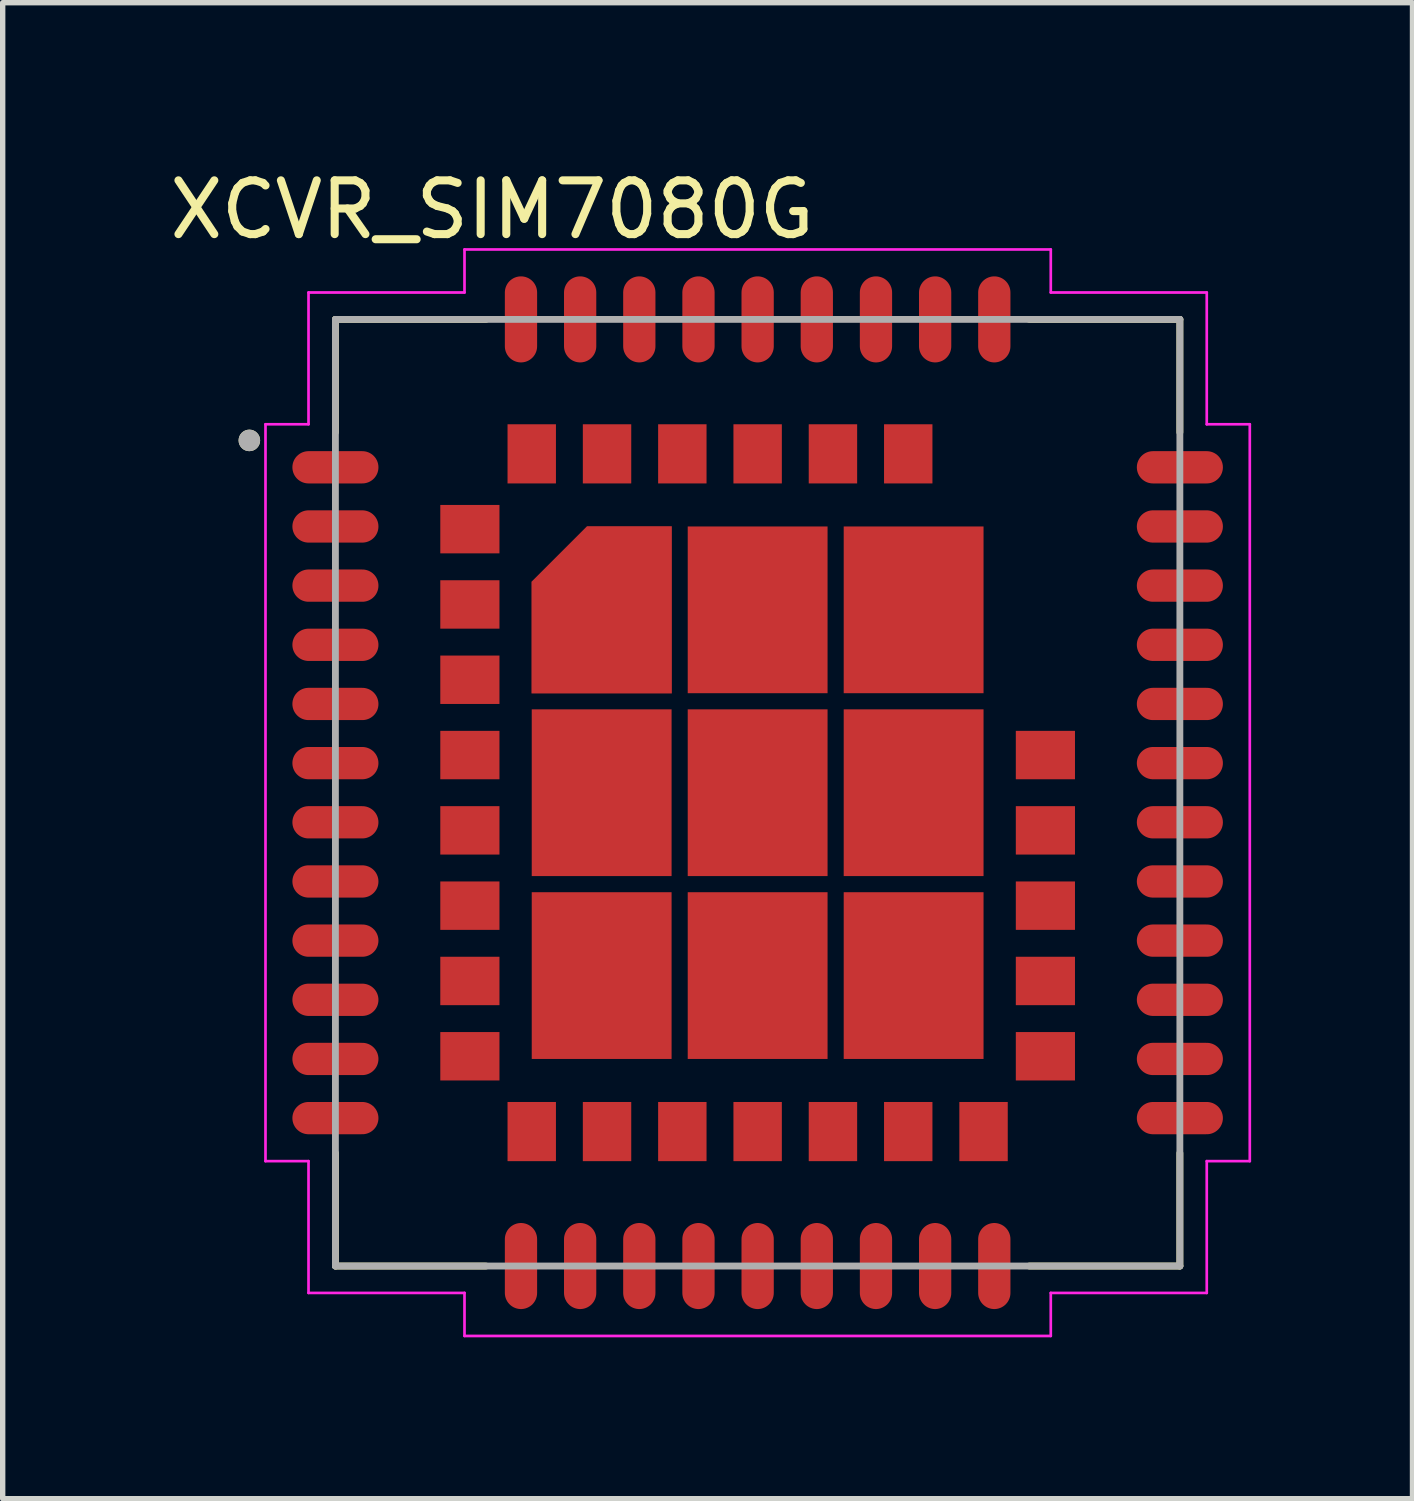
<source format=kicad_pcb>
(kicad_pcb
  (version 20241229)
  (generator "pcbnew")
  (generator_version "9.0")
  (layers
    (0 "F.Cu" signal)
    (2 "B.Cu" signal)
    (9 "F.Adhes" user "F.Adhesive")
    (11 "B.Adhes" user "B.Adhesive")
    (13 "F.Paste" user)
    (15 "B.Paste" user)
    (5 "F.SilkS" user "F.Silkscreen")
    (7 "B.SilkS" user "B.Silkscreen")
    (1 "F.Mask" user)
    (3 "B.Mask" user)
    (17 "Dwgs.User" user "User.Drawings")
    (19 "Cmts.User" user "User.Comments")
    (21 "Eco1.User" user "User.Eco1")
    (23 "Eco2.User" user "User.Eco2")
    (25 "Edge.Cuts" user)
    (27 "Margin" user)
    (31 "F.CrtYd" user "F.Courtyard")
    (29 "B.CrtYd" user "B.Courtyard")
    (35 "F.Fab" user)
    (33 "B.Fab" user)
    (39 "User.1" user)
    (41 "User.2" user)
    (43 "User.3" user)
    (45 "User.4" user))
  (footprint "XCVR_SIM7080G"
    (layer "F.Cu")
    (at 11.036 11.688)
    (property "Reference" "XCVR_SIM7080G" (at -4.935 -10.84 0) (layer "F.SilkS") (effects (font (size 1 1) (thickness 0.15))))
    (attr smd)
    (fp_poly (pts (xy -1.5 -1.75) (xy -4.3 -1.75) (xy -4.3 -4.02) (xy -3.27 -5.05) (xy -1.5 -5.05)) (stroke (width 0.01) (type solid)) (fill yes) (layer "F.Mask"))
    (fp_line (start -7.85 -8.8) (end -5.05 -8.8) (stroke (width 0.127) (type solid)) (layer "F.SilkS"))
    (fp_line (start -7.85 -6.7) (end -7.85 -8.8) (stroke (width 0.127) (type solid)) (layer "F.SilkS"))
    (fp_line (start -7.85 8.8) (end -7.85 6.7) (stroke (width 0.127) (type solid)) (layer "F.SilkS"))
    (fp_line (start -5.05 8.8) (end -7.85 8.8) (stroke (width 0.127) (type solid)) (layer "F.SilkS"))
    (fp_line (start 5.05 -8.8) (end 7.85 -8.8) (stroke (width 0.127) (type solid)) (layer "F.SilkS"))
    (fp_line (start 5.05 8.8) (end 7.85 8.8) (stroke (width 0.127) (type solid)) (layer "F.SilkS"))
    (fp_line (start 7.85 -8.8) (end 7.85 -6.7) (stroke (width 0.127) (type solid)) (layer "F.SilkS"))
    (fp_line (start 7.85 8.8) (end 7.85 6.7) (stroke (width 0.127) (type solid)) (layer "F.SilkS"))
    (fp_circle (center -9.45 -6.55) (end -9.35 -6.55) (stroke (width 0.2) (type solid)) (fill no) (layer "F.SilkS"))
    (fp_poly (pts (xy -5.83 -5.25) (xy -5.4 -5.25) (xy -5.4 -4.95) (xy -5.83 -4.95)) (stroke (width 0.01) (type solid)) (fill yes) (layer "F.Paste"))
    (fp_poly (pts (xy -5.83 -4.85) (xy -5.4 -4.85) (xy -5.4 -4.55) (xy -5.83 -4.55)) (stroke (width 0.01) (type solid)) (fill yes) (layer "F.Paste"))
    (fp_poly (pts (xy -5.83 -3.85) (xy -5.4 -3.85) (xy -5.4 -3.55) (xy -5.83 -3.55)) (stroke (width 0.01) (type solid)) (fill yes) (layer "F.Paste"))
    (fp_poly (pts (xy -5.83 -3.45) (xy -5.4 -3.45) (xy -5.4 -3.15) (xy -5.83 -3.15)) (stroke (width 0.01) (type solid)) (fill yes) (layer "F.Paste"))
    (fp_poly (pts (xy -5.83 -2.45) (xy -5.4 -2.45) (xy -5.4 -2.15) (xy -5.83 -2.15)) (stroke (width 0.01) (type solid)) (fill yes) (layer "F.Paste"))
    (fp_poly (pts (xy -5.83 -2.05) (xy -5.4 -2.05) (xy -5.4 -1.75) (xy -5.83 -1.75)) (stroke (width 0.01) (type solid)) (fill yes) (layer "F.Paste"))
    (fp_poly (pts (xy -5.83 -1.05) (xy -5.4 -1.05) (xy -5.4 -0.75) (xy -5.83 -0.75)) (stroke (width 0.01) (type solid)) (fill yes) (layer "F.Paste"))
    (fp_poly (pts (xy -5.83 -0.65) (xy -5.4 -0.65) (xy -5.4 -0.35) (xy -5.83 -0.35)) (stroke (width 0.01) (type solid)) (fill yes) (layer "F.Paste"))
    (fp_poly (pts (xy -5.83 0.35) (xy -5.4 0.35) (xy -5.4 0.65) (xy -5.83 0.65)) (stroke (width 0.01) (type solid)) (fill yes) (layer "F.Paste"))
    (fp_poly (pts (xy -5.83 0.75) (xy -5.4 0.75) (xy -5.4 1.05) (xy -5.83 1.05)) (stroke (width 0.01) (type solid)) (fill yes) (layer "F.Paste"))
    (fp_poly (pts (xy -5.83 1.75) (xy -5.4 1.75) (xy -5.4 2.05) (xy -5.83 2.05)) (stroke (width 0.01) (type solid)) (fill yes) (layer "F.Paste"))
    (fp_poly (pts (xy -5.83 2.15) (xy -5.4 2.15) (xy -5.4 2.45) (xy -5.83 2.45)) (stroke (width 0.01) (type solid)) (fill yes) (layer "F.Paste"))
    (fp_poly (pts (xy -5.83 3.15) (xy -5.4 3.15) (xy -5.4 3.45) (xy -5.83 3.45)) (stroke (width 0.01) (type solid)) (fill yes) (layer "F.Paste"))
    (fp_poly (pts (xy -5.83 3.55) (xy -5.4 3.55) (xy -5.4 3.85) (xy -5.83 3.85)) (stroke (width 0.01) (type solid)) (fill yes) (layer "F.Paste"))
    (fp_poly (pts (xy -5.83 4.55) (xy -5.4 4.55) (xy -5.4 4.85) (xy -5.83 4.85)) (stroke (width 0.01) (type solid)) (fill yes) (layer "F.Paste"))
    (fp_poly (pts (xy -5.83 4.95) (xy -5.4 4.95) (xy -5.4 5.25) (xy -5.83 5.25)) (stroke (width 0.01) (type solid)) (fill yes) (layer "F.Paste"))
    (fp_poly (pts (xy -5.3 -5.25) (xy -4.87 -5.25) (xy -4.87 -4.95) (xy -5.3 -4.95)) (stroke (width 0.01) (type solid)) (fill yes) (layer "F.Paste"))
    (fp_poly (pts (xy -5.3 -4.85) (xy -4.87 -4.85) (xy -4.87 -4.55) (xy -5.3 -4.55)) (stroke (width 0.01) (type solid)) (fill yes) (layer "F.Paste"))
    (fp_poly (pts (xy -5.3 -3.85) (xy -4.87 -3.85) (xy -4.87 -3.55) (xy -5.3 -3.55)) (stroke (width 0.01) (type solid)) (fill yes) (layer "F.Paste"))
    (fp_poly (pts (xy -5.3 -3.45) (xy -4.87 -3.45) (xy -4.87 -3.15) (xy -5.3 -3.15)) (stroke (width 0.01) (type solid)) (fill yes) (layer "F.Paste"))
    (fp_poly (pts (xy -5.3 -2.45) (xy -4.87 -2.45) (xy -4.87 -2.15) (xy -5.3 -2.15)) (stroke (width 0.01) (type solid)) (fill yes) (layer "F.Paste"))
    (fp_poly (pts (xy -5.3 -2.05) (xy -4.87 -2.05) (xy -4.87 -1.75) (xy -5.3 -1.75)) (stroke (width 0.01) (type solid)) (fill yes) (layer "F.Paste"))
    (fp_poly (pts (xy -5.3 -1.05) (xy -4.87 -1.05) (xy -4.87 -0.75) (xy -5.3 -0.75)) (stroke (width 0.01) (type solid)) (fill yes) (layer "F.Paste"))
    (fp_poly (pts (xy -5.3 -0.65) (xy -4.87 -0.65) (xy -4.87 -0.35) (xy -5.3 -0.35)) (stroke (width 0.01) (type solid)) (fill yes) (layer "F.Paste"))
    (fp_poly (pts (xy -5.3 0.35) (xy -4.87 0.35) (xy -4.87 0.65) (xy -5.3 0.65)) (stroke (width 0.01) (type solid)) (fill yes) (layer "F.Paste"))
    (fp_poly (pts (xy -5.3 0.75) (xy -4.87 0.75) (xy -4.87 1.05) (xy -5.3 1.05)) (stroke (width 0.01) (type solid)) (fill yes) (layer "F.Paste"))
    (fp_poly (pts (xy -5.3 1.75) (xy -4.87 1.75) (xy -4.87 2.05) (xy -5.3 2.05)) (stroke (width 0.01) (type solid)) (fill yes) (layer "F.Paste"))
    (fp_poly (pts (xy -5.3 2.15) (xy -4.87 2.15) (xy -4.87 2.45) (xy -5.3 2.45)) (stroke (width 0.01) (type solid)) (fill yes) (layer "F.Paste"))
    (fp_poly (pts (xy -5.3 3.15) (xy -4.87 3.15) (xy -4.87 3.45) (xy -5.3 3.45)) (stroke (width 0.01) (type solid)) (fill yes) (layer "F.Paste"))
    (fp_poly (pts (xy -5.3 3.55) (xy -4.87 3.55) (xy -4.87 3.85) (xy -5.3 3.85)) (stroke (width 0.01) (type solid)) (fill yes) (layer "F.Paste"))
    (fp_poly (pts (xy -5.3 4.55) (xy -4.87 4.55) (xy -4.87 4.85) (xy -5.3 4.85)) (stroke (width 0.01) (type solid)) (fill yes) (layer "F.Paste"))
    (fp_poly (pts (xy -5.3 4.95) (xy -4.87 4.95) (xy -4.87 5.25) (xy -5.3 5.25)) (stroke (width 0.01) (type solid)) (fill yes) (layer "F.Paste"))
    (fp_poly (pts (xy -4.55 -6.78) (xy -4.25 -6.78) (xy -4.25 -6.35) (xy -4.55 -6.35)) (stroke (width 0.01) (type solid)) (fill yes) (layer "F.Paste"))
    (fp_poly (pts (xy -4.55 -6.25) (xy -4.25 -6.25) (xy -4.25 -5.82) (xy -4.55 -5.82)) (stroke (width 0.01) (type solid)) (fill yes) (layer "F.Paste"))
    (fp_poly (pts (xy -4.55 5.82) (xy -4.25 5.82) (xy -4.25 6.25) (xy -4.55 6.25)) (stroke (width 0.01) (type solid)) (fill yes) (layer "F.Paste"))
    (fp_poly (pts (xy -4.55 6.35) (xy -4.25 6.35) (xy -4.25 6.78) (xy -4.55 6.78)) (stroke (width 0.01) (type solid)) (fill yes) (layer "F.Paste"))
    (fp_poly (pts (xy -4.15 -6.78) (xy -3.85 -6.78) (xy -3.85 -6.35) (xy -4.15 -6.35)) (stroke (width 0.01) (type solid)) (fill yes) (layer "F.Paste"))
    (fp_poly (pts (xy -4.15 -6.25) (xy -3.85 -6.25) (xy -3.85 -5.82) (xy -4.15 -5.82)) (stroke (width 0.01) (type solid)) (fill yes) (layer "F.Paste"))
    (fp_poly (pts (xy -4.15 5.82) (xy -3.85 5.82) (xy -3.85 6.25) (xy -4.15 6.25)) (stroke (width 0.01) (type solid)) (fill yes) (layer "F.Paste"))
    (fp_poly (pts (xy -4.15 6.35) (xy -3.85 6.35) (xy -3.85 6.78) (xy -4.15 6.78)) (stroke (width 0.01) (type solid)) (fill yes) (layer "F.Paste"))
    (fp_poly (pts (xy -3.9 -3.1) (xy -3.2 -3.1) (xy -3.2 -2.15) (xy -3.9 -2.15)) (stroke (width 0.01) (type solid)) (fill yes) (layer "F.Paste"))
    (fp_poly (pts (xy -3.9 -1.25) (xy -3.2 -1.25) (xy -3.2 -0.3) (xy -3.9 -0.3)) (stroke (width 0.01) (type solid)) (fill yes) (layer "F.Paste"))
    (fp_poly (pts (xy -3.9 0.3) (xy -3.2 0.3) (xy -3.2 1.25) (xy -3.9 1.25)) (stroke (width 0.01) (type solid)) (fill yes) (layer "F.Paste"))
    (fp_poly (pts (xy -3.9 2.15) (xy -3.2 2.15) (xy -3.2 3.1) (xy -3.9 3.1)) (stroke (width 0.01) (type solid)) (fill yes) (layer "F.Paste"))
    (fp_poly (pts (xy -3.9 3.7) (xy -3.2 3.7) (xy -3.2 4.65) (xy -3.9 4.65)) (stroke (width 0.01) (type solid)) (fill yes) (layer "F.Paste"))
    (fp_poly (pts (xy -3.2 -3.7) (xy -3.2 -4.63) (xy -3.9 -3.93) (xy -3.9 -3.7)) (stroke (width 0.01) (type solid)) (fill yes) (layer "F.Paste"))
    (fp_poly (pts (xy -3.15 -6.78) (xy -2.85 -6.78) (xy -2.85 -6.35) (xy -3.15 -6.35)) (stroke (width 0.01) (type solid)) (fill yes) (layer "F.Paste"))
    (fp_poly (pts (xy -3.15 -6.25) (xy -2.85 -6.25) (xy -2.85 -5.82) (xy -3.15 -5.82)) (stroke (width 0.01) (type solid)) (fill yes) (layer "F.Paste"))
    (fp_poly (pts (xy -3.15 5.82) (xy -2.85 5.82) (xy -2.85 6.25) (xy -3.15 6.25)) (stroke (width 0.01) (type solid)) (fill yes) (layer "F.Paste"))
    (fp_poly (pts (xy -3.15 6.35) (xy -2.85 6.35) (xy -2.85 6.78) (xy -3.15 6.78)) (stroke (width 0.01) (type solid)) (fill yes) (layer "F.Paste"))
    (fp_poly (pts (xy -2.75 -6.78) (xy -2.45 -6.78) (xy -2.45 -6.35) (xy -2.75 -6.35)) (stroke (width 0.01) (type solid)) (fill yes) (layer "F.Paste"))
    (fp_poly (pts (xy -2.75 -6.25) (xy -2.45 -6.25) (xy -2.45 -5.82) (xy -2.75 -5.82)) (stroke (width 0.01) (type solid)) (fill yes) (layer "F.Paste"))
    (fp_poly (pts (xy -2.75 5.82) (xy -2.45 5.82) (xy -2.45 6.25) (xy -2.75 6.25)) (stroke (width 0.01) (type solid)) (fill yes) (layer "F.Paste"))
    (fp_poly (pts (xy -2.75 6.35) (xy -2.45 6.35) (xy -2.45 6.78) (xy -2.75 6.78)) (stroke (width 0.01) (type solid)) (fill yes) (layer "F.Paste"))
    (fp_poly (pts (xy -2.6 -4.65) (xy -1.9 -4.65) (xy -1.9 -3.7) (xy -2.6 -3.7)) (stroke (width 0.01) (type solid)) (fill yes) (layer "F.Paste"))
    (fp_poly (pts (xy -2.6 -3.1) (xy -1.9 -3.1) (xy -1.9 -2.15) (xy -2.6 -2.15)) (stroke (width 0.01) (type solid)) (fill yes) (layer "F.Paste"))
    (fp_poly (pts (xy -2.6 -1.25) (xy -1.9 -1.25) (xy -1.9 -0.3) (xy -2.6 -0.3)) (stroke (width 0.01) (type solid)) (fill yes) (layer "F.Paste"))
    (fp_poly (pts (xy -2.6 0.3) (xy -1.9 0.3) (xy -1.9 1.25) (xy -2.6 1.25)) (stroke (width 0.01) (type solid)) (fill yes) (layer "F.Paste"))
    (fp_poly (pts (xy -2.6 2.15) (xy -1.9 2.15) (xy -1.9 3.1) (xy -2.6 3.1)) (stroke (width 0.01) (type solid)) (fill yes) (layer "F.Paste"))
    (fp_poly (pts (xy -2.6 3.7) (xy -1.9 3.7) (xy -1.9 4.65) (xy -2.6 4.65)) (stroke (width 0.01) (type solid)) (fill yes) (layer "F.Paste"))
    (fp_poly (pts (xy -1.75 -6.78) (xy -1.45 -6.78) (xy -1.45 -6.35) (xy -1.75 -6.35)) (stroke (width 0.01) (type solid)) (fill yes) (layer "F.Paste"))
    (fp_poly (pts (xy -1.75 -6.25) (xy -1.45 -6.25) (xy -1.45 -5.82) (xy -1.75 -5.82)) (stroke (width 0.01) (type solid)) (fill yes) (layer "F.Paste"))
    (fp_poly (pts (xy -1.75 5.82) (xy -1.45 5.82) (xy -1.45 6.25) (xy -1.75 6.25)) (stroke (width 0.01) (type solid)) (fill yes) (layer "F.Paste"))
    (fp_poly (pts (xy -1.75 6.35) (xy -1.45 6.35) (xy -1.45 6.78) (xy -1.75 6.78)) (stroke (width 0.01) (type solid)) (fill yes) (layer "F.Paste"))
    (fp_poly (pts (xy -1.35 -6.78) (xy -1.05 -6.78) (xy -1.05 -6.35) (xy -1.35 -6.35)) (stroke (width 0.01) (type solid)) (fill yes) (layer "F.Paste"))
    (fp_poly (pts (xy -1.35 -6.25) (xy -1.05 -6.25) (xy -1.05 -5.82) (xy -1.35 -5.82)) (stroke (width 0.01) (type solid)) (fill yes) (layer "F.Paste"))
    (fp_poly (pts (xy -1.35 5.82) (xy -1.05 5.82) (xy -1.05 6.25) (xy -1.35 6.25)) (stroke (width 0.01) (type solid)) (fill yes) (layer "F.Paste"))
    (fp_poly (pts (xy -1.35 6.35) (xy -1.05 6.35) (xy -1.05 6.78) (xy -1.35 6.78)) (stroke (width 0.01) (type solid)) (fill yes) (layer "F.Paste"))
    (fp_poly (pts (xy -1 -4.65) (xy -0.3 -4.65) (xy -0.3 -3.7) (xy -1 -3.7)) (stroke (width 0.01) (type solid)) (fill yes) (layer "F.Paste"))
    (fp_poly (pts (xy -1 -3.1) (xy -0.3 -3.1) (xy -0.3 -2.15) (xy -1 -2.15)) (stroke (width 0.01) (type solid)) (fill yes) (layer "F.Paste"))
    (fp_poly (pts (xy -1 -1.25) (xy -0.3 -1.25) (xy -0.3 -0.3) (xy -1 -0.3)) (stroke (width 0.01) (type solid)) (fill yes) (layer "F.Paste"))
    (fp_poly (pts (xy -1 0.3) (xy -0.3 0.3) (xy -0.3 1.25) (xy -1 1.25)) (stroke (width 0.01) (type solid)) (fill yes) (layer "F.Paste"))
    (fp_poly (pts (xy -1 2.15) (xy -0.3 2.15) (xy -0.3 3.1) (xy -1 3.1)) (stroke (width 0.01) (type solid)) (fill yes) (layer "F.Paste"))
    (fp_poly (pts (xy -1 3.7) (xy -0.3 3.7) (xy -0.3 4.65) (xy -1 4.65)) (stroke (width 0.01) (type solid)) (fill yes) (layer "F.Paste"))
    (fp_poly (pts (xy -0.35 -6.78) (xy -0.05 -6.78) (xy -0.05 -6.35) (xy -0.35 -6.35)) (stroke (width 0.01) (type solid)) (fill yes) (layer "F.Paste"))
    (fp_poly (pts (xy -0.35 -6.25) (xy -0.05 -6.25) (xy -0.05 -5.82) (xy -0.35 -5.82)) (stroke (width 0.01) (type solid)) (fill yes) (layer "F.Paste"))
    (fp_poly (pts (xy -0.35 5.82) (xy -0.05 5.82) (xy -0.05 6.25) (xy -0.35 6.25)) (stroke (width 0.01) (type solid)) (fill yes) (layer "F.Paste"))
    (fp_poly (pts (xy -0.35 6.35) (xy -0.05 6.35) (xy -0.05 6.78) (xy -0.35 6.78)) (stroke (width 0.01) (type solid)) (fill yes) (layer "F.Paste"))
    (fp_poly (pts (xy 0.05 -6.78) (xy 0.35 -6.78) (xy 0.35 -6.35) (xy 0.05 -6.35)) (stroke (width 0.01) (type solid)) (fill yes) (layer "F.Paste"))
    (fp_poly (pts (xy 0.05 -6.25) (xy 0.35 -6.25) (xy 0.35 -5.82) (xy 0.05 -5.82)) (stroke (width 0.01) (type solid)) (fill yes) (layer "F.Paste"))
    (fp_poly (pts (xy 0.05 5.82) (xy 0.35 5.82) (xy 0.35 6.25) (xy 0.05 6.25)) (stroke (width 0.01) (type solid)) (fill yes) (layer "F.Paste"))
    (fp_poly (pts (xy 0.05 6.35) (xy 0.35 6.35) (xy 0.35 6.78) (xy 0.05 6.78)) (stroke (width 0.01) (type solid)) (fill yes) (layer "F.Paste"))
    (fp_poly (pts (xy 0.3 -4.65) (xy 1 -4.65) (xy 1 -3.7) (xy 0.3 -3.7)) (stroke (width 0.01) (type solid)) (fill yes) (layer "F.Paste"))
    (fp_poly (pts (xy 0.3 -3.1) (xy 1 -3.1) (xy 1 -2.15) (xy 0.3 -2.15)) (stroke (width 0.01) (type solid)) (fill yes) (layer "F.Paste"))
    (fp_poly (pts (xy 0.3 -1.25) (xy 1 -1.25) (xy 1 -0.3) (xy 0.3 -0.3)) (stroke (width 0.01) (type solid)) (fill yes) (layer "F.Paste"))
    (fp_poly (pts (xy 0.3 0.3) (xy 1 0.3) (xy 1 1.25) (xy 0.3 1.25)) (stroke (width 0.01) (type solid)) (fill yes) (layer "F.Paste"))
    (fp_poly (pts (xy 0.3 2.15) (xy 1 2.15) (xy 1 3.1) (xy 0.3 3.1)) (stroke (width 0.01) (type solid)) (fill yes) (layer "F.Paste"))
    (fp_poly (pts (xy 0.3 3.7) (xy 1 3.7) (xy 1 4.65) (xy 0.3 4.65)) (stroke (width 0.01) (type solid)) (fill yes) (layer "F.Paste"))
    (fp_poly (pts (xy 1.05 -6.78) (xy 1.35 -6.78) (xy 1.35 -6.35) (xy 1.05 -6.35)) (stroke (width 0.01) (type solid)) (fill yes) (layer "F.Paste"))
    (fp_poly (pts (xy 1.05 -6.25) (xy 1.35 -6.25) (xy 1.35 -5.82) (xy 1.05 -5.82)) (stroke (width 0.01) (type solid)) (fill yes) (layer "F.Paste"))
    (fp_poly (pts (xy 1.05 5.82) (xy 1.35 5.82) (xy 1.35 6.25) (xy 1.05 6.25)) (stroke (width 0.01) (type solid)) (fill yes) (layer "F.Paste"))
    (fp_poly (pts (xy 1.05 6.35) (xy 1.35 6.35) (xy 1.35 6.78) (xy 1.05 6.78)) (stroke (width 0.01) (type solid)) (fill yes) (layer "F.Paste"))
    (fp_poly (pts (xy 1.45 -6.78) (xy 1.75 -6.78) (xy 1.75 -6.35) (xy 1.45 -6.35)) (stroke (width 0.01) (type solid)) (fill yes) (layer "F.Paste"))
    (fp_poly (pts (xy 1.45 -6.25) (xy 1.75 -6.25) (xy 1.75 -5.82) (xy 1.45 -5.82)) (stroke (width 0.01) (type solid)) (fill yes) (layer "F.Paste"))
    (fp_poly (pts (xy 1.45 5.82) (xy 1.75 5.82) (xy 1.75 6.25) (xy 1.45 6.25)) (stroke (width 0.01) (type solid)) (fill yes) (layer "F.Paste"))
    (fp_poly (pts (xy 1.45 6.35) (xy 1.75 6.35) (xy 1.75 6.78) (xy 1.45 6.78)) (stroke (width 0.01) (type solid)) (fill yes) (layer "F.Paste"))
    (fp_poly (pts (xy 1.9 -4.65) (xy 2.6 -4.65) (xy 2.6 -3.7) (xy 1.9 -3.7)) (stroke (width 0.01) (type solid)) (fill yes) (layer "F.Paste"))
    (fp_poly (pts (xy 1.9 -3.1) (xy 2.6 -3.1) (xy 2.6 -2.15) (xy 1.9 -2.15)) (stroke (width 0.01) (type solid)) (fill yes) (layer "F.Paste"))
    (fp_poly (pts (xy 1.9 -1.25) (xy 2.6 -1.25) (xy 2.6 -0.3) (xy 1.9 -0.3)) (stroke (width 0.01) (type solid)) (fill yes) (layer "F.Paste"))
    (fp_poly (pts (xy 1.9 0.3) (xy 2.6 0.3) (xy 2.6 1.25) (xy 1.9 1.25)) (stroke (width 0.01) (type solid)) (fill yes) (layer "F.Paste"))
    (fp_poly (pts (xy 1.9 2.15) (xy 2.6 2.15) (xy 2.6 3.1) (xy 1.9 3.1)) (stroke (width 0.01) (type solid)) (fill yes) (layer "F.Paste"))
    (fp_poly (pts (xy 1.9 3.7) (xy 2.6 3.7) (xy 2.6 4.65) (xy 1.9 4.65)) (stroke (width 0.01) (type solid)) (fill yes) (layer "F.Paste"))
    (fp_poly (pts (xy 2.45 -6.78) (xy 2.75 -6.78) (xy 2.75 -6.35) (xy 2.45 -6.35)) (stroke (width 0.01) (type solid)) (fill yes) (layer "F.Paste"))
    (fp_poly (pts (xy 2.45 -6.25) (xy 2.75 -6.25) (xy 2.75 -5.82) (xy 2.45 -5.82)) (stroke (width 0.01) (type solid)) (fill yes) (layer "F.Paste"))
    (fp_poly (pts (xy 2.45 5.82) (xy 2.75 5.82) (xy 2.75 6.25) (xy 2.45 6.25)) (stroke (width 0.01) (type solid)) (fill yes) (layer "F.Paste"))
    (fp_poly (pts (xy 2.45 6.35) (xy 2.75 6.35) (xy 2.75 6.78) (xy 2.45 6.78)) (stroke (width 0.01) (type solid)) (fill yes) (layer "F.Paste"))
    (fp_poly (pts (xy 2.85 -6.78) (xy 3.15 -6.78) (xy 3.15 -6.35) (xy 2.85 -6.35)) (stroke (width 0.01) (type solid)) (fill yes) (layer "F.Paste"))
    (fp_poly (pts (xy 2.85 -6.25) (xy 3.15 -6.25) (xy 3.15 -5.82) (xy 2.85 -5.82)) (stroke (width 0.01) (type solid)) (fill yes) (layer "F.Paste"))
    (fp_poly (pts (xy 2.85 5.82) (xy 3.15 5.82) (xy 3.15 6.25) (xy 2.85 6.25)) (stroke (width 0.01) (type solid)) (fill yes) (layer "F.Paste"))
    (fp_poly (pts (xy 2.85 6.35) (xy 3.15 6.35) (xy 3.15 6.78) (xy 2.85 6.78)) (stroke (width 0.01) (type solid)) (fill yes) (layer "F.Paste"))
    (fp_poly (pts (xy 3.2 -4.65) (xy 3.9 -4.65) (xy 3.9 -3.7) (xy 3.2 -3.7)) (stroke (width 0.01) (type solid)) (fill yes) (layer "F.Paste"))
    (fp_poly (pts (xy 3.2 -3.1) (xy 3.9 -3.1) (xy 3.9 -2.15) (xy 3.2 -2.15)) (stroke (width 0.01) (type solid)) (fill yes) (layer "F.Paste"))
    (fp_poly (pts (xy 3.2 -1.25) (xy 3.9 -1.25) (xy 3.9 -0.3) (xy 3.2 -0.3)) (stroke (width 0.01) (type solid)) (fill yes) (layer "F.Paste"))
    (fp_poly (pts (xy 3.2 0.3) (xy 3.9 0.3) (xy 3.9 1.25) (xy 3.2 1.25)) (stroke (width 0.01) (type solid)) (fill yes) (layer "F.Paste"))
    (fp_poly (pts (xy 3.2 2.15) (xy 3.9 2.15) (xy 3.9 3.1) (xy 3.2 3.1)) (stroke (width 0.01) (type solid)) (fill yes) (layer "F.Paste"))
    (fp_poly (pts (xy 3.2 3.7) (xy 3.9 3.7) (xy 3.9 4.65) (xy 3.2 4.65)) (stroke (width 0.01) (type solid)) (fill yes) (layer "F.Paste"))
    (fp_poly (pts (xy 3.85 5.82) (xy 4.15 5.82) (xy 4.15 6.25) (xy 3.85 6.25)) (stroke (width 0.01) (type solid)) (fill yes) (layer "F.Paste"))
    (fp_poly (pts (xy 3.85 6.35) (xy 4.15 6.35) (xy 4.15 6.78) (xy 3.85 6.78)) (stroke (width 0.01) (type solid)) (fill yes) (layer "F.Paste"))
    (fp_poly (pts (xy 4.25 5.82) (xy 4.55 5.82) (xy 4.55 6.25) (xy 4.25 6.25)) (stroke (width 0.01) (type solid)) (fill yes) (layer "F.Paste"))
    (fp_poly (pts (xy 4.25 6.35) (xy 4.55 6.35) (xy 4.55 6.78) (xy 4.25 6.78)) (stroke (width 0.01) (type solid)) (fill yes) (layer "F.Paste"))
    (fp_poly (pts (xy 4.87 -1.05) (xy 5.3 -1.05) (xy 5.3 -0.75) (xy 4.87 -0.75)) (stroke (width 0.01) (type solid)) (fill yes) (layer "F.Paste"))
    (fp_poly (pts (xy 4.87 -0.65) (xy 5.3 -0.65) (xy 5.3 -0.35) (xy 4.87 -0.35)) (stroke (width 0.01) (type solid)) (fill yes) (layer "F.Paste"))
    (fp_poly (pts (xy 4.87 0.35) (xy 5.3 0.35) (xy 5.3 0.65) (xy 4.87 0.65)) (stroke (width 0.01) (type solid)) (fill yes) (layer "F.Paste"))
    (fp_poly (pts (xy 4.87 0.75) (xy 5.3 0.75) (xy 5.3 1.05) (xy 4.87 1.05)) (stroke (width 0.01) (type solid)) (fill yes) (layer "F.Paste"))
    (fp_poly (pts (xy 4.87 1.75) (xy 5.3 1.75) (xy 5.3 2.05) (xy 4.87 2.05)) (stroke (width 0.01) (type solid)) (fill yes) (layer "F.Paste"))
    (fp_poly (pts (xy 4.87 2.15) (xy 5.3 2.15) (xy 5.3 2.45) (xy 4.87 2.45)) (stroke (width 0.01) (type solid)) (fill yes) (layer "F.Paste"))
    (fp_poly (pts (xy 4.87 3.15) (xy 5.3 3.15) (xy 5.3 3.45) (xy 4.87 3.45)) (stroke (width 0.01) (type solid)) (fill yes) (layer "F.Paste"))
    (fp_poly (pts (xy 4.87 3.55) (xy 5.3 3.55) (xy 5.3 3.85) (xy 4.87 3.85)) (stroke (width 0.01) (type solid)) (fill yes) (layer "F.Paste"))
    (fp_poly (pts (xy 4.87 4.55) (xy 5.3 4.55) (xy 5.3 4.85) (xy 4.87 4.85)) (stroke (width 0.01) (type solid)) (fill yes) (layer "F.Paste"))
    (fp_poly (pts (xy 4.87 4.95) (xy 5.3 4.95) (xy 5.3 5.25) (xy 4.87 5.25)) (stroke (width 0.01) (type solid)) (fill yes) (layer "F.Paste"))
    (fp_poly (pts (xy 5.4 -1.05) (xy 5.83 -1.05) (xy 5.83 -0.75) (xy 5.4 -0.75)) (stroke (width 0.01) (type solid)) (fill yes) (layer "F.Paste"))
    (fp_poly (pts (xy 5.4 -0.65) (xy 5.83 -0.65) (xy 5.83 -0.35) (xy 5.4 -0.35)) (stroke (width 0.01) (type solid)) (fill yes) (layer "F.Paste"))
    (fp_poly (pts (xy 5.4 0.35) (xy 5.83 0.35) (xy 5.83 0.65) (xy 5.4 0.65)) (stroke (width 0.01) (type solid)) (fill yes) (layer "F.Paste"))
    (fp_poly (pts (xy 5.4 0.75) (xy 5.83 0.75) (xy 5.83 1.05) (xy 5.4 1.05)) (stroke (width 0.01) (type solid)) (fill yes) (layer "F.Paste"))
    (fp_poly (pts (xy 5.4 1.75) (xy 5.83 1.75) (xy 5.83 2.05) (xy 5.4 2.05)) (stroke (width 0.01) (type solid)) (fill yes) (layer "F.Paste"))
    (fp_poly (pts (xy 5.4 2.15) (xy 5.83 2.15) (xy 5.83 2.45) (xy 5.4 2.45)) (stroke (width 0.01) (type solid)) (fill yes) (layer "F.Paste"))
    (fp_poly (pts (xy 5.4 3.15) (xy 5.83 3.15) (xy 5.83 3.45) (xy 5.4 3.45)) (stroke (width 0.01) (type solid)) (fill yes) (layer "F.Paste"))
    (fp_poly (pts (xy 5.4 3.55) (xy 5.83 3.55) (xy 5.83 3.85) (xy 5.4 3.85)) (stroke (width 0.01) (type solid)) (fill yes) (layer "F.Paste"))
    (fp_poly (pts (xy 5.4 4.55) (xy 5.83 4.55) (xy 5.83 4.85) (xy 5.4 4.85)) (stroke (width 0.01) (type solid)) (fill yes) (layer "F.Paste"))
    (fp_poly (pts (xy 5.4 4.95) (xy 5.83 4.95) (xy 5.83 5.25) (xy 5.4 5.25)) (stroke (width 0.01) (type solid)) (fill yes) (layer "F.Paste"))
    (fp_poly (pts (xy -8.575 -6.325) (xy -7.325 -6.325) (xy -7.311 -6.325) (xy -7.296 -6.323) (xy -7.282 -6.322) (xy -7.268 -6.319) (xy -7.254 -6.316) (xy -7.24 -6.312) (xy -7.226 -6.307) (xy -7.213 -6.301) (xy -7.2 -6.295) (xy -7.188 -6.288) (xy -7.175 -6.281) (xy -7.163 -6.272) (xy -7.152 -6.264) (xy -7.141 -6.254) (xy -7.131 -6.244) (xy -7.121 -6.234) (xy -7.111 -6.223) (xy -7.103 -6.212) (xy -7.094 -6.2) (xy -7.087 -6.188) (xy -7.08 -6.175) (xy -7.074 -6.162) (xy -7.068 -6.149) (xy -7.063 -6.135) (xy -7.059 -6.121) (xy -7.056 -6.107) (xy -7.053 -6.093) (xy -7.052 -6.079) (xy -7.05 -6.064) (xy -7.05 -6.05) (xy -7.05 -6.036) (xy -7.052 -6.021) (xy -7.053 -6.007) (xy -7.056 -5.993) (xy -7.059 -5.979) (xy -7.063 -5.965) (xy -7.068 -5.951) (xy -7.074 -5.938) (xy -7.08 -5.925) (xy -7.087 -5.912) (xy -7.094 -5.9) (xy -7.103 -5.888) (xy -7.111 -5.877) (xy -7.121 -5.866) (xy -7.131 -5.856) (xy -7.141 -5.846) (xy -7.152 -5.836) (xy -7.163 -5.828) (xy -7.175 -5.819) (xy -7.188 -5.812) (xy -7.2 -5.805) (xy -7.213 -5.799) (xy -7.226 -5.793) (xy -7.24 -5.788) (xy -7.254 -5.784) (xy -7.268 -5.781) (xy -7.282 -5.778) (xy -7.296 -5.777) (xy -7.311 -5.775) (xy -7.325 -5.775) (xy -8.575 -5.775) (xy -8.589 -5.775) (xy -8.604 -5.777) (xy -8.618 -5.778) (xy -8.632 -5.781) (xy -8.646 -5.784) (xy -8.66 -5.788) (xy -8.674 -5.793) (xy -8.687 -5.799) (xy -8.7 -5.805) (xy -8.712 -5.812) (xy -8.725 -5.819) (xy -8.737 -5.828) (xy -8.748 -5.836) (xy -8.759 -5.846) (xy -8.769 -5.856) (xy -8.779 -5.866) (xy -8.789 -5.877) (xy -8.797 -5.888) (xy -8.806 -5.9) (xy -8.813 -5.912) (xy -8.82 -5.925) (xy -8.826 -5.938) (xy -8.832 -5.951) (xy -8.837 -5.965) (xy -8.841 -5.979) (xy -8.844 -5.993) (xy -8.847 -6.007) (xy -8.848 -6.021) (xy -8.85 -6.036) (xy -8.85 -6.05) (xy -8.85 -6.064) (xy -8.848 -6.079) (xy -8.847 -6.093) (xy -8.844 -6.107) (xy -8.841 -6.121) (xy -8.837 -6.135) (xy -8.832 -6.149) (xy -8.826 -6.162) (xy -8.82 -6.175) (xy -8.813 -6.188) (xy -8.806 -6.2) (xy -8.797 -6.212) (xy -8.789 -6.223) (xy -8.779 -6.234) (xy -8.769 -6.244) (xy -8.759 -6.254) (xy -8.748 -6.264) (xy -8.737 -6.272) (xy -8.725 -6.281) (xy -8.712 -6.288) (xy -8.7 -6.295) (xy -8.687 -6.301) (xy -8.674 -6.307) (xy -8.66 -6.312) (xy -8.646 -6.316) (xy -8.632 -6.319) (xy -8.618 -6.322) (xy -8.604 -6.323) (xy -8.589 -6.325) (xy -8.575 -6.325)) (stroke (width 0.01) (type solid)) (fill yes) (layer "F.Paste"))
    (fp_poly (pts (xy -8.575 -5.225) (xy -7.325 -5.225) (xy -7.311 -5.225) (xy -7.296 -5.223) (xy -7.282 -5.222) (xy -7.268 -5.219) (xy -7.254 -5.216) (xy -7.24 -5.212) (xy -7.226 -5.207) (xy -7.213 -5.201) (xy -7.2 -5.195) (xy -7.188 -5.188) (xy -7.175 -5.181) (xy -7.163 -5.172) (xy -7.152 -5.164) (xy -7.141 -5.154) (xy -7.131 -5.144) (xy -7.121 -5.134) (xy -7.111 -5.123) (xy -7.103 -5.112) (xy -7.094 -5.1) (xy -7.087 -5.088) (xy -7.08 -5.075) (xy -7.074 -5.062) (xy -7.068 -5.049) (xy -7.063 -5.035) (xy -7.059 -5.021) (xy -7.056 -5.007) (xy -7.053 -4.993) (xy -7.052 -4.979) (xy -7.05 -4.964) (xy -7.05 -4.95) (xy -7.05 -4.936) (xy -7.052 -4.921) (xy -7.053 -4.907) (xy -7.056 -4.893) (xy -7.059 -4.879) (xy -7.063 -4.865) (xy -7.068 -4.851) (xy -7.074 -4.838) (xy -7.08 -4.825) (xy -7.087 -4.813) (xy -7.094 -4.8) (xy -7.103 -4.788) (xy -7.111 -4.777) (xy -7.121 -4.766) (xy -7.131 -4.756) (xy -7.141 -4.746) (xy -7.152 -4.736) (xy -7.163 -4.728) (xy -7.175 -4.719) (xy -7.188 -4.712) (xy -7.2 -4.705) (xy -7.213 -4.699) (xy -7.226 -4.693) (xy -7.24 -4.688) (xy -7.254 -4.684) (xy -7.268 -4.681) (xy -7.282 -4.678) (xy -7.296 -4.677) (xy -7.311 -4.675) (xy -7.325 -4.675) (xy -8.575 -4.675) (xy -8.589 -4.675) (xy -8.604 -4.677) (xy -8.618 -4.678) (xy -8.632 -4.681) (xy -8.646 -4.684) (xy -8.66 -4.688) (xy -8.674 -4.693) (xy -8.687 -4.699) (xy -8.7 -4.705) (xy -8.712 -4.712) (xy -8.725 -4.719) (xy -8.737 -4.728) (xy -8.748 -4.736) (xy -8.759 -4.746) (xy -8.769 -4.756) (xy -8.779 -4.766) (xy -8.789 -4.777) (xy -8.797 -4.788) (xy -8.806 -4.8) (xy -8.813 -4.813) (xy -8.82 -4.825) (xy -8.826 -4.838) (xy -8.832 -4.851) (xy -8.837 -4.865) (xy -8.841 -4.879) (xy -8.844 -4.893) (xy -8.847 -4.907) (xy -8.848 -4.921) (xy -8.85 -4.936) (xy -8.85 -4.95) (xy -8.85 -4.964) (xy -8.848 -4.979) (xy -8.847 -4.993) (xy -8.844 -5.007) (xy -8.841 -5.021) (xy -8.837 -5.035) (xy -8.832 -5.049) (xy -8.826 -5.062) (xy -8.82 -5.075) (xy -8.813 -5.088) (xy -8.806 -5.1) (xy -8.797 -5.112) (xy -8.789 -5.123) (xy -8.779 -5.134) (xy -8.769 -5.144) (xy -8.759 -5.154) (xy -8.748 -5.164) (xy -8.737 -5.172) (xy -8.725 -5.181) (xy -8.712 -5.188) (xy -8.7 -5.195) (xy -8.687 -5.201) (xy -8.674 -5.207) (xy -8.66 -5.212) (xy -8.646 -5.216) (xy -8.632 -5.219) (xy -8.618 -5.222) (xy -8.604 -5.223) (xy -8.589 -5.225) (xy -8.575 -5.225)) (stroke (width 0.01) (type solid)) (fill yes) (layer "F.Paste"))
    (fp_poly (pts (xy -8.575 -4.125) (xy -7.325 -4.125) (xy -7.311 -4.125) (xy -7.296 -4.123) (xy -7.282 -4.122) (xy -7.268 -4.119) (xy -7.254 -4.116) (xy -7.24 -4.112) (xy -7.226 -4.107) (xy -7.213 -4.101) (xy -7.2 -4.095) (xy -7.188 -4.088) (xy -7.175 -4.081) (xy -7.163 -4.072) (xy -7.152 -4.064) (xy -7.141 -4.054) (xy -7.131 -4.044) (xy -7.121 -4.034) (xy -7.111 -4.023) (xy -7.103 -4.012) (xy -7.094 -4) (xy -7.087 -3.987) (xy -7.08 -3.975) (xy -7.074 -3.962) (xy -7.068 -3.949) (xy -7.063 -3.935) (xy -7.059 -3.921) (xy -7.056 -3.907) (xy -7.053 -3.893) (xy -7.052 -3.879) (xy -7.05 -3.864) (xy -7.05 -3.85) (xy -7.05 -3.836) (xy -7.052 -3.821) (xy -7.053 -3.807) (xy -7.056 -3.793) (xy -7.059 -3.779) (xy -7.063 -3.765) (xy -7.068 -3.751) (xy -7.074 -3.738) (xy -7.08 -3.725) (xy -7.087 -3.713) (xy -7.094 -3.7) (xy -7.103 -3.688) (xy -7.111 -3.677) (xy -7.121 -3.666) (xy -7.131 -3.656) (xy -7.141 -3.646) (xy -7.152 -3.636) (xy -7.163 -3.628) (xy -7.175 -3.619) (xy -7.188 -3.612) (xy -7.2 -3.605) (xy -7.213 -3.599) (xy -7.226 -3.593) (xy -7.24 -3.588) (xy -7.254 -3.584) (xy -7.268 -3.581) (xy -7.282 -3.578) (xy -7.296 -3.577) (xy -7.311 -3.575) (xy -7.325 -3.575) (xy -8.575 -3.575) (xy -8.589 -3.575) (xy -8.604 -3.577) (xy -8.618 -3.578) (xy -8.632 -3.581) (xy -8.646 -3.584) (xy -8.66 -3.588) (xy -8.674 -3.593) (xy -8.687 -3.599) (xy -8.7 -3.605) (xy -8.712 -3.612) (xy -8.725 -3.619) (xy -8.737 -3.628) (xy -8.748 -3.636) (xy -8.759 -3.646) (xy -8.769 -3.656) (xy -8.779 -3.666) (xy -8.789 -3.677) (xy -8.797 -3.688) (xy -8.806 -3.7) (xy -8.813 -3.713) (xy -8.82 -3.725) (xy -8.826 -3.738) (xy -8.832 -3.751) (xy -8.837 -3.765) (xy -8.841 -3.779) (xy -8.844 -3.793) (xy -8.847 -3.807) (xy -8.848 -3.821) (xy -8.85 -3.836) (xy -8.85 -3.85) (xy -8.85 -3.864) (xy -8.848 -3.879) (xy -8.847 -3.893) (xy -8.844 -3.907) (xy -8.841 -3.921) (xy -8.837 -3.935) (xy -8.832 -3.949) (xy -8.826 -3.962) (xy -8.82 -3.975) (xy -8.813 -3.987) (xy -8.806 -4) (xy -8.797 -4.012) (xy -8.789 -4.023) (xy -8.779 -4.034) (xy -8.769 -4.044) (xy -8.759 -4.054) (xy -8.748 -4.064) (xy -8.737 -4.072) (xy -8.725 -4.081) (xy -8.712 -4.088) (xy -8.7 -4.095) (xy -8.687 -4.101) (xy -8.674 -4.107) (xy -8.66 -4.112) (xy -8.646 -4.116) (xy -8.632 -4.119) (xy -8.618 -4.122) (xy -8.604 -4.123) (xy -8.589 -4.125) (xy -8.575 -4.125)) (stroke (width 0.01) (type solid)) (fill yes) (layer "F.Paste"))
    (fp_poly (pts (xy -8.575 -3.025) (xy -7.325 -3.025) (xy -7.311 -3.025) (xy -7.296 -3.023) (xy -7.282 -3.022) (xy -7.268 -3.019) (xy -7.254 -3.016) (xy -7.24 -3.012) (xy -7.226 -3.007) (xy -7.213 -3.001) (xy -7.2 -2.995) (xy -7.188 -2.988) (xy -7.175 -2.981) (xy -7.163 -2.972) (xy -7.152 -2.964) (xy -7.141 -2.954) (xy -7.131 -2.944) (xy -7.121 -2.934) (xy -7.111 -2.923) (xy -7.103 -2.912) (xy -7.094 -2.9) (xy -7.087 -2.888) (xy -7.08 -2.875) (xy -7.074 -2.862) (xy -7.068 -2.849) (xy -7.063 -2.835) (xy -7.059 -2.821) (xy -7.056 -2.807) (xy -7.053 -2.793) (xy -7.052 -2.779) (xy -7.05 -2.764) (xy -7.05 -2.75) (xy -7.05 -2.736) (xy -7.052 -2.721) (xy -7.053 -2.707) (xy -7.056 -2.693) (xy -7.059 -2.679) (xy -7.063 -2.665) (xy -7.068 -2.651) (xy -7.074 -2.638) (xy -7.08 -2.625) (xy -7.087 -2.612) (xy -7.094 -2.6) (xy -7.103 -2.588) (xy -7.111 -2.577) (xy -7.121 -2.566) (xy -7.131 -2.556) (xy -7.141 -2.546) (xy -7.152 -2.536) (xy -7.163 -2.528) (xy -7.175 -2.519) (xy -7.188 -2.512) (xy -7.2 -2.505) (xy -7.213 -2.499) (xy -7.226 -2.493) (xy -7.24 -2.488) (xy -7.254 -2.484) (xy -7.268 -2.481) (xy -7.282 -2.478) (xy -7.296 -2.477) (xy -7.311 -2.475) (xy -7.325 -2.475) (xy -8.575 -2.475) (xy -8.589 -2.475) (xy -8.604 -2.477) (xy -8.618 -2.478) (xy -8.632 -2.481) (xy -8.646 -2.484) (xy -8.66 -2.488) (xy -8.674 -2.493) (xy -8.687 -2.499) (xy -8.7 -2.505) (xy -8.713 -2.512) (xy -8.725 -2.519) (xy -8.737 -2.528) (xy -8.748 -2.536) (xy -8.759 -2.546) (xy -8.769 -2.556) (xy -8.779 -2.566) (xy -8.789 -2.577) (xy -8.797 -2.588) (xy -8.806 -2.6) (xy -8.813 -2.612) (xy -8.82 -2.625) (xy -8.826 -2.638) (xy -8.832 -2.651) (xy -8.837 -2.665) (xy -8.841 -2.679) (xy -8.844 -2.693) (xy -8.847 -2.707) (xy -8.848 -2.721) (xy -8.85 -2.736) (xy -8.85 -2.75) (xy -8.85 -2.764) (xy -8.848 -2.779) (xy -8.847 -2.793) (xy -8.844 -2.807) (xy -8.841 -2.821) (xy -8.837 -2.835) (xy -8.832 -2.849) (xy -8.826 -2.862) (xy -8.82 -2.875) (xy -8.813 -2.888) (xy -8.806 -2.9) (xy -8.797 -2.912) (xy -8.789 -2.923) (xy -8.779 -2.934) (xy -8.769 -2.944) (xy -8.759 -2.954) (xy -8.748 -2.964) (xy -8.737 -2.972) (xy -8.725 -2.981) (xy -8.712 -2.988) (xy -8.7 -2.995) (xy -8.687 -3.001) (xy -8.674 -3.007) (xy -8.66 -3.012) (xy -8.646 -3.016) (xy -8.632 -3.019) (xy -8.618 -3.022) (xy -8.604 -3.023) (xy -8.589 -3.025) (xy -8.575 -3.025)) (stroke (width 0.01) (type solid)) (fill yes) (layer "F.Paste"))
    (fp_poly (pts (xy -8.575 -1.925) (xy -7.325 -1.925) (xy -7.311 -1.925) (xy -7.296 -1.923) (xy -7.282 -1.922) (xy -7.268 -1.919) (xy -7.254 -1.916) (xy -7.24 -1.912) (xy -7.226 -1.907) (xy -7.213 -1.901) (xy -7.2 -1.895) (xy -7.188 -1.888) (xy -7.175 -1.881) (xy -7.163 -1.872) (xy -7.152 -1.864) (xy -7.141 -1.854) (xy -7.131 -1.844) (xy -7.121 -1.834) (xy -7.111 -1.823) (xy -7.103 -1.812) (xy -7.094 -1.8) (xy -7.087 -1.788) (xy -7.08 -1.775) (xy -7.074 -1.762) (xy -7.068 -1.749) (xy -7.063 -1.735) (xy -7.059 -1.721) (xy -7.056 -1.707) (xy -7.053 -1.693) (xy -7.052 -1.679) (xy -7.05 -1.664) (xy -7.05 -1.65) (xy -7.05 -1.636) (xy -7.052 -1.621) (xy -7.053 -1.607) (xy -7.056 -1.593) (xy -7.059 -1.579) (xy -7.063 -1.565) (xy -7.068 -1.551) (xy -7.074 -1.538) (xy -7.08 -1.525) (xy -7.087 -1.513) (xy -7.094 -1.5) (xy -7.103 -1.488) (xy -7.111 -1.477) (xy -7.121 -1.466) (xy -7.131 -1.456) (xy -7.141 -1.446) (xy -7.152 -1.436) (xy -7.163 -1.428) (xy -7.175 -1.419) (xy -7.188 -1.412) (xy -7.2 -1.405) (xy -7.213 -1.399) (xy -7.226 -1.393) (xy -7.24 -1.388) (xy -7.254 -1.384) (xy -7.268 -1.381) (xy -7.282 -1.378) (xy -7.296 -1.377) (xy -7.311 -1.375) (xy -7.325 -1.375) (xy -8.575 -1.375) (xy -8.589 -1.375) (xy -8.604 -1.377) (xy -8.618 -1.378) (xy -8.632 -1.381) (xy -8.646 -1.384) (xy -8.66 -1.388) (xy -8.674 -1.393) (xy -8.687 -1.399) (xy -8.7 -1.405) (xy -8.712 -1.412) (xy -8.725 -1.419) (xy -8.737 -1.428) (xy -8.748 -1.436) (xy -8.759 -1.446) (xy -8.769 -1.456) (xy -8.779 -1.466) (xy -8.789 -1.477) (xy -8.797 -1.488) (xy -8.806 -1.5) (xy -8.813 -1.513) (xy -8.82 -1.525) (xy -8.826 -1.538) (xy -8.832 -1.551) (xy -8.837 -1.565) (xy -8.841 -1.579) (xy -8.844 -1.593) (xy -8.847 -1.607) (xy -8.848 -1.621) (xy -8.85 -1.636) (xy -8.85 -1.65) (xy -8.85 -1.664) (xy -8.848 -1.679) (xy -8.847 -1.693) (xy -8.844 -1.707) (xy -8.841 -1.721) (xy -8.837 -1.735) (xy -8.832 -1.749) (xy -8.826 -1.762) (xy -8.82 -1.775) (xy -8.813 -1.788) (xy -8.806 -1.8) (xy -8.797 -1.812) (xy -8.789 -1.823) (xy -8.779 -1.834) (xy -8.769 -1.844) (xy -8.759 -1.854) (xy -8.748 -1.864) (xy -8.737 -1.872) (xy -8.725 -1.881) (xy -8.712 -1.888) (xy -8.7 -1.895) (xy -8.687 -1.901) (xy -8.674 -1.907) (xy -8.66 -1.912) (xy -8.646 -1.916) (xy -8.632 -1.919) (xy -8.618 -1.922) (xy -8.604 -1.923) (xy -8.589 -1.925) (xy -8.575 -1.925)) (stroke (width 0.01) (type solid)) (fill yes) (layer "F.Paste"))
    (fp_poly (pts (xy -8.575 -0.825) (xy -7.325 -0.825) (xy -7.311 -0.825) (xy -7.296 -0.823) (xy -7.282 -0.822) (xy -7.268 -0.819) (xy -7.254 -0.816) (xy -7.24 -0.812) (xy -7.226 -0.807) (xy -7.213 -0.801) (xy -7.2 -0.795) (xy -7.188 -0.788) (xy -7.175 -0.781) (xy -7.163 -0.772) (xy -7.152 -0.764) (xy -7.141 -0.754) (xy -7.131 -0.744) (xy -7.121 -0.734) (xy -7.111 -0.723) (xy -7.103 -0.712) (xy -7.094 -0.7) (xy -7.087 -0.687) (xy -7.08 -0.675) (xy -7.074 -0.662) (xy -7.068 -0.649) (xy -7.063 -0.635) (xy -7.059 -0.621) (xy -7.056 -0.607) (xy -7.053 -0.593) (xy -7.052 -0.579) (xy -7.05 -0.564) (xy -7.05 -0.55) (xy -7.05 -0.536) (xy -7.052 -0.521) (xy -7.053 -0.507) (xy -7.056 -0.493) (xy -7.059 -0.479) (xy -7.063 -0.465) (xy -7.068 -0.451) (xy -7.074 -0.438) (xy -7.08 -0.425) (xy -7.087 -0.413) (xy -7.094 -0.4) (xy -7.103 -0.388) (xy -7.111 -0.377) (xy -7.121 -0.366) (xy -7.131 -0.356) (xy -7.141 -0.346) (xy -7.152 -0.336) (xy -7.163 -0.328) (xy -7.175 -0.319) (xy -7.188 -0.312) (xy -7.2 -0.305) (xy -7.213 -0.299) (xy -7.226 -0.293) (xy -7.24 -0.288) (xy -7.254 -0.284) (xy -7.268 -0.281) (xy -7.282 -0.278) (xy -7.296 -0.277) (xy -7.311 -0.275) (xy -7.325 -0.275) (xy -8.575 -0.275) (xy -8.589 -0.275) (xy -8.604 -0.277) (xy -8.618 -0.278) (xy -8.632 -0.281) (xy -8.646 -0.284) (xy -8.66 -0.288) (xy -8.674 -0.293) (xy -8.687 -0.299) (xy -8.7 -0.305) (xy -8.712 -0.312) (xy -8.725 -0.319) (xy -8.737 -0.328) (xy -8.748 -0.336) (xy -8.759 -0.346) (xy -8.769 -0.356) (xy -8.779 -0.366) (xy -8.789 -0.377) (xy -8.797 -0.388) (xy -8.806 -0.4) (xy -8.813 -0.413) (xy -8.82 -0.425) (xy -8.826 -0.438) (xy -8.832 -0.451) (xy -8.837 -0.465) (xy -8.841 -0.479) (xy -8.844 -0.493) (xy -8.847 -0.507) (xy -8.848 -0.521) (xy -8.85 -0.536) (xy -8.85 -0.55) (xy -8.85 -0.564) (xy -8.848 -0.579) (xy -8.847 -0.593) (xy -8.844 -0.607) (xy -8.841 -0.621) (xy -8.837 -0.635) (xy -8.832 -0.649) (xy -8.826 -0.662) (xy -8.82 -0.675) (xy -8.813 -0.687) (xy -8.806 -0.7) (xy -8.797 -0.712) (xy -8.789 -0.723) (xy -8.779 -0.734) (xy -8.769 -0.744) (xy -8.759 -0.754) (xy -8.748 -0.764) (xy -8.737 -0.772) (xy -8.725 -0.781) (xy -8.712 -0.788) (xy -8.7 -0.795) (xy -8.687 -0.801) (xy -8.674 -0.807) (xy -8.66 -0.812) (xy -8.646 -0.816) (xy -8.632 -0.819) (xy -8.618 -0.822) (xy -8.604 -0.823) (xy -8.589 -0.825) (xy -8.575 -0.825)) (stroke (width 0.01) (type solid)) (fill yes) (layer "F.Paste"))
    (fp_poly (pts (xy -8.575 0.275) (xy -7.325 0.275) (xy -7.311 0.275) (xy -7.296 0.277) (xy -7.282 0.278) (xy -7.268 0.281) (xy -7.254 0.284) (xy -7.24 0.288) (xy -7.226 0.293) (xy -7.213 0.299) (xy -7.2 0.305) (xy -7.188 0.312) (xy -7.175 0.319) (xy -7.163 0.328) (xy -7.152 0.336) (xy -7.141 0.346) (xy -7.131 0.356) (xy -7.121 0.366) (xy -7.111 0.377) (xy -7.103 0.388) (xy -7.094 0.4) (xy -7.087 0.413) (xy -7.08 0.425) (xy -7.074 0.438) (xy -7.068 0.451) (xy -7.063 0.465) (xy -7.059 0.479) (xy -7.056 0.493) (xy -7.053 0.507) (xy -7.052 0.521) (xy -7.05 0.536) (xy -7.05 0.55) (xy -7.05 0.564) (xy -7.052 0.579) (xy -7.053 0.593) (xy -7.056 0.607) (xy -7.059 0.621) (xy -7.063 0.635) (xy -7.068 0.649) (xy -7.074 0.662) (xy -7.08 0.675) (xy -7.087 0.687) (xy -7.094 0.7) (xy -7.103 0.712) (xy -7.111 0.723) (xy -7.121 0.734) (xy -7.131 0.744) (xy -7.141 0.754) (xy -7.152 0.764) (xy -7.163 0.772) (xy -7.175 0.781) (xy -7.188 0.788) (xy -7.2 0.795) (xy -7.213 0.801) (xy -7.226 0.807) (xy -7.24 0.812) (xy -7.254 0.816) (xy -7.268 0.819) (xy -7.282 0.822) (xy -7.296 0.823) (xy -7.311 0.825) (xy -7.325 0.825) (xy -8.575 0.825) (xy -8.589 0.825) (xy -8.604 0.823) (xy -8.618 0.822) (xy -8.632 0.819) (xy -8.646 0.816) (xy -8.66 0.812) (xy -8.674 0.807) (xy -8.687 0.801) (xy -8.7 0.795) (xy -8.712 0.788) (xy -8.725 0.781) (xy -8.737 0.772) (xy -8.748 0.764) (xy -8.759 0.754) (xy -8.769 0.744) (xy -8.779 0.734) (xy -8.789 0.723) (xy -8.797 0.712) (xy -8.806 0.7) (xy -8.813 0.687) (xy -8.82 0.675) (xy -8.826 0.662) (xy -8.832 0.649) (xy -8.837 0.635) (xy -8.841 0.621) (xy -8.844 0.607) (xy -8.847 0.593) (xy -8.848 0.579) (xy -8.85 0.564) (xy -8.85 0.55) (xy -8.85 0.536) (xy -8.848 0.521) (xy -8.847 0.507) (xy -8.844 0.493) (xy -8.841 0.479) (xy -8.837 0.465) (xy -8.832 0.451) (xy -8.826 0.438) (xy -8.82 0.425) (xy -8.813 0.413) (xy -8.806 0.4) (xy -8.797 0.388) (xy -8.789 0.377) (xy -8.779 0.366) (xy -8.769 0.356) (xy -8.759 0.346) (xy -8.748 0.336) (xy -8.737 0.328) (xy -8.725 0.319) (xy -8.712 0.312) (xy -8.7 0.305) (xy -8.687 0.299) (xy -8.674 0.293) (xy -8.66 0.288) (xy -8.646 0.284) (xy -8.632 0.281) (xy -8.618 0.278) (xy -8.604 0.277) (xy -8.589 0.275) (xy -8.575 0.275)) (stroke (width 0.01) (type solid)) (fill yes) (layer "F.Paste"))
    (fp_poly (pts (xy -8.575 1.375) (xy -7.325 1.375) (xy -7.311 1.375) (xy -7.296 1.377) (xy -7.282 1.378) (xy -7.268 1.381) (xy -7.254 1.384) (xy -7.24 1.388) (xy -7.226 1.393) (xy -7.213 1.399) (xy -7.2 1.405) (xy -7.188 1.412) (xy -7.175 1.419) (xy -7.163 1.428) (xy -7.152 1.436) (xy -7.141 1.446) (xy -7.131 1.456) (xy -7.121 1.466) (xy -7.111 1.477) (xy -7.103 1.488) (xy -7.094 1.5) (xy -7.087 1.513) (xy -7.08 1.525) (xy -7.074 1.538) (xy -7.068 1.551) (xy -7.063 1.565) (xy -7.059 1.579) (xy -7.056 1.593) (xy -7.053 1.607) (xy -7.052 1.621) (xy -7.05 1.636) (xy -7.05 1.65) (xy -7.05 1.664) (xy -7.052 1.679) (xy -7.053 1.693) (xy -7.056 1.707) (xy -7.059 1.721) (xy -7.063 1.735) (xy -7.068 1.749) (xy -7.074 1.762) (xy -7.08 1.775) (xy -7.087 1.788) (xy -7.094 1.8) (xy -7.103 1.812) (xy -7.111 1.823) (xy -7.121 1.834) (xy -7.131 1.844) (xy -7.141 1.854) (xy -7.152 1.864) (xy -7.163 1.872) (xy -7.175 1.881) (xy -7.188 1.888) (xy -7.2 1.895) (xy -7.213 1.901) (xy -7.226 1.907) (xy -7.24 1.912) (xy -7.254 1.916) (xy -7.268 1.919) (xy -7.282 1.922) (xy -7.296 1.923) (xy -7.311 1.925) (xy -7.325 1.925) (xy -8.575 1.925) (xy -8.589 1.925) (xy -8.604 1.923) (xy -8.618 1.922) (xy -8.632 1.919) (xy -8.646 1.916) (xy -8.66 1.912) (xy -8.674 1.907) (xy -8.687 1.901) (xy -8.7 1.895) (xy -8.713 1.888) (xy -8.725 1.881) (xy -8.737 1.872) (xy -8.748 1.864) (xy -8.759 1.854) (xy -8.769 1.844) (xy -8.779 1.834) (xy -8.789 1.823) (xy -8.797 1.812) (xy -8.806 1.8) (xy -8.813 1.788) (xy -8.82 1.775) (xy -8.826 1.762) (xy -8.832 1.749) (xy -8.837 1.735) (xy -8.841 1.721) (xy -8.844 1.707) (xy -8.847 1.693) (xy -8.848 1.679) (xy -8.85 1.664) (xy -8.85 1.65) (xy -8.85 1.636) (xy -8.848 1.621) (xy -8.847 1.607) (xy -8.844 1.593) (xy -8.841 1.579) (xy -8.837 1.565) (xy -8.832 1.551) (xy -8.826 1.538) (xy -8.82 1.525) (xy -8.813 1.513) (xy -8.806 1.5) (xy -8.797 1.488) (xy -8.789 1.477) (xy -8.779 1.466) (xy -8.769 1.456) (xy -8.759 1.446) (xy -8.748 1.436) (xy -8.737 1.428) (xy -8.725 1.419) (xy -8.712 1.412) (xy -8.7 1.405) (xy -8.687 1.399) (xy -8.674 1.393) (xy -8.66 1.388) (xy -8.646 1.384) (xy -8.632 1.381) (xy -8.618 1.378) (xy -8.604 1.377) (xy -8.589 1.375) (xy -8.575 1.375)) (stroke (width 0.01) (type solid)) (fill yes) (layer "F.Paste"))
    (fp_poly (pts (xy -8.575 1.375) (xy -7.325 1.375) (xy -7.311 1.375) (xy -7.296 1.377) (xy -7.282 1.378) (xy -7.268 1.381) (xy -7.254 1.384) (xy -7.24 1.388) (xy -7.226 1.393) (xy -7.213 1.399) (xy -7.2 1.405) (xy -7.188 1.412) (xy -7.175 1.419) (xy -7.163 1.428) (xy -7.152 1.436) (xy -7.141 1.446) (xy -7.131 1.456) (xy -7.121 1.466) (xy -7.111 1.477) (xy -7.103 1.488) (xy -7.094 1.5) (xy -7.087 1.513) (xy -7.08 1.525) (xy -7.074 1.538) (xy -7.068 1.551) (xy -7.063 1.565) (xy -7.059 1.579) (xy -7.056 1.593) (xy -7.053 1.607) (xy -7.052 1.621) (xy -7.05 1.636) (xy -7.05 1.65) (xy -7.05 1.664) (xy -7.052 1.679) (xy -7.053 1.693) (xy -7.056 1.707) (xy -7.059 1.721) (xy -7.063 1.735) (xy -7.068 1.749) (xy -7.074 1.762) (xy -7.08 1.775) (xy -7.087 1.788) (xy -7.094 1.8) (xy -7.103 1.812) (xy -7.111 1.823) (xy -7.121 1.834) (xy -7.131 1.844) (xy -7.141 1.854) (xy -7.152 1.864) (xy -7.163 1.872) (xy -7.175 1.881) (xy -7.188 1.888) (xy -7.2 1.895) (xy -7.213 1.901) (xy -7.226 1.907) (xy -7.24 1.912) (xy -7.254 1.916) (xy -7.268 1.919) (xy -7.282 1.922) (xy -7.296 1.923) (xy -7.311 1.925) (xy -7.325 1.925) (xy -8.575 1.925) (xy -8.589 1.925) (xy -8.604 1.923) (xy -8.618 1.922) (xy -8.632 1.919) (xy -8.646 1.916) (xy -8.66 1.912) (xy -8.674 1.907) (xy -8.687 1.901) (xy -8.7 1.895) (xy -8.713 1.888) (xy -8.725 1.881) (xy -8.737 1.872) (xy -8.748 1.864) (xy -8.759 1.854) (xy -8.769 1.844) (xy -8.779 1.834) (xy -8.789 1.823) (xy -8.797 1.812) (xy -8.806 1.8) (xy -8.813 1.788) (xy -8.82 1.775) (xy -8.826 1.762) (xy -8.832 1.749) (xy -8.837 1.735) (xy -8.841 1.721) (xy -8.844 1.707) (xy -8.847 1.693) (xy -8.848 1.679) (xy -8.85 1.664) (xy -8.85 1.65) (xy -8.85 1.636) (xy -8.848 1.621) (xy -8.847 1.607) (xy -8.844 1.593) (xy -8.841 1.579) (xy -8.837 1.565) (xy -8.832 1.551) (xy -8.826 1.538) (xy -8.82 1.525) (xy -8.813 1.513) (xy -8.806 1.5) (xy -8.797 1.488) (xy -8.789 1.477) (xy -8.779 1.466) (xy -8.769 1.456) (xy -8.759 1.446) (xy -8.748 1.436) (xy -8.737 1.428) (xy -8.725 1.419) (xy -8.712 1.412) (xy -8.7 1.405) (xy -8.687 1.399) (xy -8.674 1.393) (xy -8.66 1.388) (xy -8.646 1.384) (xy -8.632 1.381) (xy -8.618 1.378) (xy -8.604 1.377) (xy -8.589 1.375) (xy -8.575 1.375)) (stroke (width 0.01) (type solid)) (fill yes) (layer "F.Paste"))
    (fp_poly (pts (xy -8.575 2.475) (xy -7.325 2.475) (xy -7.311 2.475) (xy -7.296 2.477) (xy -7.282 2.478) (xy -7.268 2.481) (xy -7.254 2.484) (xy -7.24 2.488) (xy -7.226 2.493) (xy -7.213 2.499) (xy -7.2 2.505) (xy -7.188 2.512) (xy -7.175 2.519) (xy -7.163 2.528) (xy -7.152 2.536) (xy -7.141 2.546) (xy -7.131 2.556) (xy -7.121 2.566) (xy -7.111 2.577) (xy -7.103 2.588) (xy -7.094 2.6) (xy -7.087 2.612) (xy -7.08 2.625) (xy -7.074 2.638) (xy -7.068 2.651) (xy -7.063 2.665) (xy -7.059 2.679) (xy -7.056 2.693) (xy -7.053 2.707) (xy -7.052 2.721) (xy -7.05 2.736) (xy -7.05 2.75) (xy -7.05 2.764) (xy -7.052 2.779) (xy -7.053 2.793) (xy -7.056 2.807) (xy -7.059 2.821) (xy -7.063 2.835) (xy -7.068 2.849) (xy -7.074 2.862) (xy -7.08 2.875) (xy -7.087 2.888) (xy -7.094 2.9) (xy -7.103 2.912) (xy -7.111 2.923) (xy -7.121 2.934) (xy -7.131 2.944) (xy -7.141 2.954) (xy -7.152 2.964) (xy -7.163 2.972) (xy -7.175 2.981) (xy -7.188 2.988) (xy -7.2 2.995) (xy -7.213 3.001) (xy -7.226 3.007) (xy -7.24 3.012) (xy -7.254 3.016) (xy -7.268 3.019) (xy -7.282 3.022) (xy -7.296 3.023) (xy -7.311 3.025) (xy -7.325 3.025) (xy -8.575 3.025) (xy -8.589 3.025) (xy -8.604 3.023) (xy -8.618 3.022) (xy -8.632 3.019) (xy -8.646 3.016) (xy -8.66 3.012) (xy -8.674 3.007) (xy -8.687 3.001) (xy -8.7 2.995) (xy -8.713 2.988) (xy -8.725 2.981) (xy -8.737 2.972) (xy -8.748 2.964) (xy -8.759 2.954) (xy -8.769 2.944) (xy -8.779 2.934) (xy -8.789 2.923) (xy -8.797 2.912) (xy -8.806 2.9) (xy -8.813 2.888) (xy -8.82 2.875) (xy -8.826 2.862) (xy -8.832 2.849) (xy -8.837 2.835) (xy -8.841 2.821) (xy -8.844 2.807) (xy -8.847 2.793) (xy -8.848 2.779) (xy -8.85 2.764) (xy -8.85 2.75) (xy -8.85 2.736) (xy -8.848 2.721) (xy -8.847 2.707) (xy -8.844 2.693) (xy -8.841 2.679) (xy -8.837 2.665) (xy -8.832 2.651) (xy -8.826 2.638) (xy -8.82 2.625) (xy -8.813 2.612) (xy -8.806 2.6) (xy -8.797 2.588) (xy -8.789 2.577) (xy -8.779 2.566) (xy -8.769 2.556) (xy -8.759 2.546) (xy -8.748 2.536) (xy -8.737 2.528) (xy -8.725 2.519) (xy -8.712 2.512) (xy -8.7 2.505) (xy -8.687 2.499) (xy -8.674 2.493) (xy -8.66 2.488) (xy -8.646 2.484) (xy -8.632 2.481) (xy -8.618 2.478) (xy -8.604 2.477) (xy -8.589 2.475) (xy -8.575 2.475)) (stroke (width 0.01) (type solid)) (fill yes) (layer "F.Paste"))
    (fp_poly (pts (xy -8.575 3.575) (xy -7.325 3.575) (xy -7.311 3.575) (xy -7.296 3.577) (xy -7.282 3.578) (xy -7.268 3.581) (xy -7.254 3.584) (xy -7.24 3.588) (xy -7.226 3.593) (xy -7.213 3.599) (xy -7.2 3.605) (xy -7.188 3.612) (xy -7.175 3.619) (xy -7.163 3.628) (xy -7.152 3.636) (xy -7.141 3.646) (xy -7.131 3.656) (xy -7.121 3.666) (xy -7.111 3.677) (xy -7.103 3.688) (xy -7.094 3.7) (xy -7.087 3.713) (xy -7.08 3.725) (xy -7.074 3.738) (xy -7.068 3.751) (xy -7.063 3.765) (xy -7.059 3.779) (xy -7.056 3.793) (xy -7.053 3.807) (xy -7.052 3.821) (xy -7.05 3.836) (xy -7.05 3.85) (xy -7.05 3.864) (xy -7.052 3.879) (xy -7.053 3.893) (xy -7.056 3.907) (xy -7.059 3.921) (xy -7.063 3.935) (xy -7.068 3.949) (xy -7.074 3.962) (xy -7.08 3.975) (xy -7.087 3.987) (xy -7.094 4) (xy -7.103 4.012) (xy -7.111 4.023) (xy -7.121 4.034) (xy -7.131 4.044) (xy -7.141 4.054) (xy -7.152 4.064) (xy -7.163 4.072) (xy -7.175 4.081) (xy -7.188 4.088) (xy -7.2 4.095) (xy -7.213 4.101) (xy -7.226 4.107) (xy -7.24 4.112) (xy -7.254 4.116) (xy -7.268 4.119) (xy -7.282 4.122) (xy -7.296 4.123) (xy -7.311 4.125) (xy -7.325 4.125) (xy -8.575 4.125) (xy -8.589 4.125) (xy -8.604 4.123) (xy -8.618 4.122) (xy -8.632 4.119) (xy -8.646 4.116) (xy -8.66 4.112) (xy -8.674 4.107) (xy -8.687 4.101) (xy -8.7 4.095) (xy -8.712 4.088) (xy -8.725 4.081) (xy -8.737 4.072) (xy -8.748 4.064) (xy -8.759 4.054) (xy -8.769 4.044) (xy -8.779 4.034) (xy -8.789 4.023) (xy -8.797 4.012) (xy -8.806 4) (xy -8.813 3.987) (xy -8.82 3.975) (xy -8.826 3.962) (xy -8.832 3.949) (xy -8.837 3.935) (xy -8.841 3.921) (xy -8.844 3.907) (xy -8.847 3.893) (xy -8.848 3.879) (xy -8.85 3.864) (xy -8.85 3.85) (xy -8.85 3.836) (xy -8.848 3.821) (xy -8.847 3.807) (xy -8.844 3.793) (xy -8.841 3.779) (xy -8.837 3.765) (xy -8.832 3.751) (xy -8.826 3.738) (xy -8.82 3.725) (xy -8.813 3.713) (xy -8.806 3.7) (xy -8.797 3.688) (xy -8.789 3.677) (xy -8.779 3.666) (xy -8.769 3.656) (xy -8.759 3.646) (xy -8.748 3.636) (xy -8.737 3.628) (xy -8.725 3.619) (xy -8.712 3.612) (xy -8.7 3.605) (xy -8.687 3.599) (xy -8.674 3.593) (xy -8.66 3.588) (xy -8.646 3.584) (xy -8.632 3.581) (xy -8.618 3.578) (xy -8.604 3.577) (xy -8.589 3.575) (xy -8.575 3.575)) (stroke (width 0.01) (type solid)) (fill yes) (layer "F.Paste"))
    (fp_poly (pts (xy -8.575 4.675) (xy -7.325 4.675) (xy -7.311 4.675) (xy -7.296 4.677) (xy -7.282 4.678) (xy -7.268 4.681) (xy -7.254 4.684) (xy -7.24 4.688) (xy -7.226 4.693) (xy -7.213 4.699) (xy -7.2 4.705) (xy -7.188 4.712) (xy -7.175 4.719) (xy -7.163 4.728) (xy -7.152 4.736) (xy -7.141 4.746) (xy -7.131 4.756) (xy -7.121 4.766) (xy -7.111 4.777) (xy -7.103 4.788) (xy -7.094 4.8) (xy -7.087 4.813) (xy -7.08 4.825) (xy -7.074 4.838) (xy -7.068 4.851) (xy -7.063 4.865) (xy -7.059 4.879) (xy -7.056 4.893) (xy -7.053 4.907) (xy -7.052 4.921) (xy -7.05 4.936) (xy -7.05 4.95) (xy -7.05 4.964) (xy -7.052 4.979) (xy -7.053 4.993) (xy -7.056 5.007) (xy -7.059 5.021) (xy -7.063 5.035) (xy -7.068 5.049) (xy -7.074 5.062) (xy -7.08 5.075) (xy -7.087 5.088) (xy -7.094 5.1) (xy -7.103 5.112) (xy -7.111 5.123) (xy -7.121 5.134) (xy -7.131 5.144) (xy -7.141 5.154) (xy -7.152 5.164) (xy -7.163 5.172) (xy -7.175 5.181) (xy -7.188 5.188) (xy -7.2 5.195) (xy -7.213 5.201) (xy -7.226 5.207) (xy -7.24 5.212) (xy -7.254 5.216) (xy -7.268 5.219) (xy -7.282 5.222) (xy -7.296 5.223) (xy -7.311 5.225) (xy -7.325 5.225) (xy -8.575 5.225) (xy -8.589 5.225) (xy -8.604 5.223) (xy -8.618 5.222) (xy -8.632 5.219) (xy -8.646 5.216) (xy -8.66 5.212) (xy -8.674 5.207) (xy -8.687 5.201) (xy -8.7 5.195) (xy -8.712 5.188) (xy -8.725 5.181) (xy -8.737 5.172) (xy -8.748 5.164) (xy -8.759 5.154) (xy -8.769 5.144) (xy -8.779 5.134) (xy -8.789 5.123) (xy -8.797 5.112) (xy -8.806 5.1) (xy -8.813 5.088) (xy -8.82 5.075) (xy -8.826 5.062) (xy -8.832 5.049) (xy -8.837 5.035) (xy -8.841 5.021) (xy -8.844 5.007) (xy -8.847 4.993) (xy -8.848 4.979) (xy -8.85 4.964) (xy -8.85 4.95) (xy -8.85 4.936) (xy -8.848 4.921) (xy -8.847 4.907) (xy -8.844 4.893) (xy -8.841 4.879) (xy -8.837 4.865) (xy -8.832 4.851) (xy -8.826 4.838) (xy -8.82 4.825) (xy -8.813 4.813) (xy -8.806 4.8) (xy -8.797 4.788) (xy -8.789 4.777) (xy -8.779 4.766) (xy -8.769 4.756) (xy -8.759 4.746) (xy -8.748 4.736) (xy -8.737 4.728) (xy -8.725 4.719) (xy -8.712 4.712) (xy -8.7 4.705) (xy -8.687 4.699) (xy -8.674 4.693) (xy -8.66 4.688) (xy -8.646 4.684) (xy -8.632 4.681) (xy -8.618 4.678) (xy -8.604 4.677) (xy -8.589 4.675) (xy -8.575 4.675)) (stroke (width 0.01) (type solid)) (fill yes) (layer "F.Paste"))
    (fp_poly (pts (xy -8.575 5.775) (xy -7.325 5.775) (xy -7.311 5.775) (xy -7.296 5.777) (xy -7.282 5.778) (xy -7.268 5.781) (xy -7.254 5.784) (xy -7.24 5.788) (xy -7.226 5.793) (xy -7.213 5.799) (xy -7.2 5.805) (xy -7.188 5.812) (xy -7.175 5.819) (xy -7.163 5.828) (xy -7.152 5.836) (xy -7.141 5.846) (xy -7.131 5.856) (xy -7.121 5.866) (xy -7.111 5.877) (xy -7.103 5.888) (xy -7.094 5.9) (xy -7.087 5.912) (xy -7.08 5.925) (xy -7.074 5.938) (xy -7.068 5.951) (xy -7.063 5.965) (xy -7.059 5.979) (xy -7.056 5.993) (xy -7.053 6.007) (xy -7.052 6.021) (xy -7.05 6.036) (xy -7.05 6.05) (xy -7.05 6.064) (xy -7.052 6.079) (xy -7.053 6.093) (xy -7.056 6.107) (xy -7.059 6.121) (xy -7.063 6.135) (xy -7.068 6.149) (xy -7.074 6.162) (xy -7.08 6.175) (xy -7.087 6.188) (xy -7.094 6.2) (xy -7.103 6.212) (xy -7.111 6.223) (xy -7.121 6.234) (xy -7.131 6.244) (xy -7.141 6.254) (xy -7.152 6.264) (xy -7.163 6.272) (xy -7.175 6.281) (xy -7.188 6.288) (xy -7.2 6.295) (xy -7.213 6.301) (xy -7.226 6.307) (xy -7.24 6.312) (xy -7.254 6.316) (xy -7.268 6.319) (xy -7.282 6.322) (xy -7.296 6.323) (xy -7.311 6.325) (xy -7.325 6.325) (xy -8.575 6.325) (xy -8.589 6.325) (xy -8.604 6.323) (xy -8.618 6.322) (xy -8.632 6.319) (xy -8.646 6.316) (xy -8.66 6.312) (xy -8.674 6.307) (xy -8.687 6.301) (xy -8.7 6.295) (xy -8.712 6.288) (xy -8.725 6.281) (xy -8.737 6.272) (xy -8.748 6.264) (xy -8.759 6.254) (xy -8.769 6.244) (xy -8.779 6.234) (xy -8.789 6.223) (xy -8.797 6.212) (xy -8.806 6.2) (xy -8.813 6.188) (xy -8.82 6.175) (xy -8.826 6.162) (xy -8.832 6.149) (xy -8.837 6.135) (xy -8.841 6.121) (xy -8.844 6.107) (xy -8.847 6.093) (xy -8.848 6.079) (xy -8.85 6.064) (xy -8.85 6.05) (xy -8.85 6.036) (xy -8.848 6.021) (xy -8.847 6.007) (xy -8.844 5.993) (xy -8.841 5.979) (xy -8.837 5.965) (xy -8.832 5.951) (xy -8.826 5.938) (xy -8.82 5.925) (xy -8.813 5.912) (xy -8.806 5.9) (xy -8.797 5.888) (xy -8.789 5.877) (xy -8.779 5.866) (xy -8.769 5.856) (xy -8.759 5.846) (xy -8.748 5.836) (xy -8.737 5.828) (xy -8.725 5.819) (xy -8.712 5.812) (xy -8.7 5.805) (xy -8.687 5.799) (xy -8.674 5.793) (xy -8.66 5.788) (xy -8.646 5.784) (xy -8.632 5.781) (xy -8.618 5.778) (xy -8.604 5.777) (xy -8.589 5.775) (xy -8.575 5.775)) (stroke (width 0.01) (type solid)) (fill yes) (layer "F.Paste"))
    (fp_poly (pts (xy -4.125 -9.525) (xy -4.125 -8.275) (xy -4.125 -8.261) (xy -4.127 -8.246) (xy -4.128 -8.232) (xy -4.131 -8.218) (xy -4.134 -8.204) (xy -4.138 -8.19) (xy -4.143 -8.176) (xy -4.149 -8.163) (xy -4.155 -8.15) (xy -4.162 -8.137) (xy -4.169 -8.125) (xy -4.178 -8.113) (xy -4.186 -8.102) (xy -4.196 -8.091) (xy -4.206 -8.081) (xy -4.216 -8.071) (xy -4.227 -8.061) (xy -4.238 -8.053) (xy -4.25 -8.044) (xy -4.263 -8.037) (xy -4.275 -8.03) (xy -4.288 -8.024) (xy -4.301 -8.018) (xy -4.315 -8.013) (xy -4.329 -8.009) (xy -4.343 -8.006) (xy -4.357 -8.003) (xy -4.371 -8.002) (xy -4.386 -8) (xy -4.4 -8) (xy -4.414 -8) (xy -4.429 -8.002) (xy -4.443 -8.003) (xy -4.457 -8.006) (xy -4.471 -8.009) (xy -4.485 -8.013) (xy -4.499 -8.018) (xy -4.512 -8.024) (xy -4.525 -8.03) (xy -4.537 -8.037) (xy -4.55 -8.044) (xy -4.562 -8.053) (xy -4.573 -8.061) (xy -4.584 -8.071) (xy -4.594 -8.081) (xy -4.604 -8.091) (xy -4.614 -8.102) (xy -4.622 -8.113) (xy -4.631 -8.125) (xy -4.638 -8.137) (xy -4.645 -8.15) (xy -4.651 -8.163) (xy -4.657 -8.176) (xy -4.662 -8.19) (xy -4.666 -8.204) (xy -4.669 -8.218) (xy -4.672 -8.232) (xy -4.673 -8.246) (xy -4.675 -8.261) (xy -4.675 -8.275) (xy -4.675 -9.525) (xy -4.675 -9.539) (xy -4.673 -9.554) (xy -4.672 -9.568) (xy -4.669 -9.582) (xy -4.666 -9.596) (xy -4.662 -9.61) (xy -4.657 -9.624) (xy -4.651 -9.637) (xy -4.645 -9.65) (xy -4.638 -9.663) (xy -4.631 -9.675) (xy -4.622 -9.687) (xy -4.614 -9.698) (xy -4.604 -9.709) (xy -4.594 -9.719) (xy -4.584 -9.729) (xy -4.573 -9.739) (xy -4.562 -9.747) (xy -4.55 -9.756) (xy -4.537 -9.763) (xy -4.525 -9.77) (xy -4.512 -9.776) (xy -4.499 -9.782) (xy -4.485 -9.787) (xy -4.471 -9.791) (xy -4.457 -9.794) (xy -4.443 -9.797) (xy -4.429 -9.798) (xy -4.414 -9.8) (xy -4.4 -9.8) (xy -4.386 -9.8) (xy -4.371 -9.798) (xy -4.357 -9.797) (xy -4.343 -9.794) (xy -4.329 -9.791) (xy -4.315 -9.787) (xy -4.301 -9.782) (xy -4.288 -9.776) (xy -4.275 -9.77) (xy -4.263 -9.763) (xy -4.25 -9.756) (xy -4.238 -9.747) (xy -4.227 -9.739) (xy -4.216 -9.729) (xy -4.206 -9.719) (xy -4.196 -9.709) (xy -4.186 -9.698) (xy -4.178 -9.687) (xy -4.169 -9.675) (xy -4.162 -9.663) (xy -4.155 -9.65) (xy -4.149 -9.637) (xy -4.143 -9.624) (xy -4.138 -9.61) (xy -4.134 -9.596) (xy -4.131 -9.582) (xy -4.128 -9.568) (xy -4.127 -9.554) (xy -4.125 -9.539) (xy -4.125 -9.525)) (stroke (width 0.01) (type solid)) (fill yes) (layer "F.Paste"))
    (fp_poly (pts (xy -4.125 8.275) (xy -4.125 9.525) (xy -4.125 9.539) (xy -4.127 9.554) (xy -4.128 9.568) (xy -4.131 9.582) (xy -4.134 9.596) (xy -4.138 9.61) (xy -4.143 9.624) (xy -4.149 9.637) (xy -4.155 9.65) (xy -4.162 9.663) (xy -4.169 9.675) (xy -4.178 9.687) (xy -4.186 9.698) (xy -4.196 9.709) (xy -4.206 9.719) (xy -4.216 9.729) (xy -4.227 9.739) (xy -4.238 9.747) (xy -4.25 9.756) (xy -4.263 9.763) (xy -4.275 9.77) (xy -4.288 9.776) (xy -4.301 9.782) (xy -4.315 9.787) (xy -4.329 9.791) (xy -4.343 9.794) (xy -4.357 9.797) (xy -4.371 9.798) (xy -4.386 9.8) (xy -4.4 9.8) (xy -4.414 9.8) (xy -4.429 9.798) (xy -4.443 9.797) (xy -4.457 9.794) (xy -4.471 9.791) (xy -4.485 9.787) (xy -4.499 9.782) (xy -4.512 9.776) (xy -4.525 9.77) (xy -4.537 9.763) (xy -4.55 9.756) (xy -4.562 9.747) (xy -4.573 9.739) (xy -4.584 9.729) (xy -4.594 9.719) (xy -4.604 9.709) (xy -4.614 9.698) (xy -4.622 9.687) (xy -4.631 9.675) (xy -4.638 9.663) (xy -4.645 9.65) (xy -4.651 9.637) (xy -4.657 9.624) (xy -4.662 9.61) (xy -4.666 9.596) (xy -4.669 9.582) (xy -4.672 9.568) (xy -4.673 9.554) (xy -4.675 9.539) (xy -4.675 9.525) (xy -4.675 8.275) (xy -4.675 8.261) (xy -4.673 8.246) (xy -4.672 8.232) (xy -4.669 8.218) (xy -4.666 8.204) (xy -4.662 8.19) (xy -4.657 8.176) (xy -4.651 8.163) (xy -4.645 8.15) (xy -4.638 8.137) (xy -4.631 8.125) (xy -4.622 8.113) (xy -4.614 8.102) (xy -4.604 8.091) (xy -4.594 8.081) (xy -4.584 8.071) (xy -4.573 8.061) (xy -4.562 8.053) (xy -4.55 8.044) (xy -4.537 8.037) (xy -4.525 8.03) (xy -4.512 8.024) (xy -4.499 8.018) (xy -4.485 8.013) (xy -4.471 8.009) (xy -4.457 8.006) (xy -4.443 8.003) (xy -4.429 8.002) (xy -4.414 8) (xy -4.4 8) (xy -4.386 8) (xy -4.371 8.002) (xy -4.357 8.003) (xy -4.343 8.006) (xy -4.329 8.009) (xy -4.315 8.013) (xy -4.301 8.018) (xy -4.288 8.024) (xy -4.275 8.03) (xy -4.263 8.037) (xy -4.25 8.044) (xy -4.238 8.053) (xy -4.227 8.061) (xy -4.216 8.071) (xy -4.206 8.081) (xy -4.196 8.091) (xy -4.186 8.102) (xy -4.178 8.113) (xy -4.169 8.125) (xy -4.162 8.137) (xy -4.155 8.15) (xy -4.149 8.163) (xy -4.143 8.176) (xy -4.138 8.19) (xy -4.134 8.204) (xy -4.131 8.218) (xy -4.128 8.232) (xy -4.127 8.246) (xy -4.125 8.261) (xy -4.125 8.275)) (stroke (width 0.01) (type solid)) (fill yes) (layer "F.Paste"))
    (fp_poly (pts (xy -3.025 -9.525) (xy -3.025 -8.275) (xy -3.025 -8.261) (xy -3.027 -8.246) (xy -3.028 -8.232) (xy -3.031 -8.218) (xy -3.034 -8.204) (xy -3.038 -8.19) (xy -3.043 -8.176) (xy -3.049 -8.163) (xy -3.055 -8.15) (xy -3.062 -8.137) (xy -3.069 -8.125) (xy -3.078 -8.113) (xy -3.086 -8.102) (xy -3.096 -8.091) (xy -3.106 -8.081) (xy -3.116 -8.071) (xy -3.127 -8.061) (xy -3.138 -8.053) (xy -3.15 -8.044) (xy -3.162 -8.037) (xy -3.175 -8.03) (xy -3.188 -8.024) (xy -3.201 -8.018) (xy -3.215 -8.013) (xy -3.229 -8.009) (xy -3.243 -8.006) (xy -3.257 -8.003) (xy -3.271 -8.002) (xy -3.286 -8) (xy -3.3 -8) (xy -3.314 -8) (xy -3.329 -8.002) (xy -3.343 -8.003) (xy -3.357 -8.006) (xy -3.371 -8.009) (xy -3.385 -8.013) (xy -3.399 -8.018) (xy -3.412 -8.024) (xy -3.425 -8.03) (xy -3.438 -8.037) (xy -3.45 -8.044) (xy -3.462 -8.053) (xy -3.473 -8.061) (xy -3.484 -8.071) (xy -3.494 -8.081) (xy -3.504 -8.091) (xy -3.514 -8.102) (xy -3.522 -8.113) (xy -3.531 -8.125) (xy -3.538 -8.137) (xy -3.545 -8.15) (xy -3.551 -8.163) (xy -3.557 -8.176) (xy -3.562 -8.19) (xy -3.566 -8.204) (xy -3.569 -8.218) (xy -3.572 -8.232) (xy -3.573 -8.246) (xy -3.575 -8.261) (xy -3.575 -8.275) (xy -3.575 -9.525) (xy -3.575 -9.539) (xy -3.573 -9.554) (xy -3.572 -9.568) (xy -3.569 -9.582) (xy -3.566 -9.596) (xy -3.562 -9.61) (xy -3.557 -9.624) (xy -3.551 -9.637) (xy -3.545 -9.65) (xy -3.538 -9.663) (xy -3.531 -9.675) (xy -3.522 -9.687) (xy -3.514 -9.698) (xy -3.504 -9.709) (xy -3.494 -9.719) (xy -3.484 -9.729) (xy -3.473 -9.739) (xy -3.462 -9.747) (xy -3.45 -9.756) (xy -3.438 -9.763) (xy -3.425 -9.77) (xy -3.412 -9.776) (xy -3.399 -9.782) (xy -3.385 -9.787) (xy -3.371 -9.791) (xy -3.357 -9.794) (xy -3.343 -9.797) (xy -3.329 -9.798) (xy -3.314 -9.8) (xy -3.3 -9.8) (xy -3.286 -9.8) (xy -3.271 -9.798) (xy -3.257 -9.797) (xy -3.243 -9.794) (xy -3.229 -9.791) (xy -3.215 -9.787) (xy -3.201 -9.782) (xy -3.188 -9.776) (xy -3.175 -9.77) (xy -3.162 -9.763) (xy -3.15 -9.756) (xy -3.138 -9.747) (xy -3.127 -9.739) (xy -3.116 -9.729) (xy -3.106 -9.719) (xy -3.096 -9.709) (xy -3.086 -9.698) (xy -3.078 -9.687) (xy -3.069 -9.675) (xy -3.062 -9.663) (xy -3.055 -9.65) (xy -3.049 -9.637) (xy -3.043 -9.624) (xy -3.038 -9.61) (xy -3.034 -9.596) (xy -3.031 -9.582) (xy -3.028 -9.568) (xy -3.027 -9.554) (xy -3.025 -9.539) (xy -3.025 -9.525)) (stroke (width 0.01) (type solid)) (fill yes) (layer "F.Paste"))
    (fp_poly (pts (xy -3.025 8.275) (xy -3.025 9.525) (xy -3.025 9.539) (xy -3.027 9.554) (xy -3.028 9.568) (xy -3.031 9.582) (xy -3.034 9.596) (xy -3.038 9.61) (xy -3.043 9.624) (xy -3.049 9.637) (xy -3.055 9.65) (xy -3.062 9.663) (xy -3.069 9.675) (xy -3.078 9.687) (xy -3.086 9.698) (xy -3.096 9.709) (xy -3.106 9.719) (xy -3.116 9.729) (xy -3.127 9.739) (xy -3.138 9.747) (xy -3.15 9.756) (xy -3.162 9.763) (xy -3.175 9.77) (xy -3.188 9.776) (xy -3.201 9.782) (xy -3.215 9.787) (xy -3.229 9.791) (xy -3.243 9.794) (xy -3.257 9.797) (xy -3.271 9.798) (xy -3.286 9.8) (xy -3.3 9.8) (xy -3.314 9.8) (xy -3.329 9.798) (xy -3.343 9.797) (xy -3.357 9.794) (xy -3.371 9.791) (xy -3.385 9.787) (xy -3.399 9.782) (xy -3.412 9.776) (xy -3.425 9.77) (xy -3.438 9.763) (xy -3.45 9.756) (xy -3.462 9.747) (xy -3.473 9.739) (xy -3.484 9.729) (xy -3.494 9.719) (xy -3.504 9.709) (xy -3.514 9.698) (xy -3.522 9.687) (xy -3.531 9.675) (xy -3.538 9.663) (xy -3.545 9.65) (xy -3.551 9.637) (xy -3.557 9.624) (xy -3.562 9.61) (xy -3.566 9.596) (xy -3.569 9.582) (xy -3.572 9.568) (xy -3.573 9.554) (xy -3.575 9.539) (xy -3.575 9.525) (xy -3.575 8.275) (xy -3.575 8.261) (xy -3.573 8.246) (xy -3.572 8.232) (xy -3.569 8.218) (xy -3.566 8.204) (xy -3.562 8.19) (xy -3.557 8.176) (xy -3.551 8.163) (xy -3.545 8.15) (xy -3.538 8.137) (xy -3.531 8.125) (xy -3.522 8.113) (xy -3.514 8.102) (xy -3.504 8.091) (xy -3.494 8.081) (xy -3.484 8.071) (xy -3.473 8.061) (xy -3.462 8.053) (xy -3.45 8.044) (xy -3.438 8.037) (xy -3.425 8.03) (xy -3.412 8.024) (xy -3.399 8.018) (xy -3.385 8.013) (xy -3.371 8.009) (xy -3.357 8.006) (xy -3.343 8.003) (xy -3.329 8.002) (xy -3.314 8) (xy -3.3 8) (xy -3.286 8) (xy -3.271 8.002) (xy -3.257 8.003) (xy -3.243 8.006) (xy -3.229 8.009) (xy -3.215 8.013) (xy -3.201 8.018) (xy -3.188 8.024) (xy -3.175 8.03) (xy -3.162 8.037) (xy -3.15 8.044) (xy -3.138 8.053) (xy -3.127 8.061) (xy -3.116 8.071) (xy -3.106 8.081) (xy -3.096 8.091) (xy -3.086 8.102) (xy -3.078 8.113) (xy -3.069 8.125) (xy -3.062 8.137) (xy -3.055 8.15) (xy -3.049 8.163) (xy -3.043 8.176) (xy -3.038 8.19) (xy -3.034 8.204) (xy -3.031 8.218) (xy -3.028 8.232) (xy -3.027 8.246) (xy -3.025 8.261) (xy -3.025 8.275)) (stroke (width 0.01) (type solid)) (fill yes) (layer "F.Paste"))
    (fp_poly (pts (xy -1.925 -9.525) (xy -1.925 -8.275) (xy -1.925 -8.261) (xy -1.927 -8.246) (xy -1.928 -8.232) (xy -1.931 -8.218) (xy -1.934 -8.204) (xy -1.938 -8.19) (xy -1.943 -8.176) (xy -1.949 -8.163) (xy -1.955 -8.15) (xy -1.962 -8.137) (xy -1.969 -8.125) (xy -1.978 -8.113) (xy -1.986 -8.102) (xy -1.996 -8.091) (xy -2.006 -8.081) (xy -2.016 -8.071) (xy -2.027 -8.061) (xy -2.038 -8.053) (xy -2.05 -8.044) (xy -2.063 -8.037) (xy -2.075 -8.03) (xy -2.088 -8.024) (xy -2.101 -8.018) (xy -2.115 -8.013) (xy -2.129 -8.009) (xy -2.143 -8.006) (xy -2.157 -8.003) (xy -2.171 -8.002) (xy -2.186 -8) (xy -2.2 -8) (xy -2.214 -8) (xy -2.229 -8.002) (xy -2.243 -8.003) (xy -2.257 -8.006) (xy -2.271 -8.009) (xy -2.285 -8.013) (xy -2.299 -8.018) (xy -2.312 -8.024) (xy -2.325 -8.03) (xy -2.338 -8.037) (xy -2.35 -8.044) (xy -2.362 -8.053) (xy -2.373 -8.061) (xy -2.384 -8.071) (xy -2.394 -8.081) (xy -2.404 -8.091) (xy -2.414 -8.102) (xy -2.422 -8.113) (xy -2.431 -8.125) (xy -2.438 -8.137) (xy -2.445 -8.15) (xy -2.451 -8.163) (xy -2.457 -8.176) (xy -2.462 -8.19) (xy -2.466 -8.204) (xy -2.469 -8.218) (xy -2.472 -8.232) (xy -2.473 -8.246) (xy -2.475 -8.261) (xy -2.475 -8.275) (xy -2.475 -9.525) (xy -2.475 -9.539) (xy -2.473 -9.554) (xy -2.472 -9.568) (xy -2.469 -9.582) (xy -2.466 -9.596) (xy -2.462 -9.61) (xy -2.457 -9.624) (xy -2.451 -9.637) (xy -2.445 -9.65) (xy -2.438 -9.663) (xy -2.431 -9.675) (xy -2.422 -9.687) (xy -2.414 -9.698) (xy -2.404 -9.709) (xy -2.394 -9.719) (xy -2.384 -9.729) (xy -2.373 -9.739) (xy -2.362 -9.747) (xy -2.35 -9.756) (xy -2.338 -9.763) (xy -2.325 -9.77) (xy -2.312 -9.776) (xy -2.299 -9.782) (xy -2.285 -9.787) (xy -2.271 -9.791) (xy -2.257 -9.794) (xy -2.243 -9.797) (xy -2.229 -9.798) (xy -2.214 -9.8) (xy -2.2 -9.8) (xy -2.186 -9.8) (xy -2.171 -9.798) (xy -2.157 -9.797) (xy -2.143 -9.794) (xy -2.129 -9.791) (xy -2.115 -9.787) (xy -2.101 -9.782) (xy -2.088 -9.776) (xy -2.075 -9.77) (xy -2.063 -9.763) (xy -2.05 -9.756) (xy -2.038 -9.747) (xy -2.027 -9.739) (xy -2.016 -9.729) (xy -2.006 -9.719) (xy -1.996 -9.709) (xy -1.986 -9.698) (xy -1.978 -9.687) (xy -1.969 -9.675) (xy -1.962 -9.663) (xy -1.955 -9.65) (xy -1.949 -9.637) (xy -1.943 -9.624) (xy -1.938 -9.61) (xy -1.934 -9.596) (xy -1.931 -9.582) (xy -1.928 -9.568) (xy -1.927 -9.554) (xy -1.925 -9.539) (xy -1.925 -9.525)) (stroke (width 0.01) (type solid)) (fill yes) (layer "F.Paste"))
    (fp_poly (pts (xy -1.925 8.275) (xy -1.925 9.525) (xy -1.925 9.539) (xy -1.927 9.554) (xy -1.928 9.568) (xy -1.931 9.582) (xy -1.934 9.596) (xy -1.938 9.61) (xy -1.943 9.624) (xy -1.949 9.637) (xy -1.955 9.65) (xy -1.962 9.663) (xy -1.969 9.675) (xy -1.978 9.687) (xy -1.986 9.698) (xy -1.996 9.709) (xy -2.006 9.719) (xy -2.016 9.729) (xy -2.027 9.739) (xy -2.038 9.747) (xy -2.05 9.756) (xy -2.063 9.763) (xy -2.075 9.77) (xy -2.088 9.776) (xy -2.101 9.782) (xy -2.115 9.787) (xy -2.129 9.791) (xy -2.143 9.794) (xy -2.157 9.797) (xy -2.171 9.798) (xy -2.186 9.8) (xy -2.2 9.8) (xy -2.214 9.8) (xy -2.229 9.798) (xy -2.243 9.797) (xy -2.257 9.794) (xy -2.271 9.791) (xy -2.285 9.787) (xy -2.299 9.782) (xy -2.312 9.776) (xy -2.325 9.77) (xy -2.338 9.763) (xy -2.35 9.756) (xy -2.362 9.747) (xy -2.373 9.739) (xy -2.384 9.729) (xy -2.394 9.719) (xy -2.404 9.709) (xy -2.414 9.698) (xy -2.422 9.687) (xy -2.431 9.675) (xy -2.438 9.663) (xy -2.445 9.65) (xy -2.451 9.637) (xy -2.457 9.624) (xy -2.462 9.61) (xy -2.466 9.596) (xy -2.469 9.582) (xy -2.472 9.568) (xy -2.473 9.554) (xy -2.475 9.539) (xy -2.475 9.525) (xy -2.475 8.275) (xy -2.475 8.261) (xy -2.473 8.246) (xy -2.472 8.232) (xy -2.469 8.218) (xy -2.466 8.204) (xy -2.462 8.19) (xy -2.457 8.176) (xy -2.451 8.163) (xy -2.445 8.15) (xy -2.438 8.137) (xy -2.431 8.125) (xy -2.422 8.113) (xy -2.414 8.102) (xy -2.404 8.091) (xy -2.394 8.081) (xy -2.384 8.071) (xy -2.373 8.061) (xy -2.362 8.053) (xy -2.35 8.044) (xy -2.338 8.037) (xy -2.325 8.03) (xy -2.312 8.024) (xy -2.299 8.018) (xy -2.285 8.013) (xy -2.271 8.009) (xy -2.257 8.006) (xy -2.243 8.003) (xy -2.229 8.002) (xy -2.214 8) (xy -2.2 8) (xy -2.186 8) (xy -2.171 8.002) (xy -2.157 8.003) (xy -2.143 8.006) (xy -2.129 8.009) (xy -2.115 8.013) (xy -2.101 8.018) (xy -2.088 8.024) (xy -2.075 8.03) (xy -2.063 8.037) (xy -2.05 8.044) (xy -2.038 8.053) (xy -2.027 8.061) (xy -2.016 8.071) (xy -2.006 8.081) (xy -1.996 8.091) (xy -1.986 8.102) (xy -1.978 8.113) (xy -1.969 8.125) (xy -1.962 8.137) (xy -1.955 8.15) (xy -1.949 8.163) (xy -1.943 8.176) (xy -1.938 8.19) (xy -1.934 8.204) (xy -1.931 8.218) (xy -1.928 8.232) (xy -1.927 8.246) (xy -1.925 8.261) (xy -1.925 8.275)) (stroke (width 0.01) (type solid)) (fill yes) (layer "F.Paste"))
    (fp_poly (pts (xy -0.825 -9.525) (xy -0.825 -8.275) (xy -0.825 -8.261) (xy -0.827 -8.246) (xy -0.828 -8.232) (xy -0.831 -8.218) (xy -0.834 -8.204) (xy -0.838 -8.19) (xy -0.843 -8.176) (xy -0.849 -8.163) (xy -0.855 -8.15) (xy -0.862 -8.137) (xy -0.869 -8.125) (xy -0.878 -8.113) (xy -0.886 -8.102) (xy -0.896 -8.091) (xy -0.906 -8.081) (xy -0.916 -8.071) (xy -0.927 -8.061) (xy -0.938 -8.053) (xy -0.95 -8.044) (xy -0.962 -8.037) (xy -0.975 -8.03) (xy -0.988 -8.024) (xy -1.001 -8.018) (xy -1.015 -8.013) (xy -1.029 -8.009) (xy -1.043 -8.006) (xy -1.057 -8.003) (xy -1.071 -8.002) (xy -1.086 -8) (xy -1.1 -8) (xy -1.114 -8) (xy -1.129 -8.002) (xy -1.143 -8.003) (xy -1.157 -8.006) (xy -1.171 -8.009) (xy -1.185 -8.013) (xy -1.199 -8.018) (xy -1.212 -8.024) (xy -1.225 -8.03) (xy -1.238 -8.037) (xy -1.25 -8.044) (xy -1.262 -8.053) (xy -1.273 -8.061) (xy -1.284 -8.071) (xy -1.294 -8.081) (xy -1.304 -8.091) (xy -1.314 -8.102) (xy -1.322 -8.113) (xy -1.331 -8.125) (xy -1.338 -8.137) (xy -1.345 -8.15) (xy -1.351 -8.163) (xy -1.357 -8.176) (xy -1.362 -8.19) (xy -1.366 -8.204) (xy -1.369 -8.218) (xy -1.372 -8.232) (xy -1.373 -8.246) (xy -1.375 -8.261) (xy -1.375 -8.275) (xy -1.375 -9.525) (xy -1.375 -9.539) (xy -1.373 -9.554) (xy -1.372 -9.568) (xy -1.369 -9.582) (xy -1.366 -9.596) (xy -1.362 -9.61) (xy -1.357 -9.624) (xy -1.351 -9.637) (xy -1.345 -9.65) (xy -1.338 -9.663) (xy -1.331 -9.675) (xy -1.322 -9.687) (xy -1.314 -9.698) (xy -1.304 -9.709) (xy -1.294 -9.719) (xy -1.284 -9.729) (xy -1.273 -9.739) (xy -1.262 -9.747) (xy -1.25 -9.756) (xy -1.237 -9.763) (xy -1.225 -9.77) (xy -1.212 -9.776) (xy -1.199 -9.782) (xy -1.185 -9.787) (xy -1.171 -9.791) (xy -1.157 -9.794) (xy -1.143 -9.797) (xy -1.129 -9.798) (xy -1.114 -9.8) (xy -1.1 -9.8) (xy -1.086 -9.8) (xy -1.071 -9.798) (xy -1.057 -9.797) (xy -1.043 -9.794) (xy -1.029 -9.791) (xy -1.015 -9.787) (xy -1.001 -9.782) (xy -0.988 -9.776) (xy -0.975 -9.77) (xy -0.962 -9.763) (xy -0.95 -9.756) (xy -0.938 -9.747) (xy -0.927 -9.739) (xy -0.916 -9.729) (xy -0.906 -9.719) (xy -0.896 -9.709) (xy -0.886 -9.698) (xy -0.878 -9.687) (xy -0.869 -9.675) (xy -0.862 -9.663) (xy -0.855 -9.65) (xy -0.849 -9.637) (xy -0.843 -9.624) (xy -0.838 -9.61) (xy -0.834 -9.596) (xy -0.831 -9.582) (xy -0.828 -9.568) (xy -0.827 -9.554) (xy -0.825 -9.539) (xy -0.825 -9.525)) (stroke (width 0.01) (type solid)) (fill yes) (layer "F.Paste"))
    (fp_poly (pts (xy -0.825 8.275) (xy -0.825 9.525) (xy -0.825 9.539) (xy -0.827 9.554) (xy -0.828 9.568) (xy -0.831 9.582) (xy -0.834 9.596) (xy -0.838 9.61) (xy -0.843 9.624) (xy -0.849 9.637) (xy -0.855 9.65) (xy -0.862 9.663) (xy -0.869 9.675) (xy -0.878 9.687) (xy -0.886 9.698) (xy -0.896 9.709) (xy -0.906 9.719) (xy -0.916 9.729) (xy -0.927 9.739) (xy -0.938 9.747) (xy -0.95 9.756) (xy -0.962 9.763) (xy -0.975 9.77) (xy -0.988 9.776) (xy -1.001 9.782) (xy -1.015 9.787) (xy -1.029 9.791) (xy -1.043 9.794) (xy -1.057 9.797) (xy -1.071 9.798) (xy -1.086 9.8) (xy -1.1 9.8) (xy -1.114 9.8) (xy -1.129 9.798) (xy -1.143 9.797) (xy -1.157 9.794) (xy -1.171 9.791) (xy -1.185 9.787) (xy -1.199 9.782) (xy -1.212 9.776) (xy -1.225 9.77) (xy -1.238 9.763) (xy -1.25 9.756) (xy -1.262 9.747) (xy -1.273 9.739) (xy -1.284 9.729) (xy -1.294 9.719) (xy -1.304 9.709) (xy -1.314 9.698) (xy -1.322 9.687) (xy -1.331 9.675) (xy -1.338 9.663) (xy -1.345 9.65) (xy -1.351 9.637) (xy -1.357 9.624) (xy -1.362 9.61) (xy -1.366 9.596) (xy -1.369 9.582) (xy -1.372 9.568) (xy -1.373 9.554) (xy -1.375 9.539) (xy -1.375 9.525) (xy -1.375 8.275) (xy -1.375 8.261) (xy -1.373 8.246) (xy -1.372 8.232) (xy -1.369 8.218) (xy -1.366 8.204) (xy -1.362 8.19) (xy -1.357 8.176) (xy -1.351 8.163) (xy -1.345 8.15) (xy -1.338 8.137) (xy -1.331 8.125) (xy -1.322 8.113) (xy -1.314 8.102) (xy -1.304 8.091) (xy -1.294 8.081) (xy -1.284 8.071) (xy -1.273 8.061) (xy -1.262 8.053) (xy -1.25 8.044) (xy -1.237 8.037) (xy -1.225 8.03) (xy -1.212 8.024) (xy -1.199 8.018) (xy -1.185 8.013) (xy -1.171 8.009) (xy -1.157 8.006) (xy -1.143 8.003) (xy -1.129 8.002) (xy -1.114 8) (xy -1.1 8) (xy -1.086 8) (xy -1.071 8.002) (xy -1.057 8.003) (xy -1.043 8.006) (xy -1.029 8.009) (xy -1.015 8.013) (xy -1.001 8.018) (xy -0.988 8.024) (xy -0.975 8.03) (xy -0.962 8.037) (xy -0.95 8.044) (xy -0.938 8.053) (xy -0.927 8.061) (xy -0.916 8.071) (xy -0.906 8.081) (xy -0.896 8.091) (xy -0.886 8.102) (xy -0.878 8.113) (xy -0.869 8.125) (xy -0.862 8.137) (xy -0.855 8.15) (xy -0.849 8.163) (xy -0.843 8.176) (xy -0.838 8.19) (xy -0.834 8.204) (xy -0.831 8.218) (xy -0.828 8.232) (xy -0.827 8.246) (xy -0.825 8.261) (xy -0.825 8.275)) (stroke (width 0.01) (type solid)) (fill yes) (layer "F.Paste"))
    (fp_poly (pts (xy 0.275 -9.525) (xy 0.275 -8.275) (xy 0.275 -8.261) (xy 0.273 -8.246) (xy 0.272 -8.232) (xy 0.269 -8.218) (xy 0.266 -8.204) (xy 0.262 -8.19) (xy 0.257 -8.176) (xy 0.251 -8.163) (xy 0.245 -8.15) (xy 0.238 -8.137) (xy 0.231 -8.125) (xy 0.222 -8.113) (xy 0.214 -8.102) (xy 0.204 -8.091) (xy 0.194 -8.081) (xy 0.184 -8.071) (xy 0.173 -8.061) (xy 0.162 -8.053) (xy 0.15 -8.044) (xy 0.137 -8.037) (xy 0.125 -8.03) (xy 0.112 -8.024) (xy 0.099 -8.018) (xy 0.085 -8.013) (xy 0.071 -8.009) (xy 0.057 -8.006) (xy 0.043 -8.003) (xy 0.029 -8.002) (xy 0.014 -8) (xy 0 -8) (xy -0.014 -8) (xy -0.029 -8.002) (xy -0.043 -8.003) (xy -0.057 -8.006) (xy -0.071 -8.009) (xy -0.085 -8.013) (xy -0.099 -8.018) (xy -0.112 -8.024) (xy -0.125 -8.03) (xy -0.138 -8.037) (xy -0.15 -8.044) (xy -0.162 -8.053) (xy -0.173 -8.061) (xy -0.184 -8.071) (xy -0.194 -8.081) (xy -0.204 -8.091) (xy -0.214 -8.102) (xy -0.222 -8.113) (xy -0.231 -8.125) (xy -0.238 -8.137) (xy -0.245 -8.15) (xy -0.251 -8.163) (xy -0.257 -8.176) (xy -0.262 -8.19) (xy -0.266 -8.204) (xy -0.269 -8.218) (xy -0.272 -8.232) (xy -0.273 -8.246) (xy -0.275 -8.261) (xy -0.275 -8.275) (xy -0.275 -9.525) (xy -0.275 -9.539) (xy -0.273 -9.554) (xy -0.272 -9.568) (xy -0.269 -9.582) (xy -0.266 -9.596) (xy -0.262 -9.61) (xy -0.257 -9.624) (xy -0.251 -9.637) (xy -0.245 -9.65) (xy -0.238 -9.663) (xy -0.231 -9.675) (xy -0.222 -9.687) (xy -0.214 -9.698) (xy -0.204 -9.709) (xy -0.194 -9.719) (xy -0.184 -9.729) (xy -0.173 -9.739) (xy -0.162 -9.747) (xy -0.15 -9.756) (xy -0.137 -9.763) (xy -0.125 -9.77) (xy -0.112 -9.776) (xy -0.099 -9.782) (xy -0.085 -9.787) (xy -0.071 -9.791) (xy -0.057 -9.794) (xy -0.043 -9.797) (xy -0.029 -9.798) (xy -0.014 -9.8) (xy 0 -9.8) (xy 0.014 -9.8) (xy 0.029 -9.798) (xy 0.043 -9.797) (xy 0.057 -9.794) (xy 0.071 -9.791) (xy 0.085 -9.787) (xy 0.099 -9.782) (xy 0.112 -9.776) (xy 0.125 -9.77) (xy 0.137 -9.763) (xy 0.15 -9.756) (xy 0.162 -9.747) (xy 0.173 -9.739) (xy 0.184 -9.729) (xy 0.194 -9.719) (xy 0.204 -9.709) (xy 0.214 -9.698) (xy 0.222 -9.687) (xy 0.231 -9.675) (xy 0.238 -9.663) (xy 0.245 -9.65) (xy 0.251 -9.637) (xy 0.257 -9.624) (xy 0.262 -9.61) (xy 0.266 -9.596) (xy 0.269 -9.582) (xy 0.272 -9.568) (xy 0.273 -9.554) (xy 0.275 -9.539) (xy 0.275 -9.525)) (stroke (width 0.01) (type solid)) (fill yes) (layer "F.Paste"))
    (fp_poly (pts (xy 0.275 8.275) (xy 0.275 9.525) (xy 0.275 9.539) (xy 0.273 9.554) (xy 0.272 9.568) (xy 0.269 9.582) (xy 0.266 9.596) (xy 0.262 9.61) (xy 0.257 9.624) (xy 0.251 9.637) (xy 0.245 9.65) (xy 0.238 9.663) (xy 0.231 9.675) (xy 0.222 9.687) (xy 0.214 9.698) (xy 0.204 9.709) (xy 0.194 9.719) (xy 0.184 9.729) (xy 0.173 9.739) (xy 0.162 9.747) (xy 0.15 9.756) (xy 0.137 9.763) (xy 0.125 9.77) (xy 0.112 9.776) (xy 0.099 9.782) (xy 0.085 9.787) (xy 0.071 9.791) (xy 0.057 9.794) (xy 0.043 9.797) (xy 0.029 9.798) (xy 0.014 9.8) (xy 0 9.8) (xy -0.014 9.8) (xy -0.029 9.798) (xy -0.043 9.797) (xy -0.057 9.794) (xy -0.071 9.791) (xy -0.085 9.787) (xy -0.099 9.782) (xy -0.112 9.776) (xy -0.125 9.77) (xy -0.138 9.763) (xy -0.15 9.756) (xy -0.162 9.747) (xy -0.173 9.739) (xy -0.184 9.729) (xy -0.194 9.719) (xy -0.204 9.709) (xy -0.214 9.698) (xy -0.222 9.687) (xy -0.231 9.675) (xy -0.238 9.663) (xy -0.245 9.65) (xy -0.251 9.637) (xy -0.257 9.624) (xy -0.262 9.61) (xy -0.266 9.596) (xy -0.269 9.582) (xy -0.272 9.568) (xy -0.273 9.554) (xy -0.275 9.539) (xy -0.275 9.525) (xy -0.275 8.275) (xy -0.275 8.261) (xy -0.273 8.246) (xy -0.272 8.232) (xy -0.269 8.218) (xy -0.266 8.204) (xy -0.262 8.19) (xy -0.257 8.176) (xy -0.251 8.163) (xy -0.245 8.15) (xy -0.238 8.137) (xy -0.231 8.125) (xy -0.222 8.113) (xy -0.214 8.102) (xy -0.204 8.091) (xy -0.194 8.081) (xy -0.184 8.071) (xy -0.173 8.061) (xy -0.162 8.053) (xy -0.15 8.044) (xy -0.137 8.037) (xy -0.125 8.03) (xy -0.112 8.024) (xy -0.099 8.018) (xy -0.085 8.013) (xy -0.071 8.009) (xy -0.057 8.006) (xy -0.043 8.003) (xy -0.029 8.002) (xy -0.014 8) (xy 0 8) (xy 0.014 8) (xy 0.029 8.002) (xy 0.043 8.003) (xy 0.057 8.006) (xy 0.071 8.009) (xy 0.085 8.013) (xy 0.099 8.018) (xy 0.112 8.024) (xy 0.125 8.03) (xy 0.137 8.037) (xy 0.15 8.044) (xy 0.162 8.053) (xy 0.173 8.061) (xy 0.184 8.071) (xy 0.194 8.081) (xy 0.204 8.091) (xy 0.214 8.102) (xy 0.222 8.113) (xy 0.231 8.125) (xy 0.238 8.137) (xy 0.245 8.15) (xy 0.251 8.163) (xy 0.257 8.176) (xy 0.262 8.19) (xy 0.266 8.204) (xy 0.269 8.218) (xy 0.272 8.232) (xy 0.273 8.246) (xy 0.275 8.261) (xy 0.275 8.275)) (stroke (width 0.01) (type solid)) (fill yes) (layer "F.Paste"))
    (fp_poly (pts (xy 1.375 -9.525) (xy 1.375 -8.275) (xy 1.375 -8.261) (xy 1.373 -8.246) (xy 1.372 -8.232) (xy 1.369 -8.218) (xy 1.366 -8.204) (xy 1.362 -8.19) (xy 1.357 -8.176) (xy 1.351 -8.163) (xy 1.345 -8.15) (xy 1.338 -8.137) (xy 1.331 -8.125) (xy 1.322 -8.113) (xy 1.314 -8.102) (xy 1.304 -8.091) (xy 1.294 -8.081) (xy 1.284 -8.071) (xy 1.273 -8.061) (xy 1.262 -8.053) (xy 1.25 -8.044) (xy 1.238 -8.037) (xy 1.225 -8.03) (xy 1.212 -8.024) (xy 1.199 -8.018) (xy 1.185 -8.013) (xy 1.171 -8.009) (xy 1.157 -8.006) (xy 1.143 -8.003) (xy 1.129 -8.002) (xy 1.114 -8) (xy 1.1 -8) (xy 1.086 -8) (xy 1.071 -8.002) (xy 1.057 -8.003) (xy 1.043 -8.006) (xy 1.029 -8.009) (xy 1.015 -8.013) (xy 1.001 -8.018) (xy 0.988 -8.024) (xy 0.975 -8.03) (xy 0.962 -8.037) (xy 0.95 -8.044) (xy 0.938 -8.053) (xy 0.927 -8.061) (xy 0.916 -8.071) (xy 0.906 -8.081) (xy 0.896 -8.091) (xy 0.886 -8.102) (xy 0.878 -8.113) (xy 0.869 -8.125) (xy 0.862 -8.137) (xy 0.855 -8.15) (xy 0.849 -8.163) (xy 0.843 -8.176) (xy 0.838 -8.19) (xy 0.834 -8.204) (xy 0.831 -8.218) (xy 0.828 -8.232) (xy 0.827 -8.246) (xy 0.825 -8.261) (xy 0.825 -8.275) (xy 0.825 -9.525) (xy 0.825 -9.539) (xy 0.827 -9.554) (xy 0.828 -9.568) (xy 0.831 -9.582) (xy 0.834 -9.596) (xy 0.838 -9.61) (xy 0.843 -9.624) (xy 0.849 -9.637) (xy 0.855 -9.65) (xy 0.862 -9.663) (xy 0.869 -9.675) (xy 0.878 -9.687) (xy 0.886 -9.698) (xy 0.896 -9.709) (xy 0.906 -9.719) (xy 0.916 -9.729) (xy 0.927 -9.739) (xy 0.938 -9.747) (xy 0.95 -9.756) (xy 0.963 -9.763) (xy 0.975 -9.77) (xy 0.988 -9.776) (xy 1.001 -9.782) (xy 1.015 -9.787) (xy 1.029 -9.791) (xy 1.043 -9.794) (xy 1.057 -9.797) (xy 1.071 -9.798) (xy 1.086 -9.8) (xy 1.1 -9.8) (xy 1.114 -9.8) (xy 1.129 -9.798) (xy 1.143 -9.797) (xy 1.157 -9.794) (xy 1.171 -9.791) (xy 1.185 -9.787) (xy 1.199 -9.782) (xy 1.212 -9.776) (xy 1.225 -9.77) (xy 1.238 -9.763) (xy 1.25 -9.756) (xy 1.262 -9.747) (xy 1.273 -9.739) (xy 1.284 -9.729) (xy 1.294 -9.719) (xy 1.304 -9.709) (xy 1.314 -9.698) (xy 1.322 -9.687) (xy 1.331 -9.675) (xy 1.338 -9.663) (xy 1.345 -9.65) (xy 1.351 -9.637) (xy 1.357 -9.624) (xy 1.362 -9.61) (xy 1.366 -9.596) (xy 1.369 -9.582) (xy 1.372 -9.568) (xy 1.373 -9.554) (xy 1.375 -9.539) (xy 1.375 -9.525)) (stroke (width 0.01) (type solid)) (fill yes) (layer "F.Paste"))
    (fp_poly (pts (xy 1.375 8.275) (xy 1.375 9.525) (xy 1.375 9.539) (xy 1.373 9.554) (xy 1.372 9.568) (xy 1.369 9.582) (xy 1.366 9.596) (xy 1.362 9.61) (xy 1.357 9.624) (xy 1.351 9.637) (xy 1.345 9.65) (xy 1.338 9.663) (xy 1.331 9.675) (xy 1.322 9.687) (xy 1.314 9.698) (xy 1.304 9.709) (xy 1.294 9.719) (xy 1.284 9.729) (xy 1.273 9.739) (xy 1.262 9.747) (xy 1.25 9.756) (xy 1.238 9.763) (xy 1.225 9.77) (xy 1.212 9.776) (xy 1.199 9.782) (xy 1.185 9.787) (xy 1.171 9.791) (xy 1.157 9.794) (xy 1.143 9.797) (xy 1.129 9.798) (xy 1.114 9.8) (xy 1.1 9.8) (xy 1.086 9.8) (xy 1.071 9.798) (xy 1.057 9.797) (xy 1.043 9.794) (xy 1.029 9.791) (xy 1.015 9.787) (xy 1.001 9.782) (xy 0.988 9.776) (xy 0.975 9.77) (xy 0.962 9.763) (xy 0.95 9.756) (xy 0.938 9.747) (xy 0.927 9.739) (xy 0.916 9.729) (xy 0.906 9.719) (xy 0.896 9.709) (xy 0.886 9.698) (xy 0.878 9.687) (xy 0.869 9.675) (xy 0.862 9.663) (xy 0.855 9.65) (xy 0.849 9.637) (xy 0.843 9.624) (xy 0.838 9.61) (xy 0.834 9.596) (xy 0.831 9.582) (xy 0.828 9.568) (xy 0.827 9.554) (xy 0.825 9.539) (xy 0.825 9.525) (xy 0.825 8.275) (xy 0.825 8.261) (xy 0.827 8.246) (xy 0.828 8.232) (xy 0.831 8.218) (xy 0.834 8.204) (xy 0.838 8.19) (xy 0.843 8.176) (xy 0.849 8.163) (xy 0.855 8.15) (xy 0.862 8.137) (xy 0.869 8.125) (xy 0.878 8.113) (xy 0.886 8.102) (xy 0.896 8.091) (xy 0.906 8.081) (xy 0.916 8.071) (xy 0.927 8.061) (xy 0.938 8.053) (xy 0.95 8.044) (xy 0.963 8.037) (xy 0.975 8.03) (xy 0.988 8.024) (xy 1.001 8.018) (xy 1.015 8.013) (xy 1.029 8.009) (xy 1.043 8.006) (xy 1.057 8.003) (xy 1.071 8.002) (xy 1.086 8) (xy 1.1 8) (xy 1.114 8) (xy 1.129 8.002) (xy 1.143 8.003) (xy 1.157 8.006) (xy 1.171 8.009) (xy 1.185 8.013) (xy 1.199 8.018) (xy 1.212 8.024) (xy 1.225 8.03) (xy 1.238 8.037) (xy 1.25 8.044) (xy 1.262 8.053) (xy 1.273 8.061) (xy 1.284 8.071) (xy 1.294 8.081) (xy 1.304 8.091) (xy 1.314 8.102) (xy 1.322 8.113) (xy 1.331 8.125) (xy 1.338 8.137) (xy 1.345 8.15) (xy 1.351 8.163) (xy 1.357 8.176) (xy 1.362 8.19) (xy 1.366 8.204) (xy 1.369 8.218) (xy 1.372 8.232) (xy 1.373 8.246) (xy 1.375 8.261) (xy 1.375 8.275)) (stroke (width 0.01) (type solid)) (fill yes) (layer "F.Paste"))
    (fp_poly (pts (xy 2.475 -9.525) (xy 2.475 -8.275) (xy 2.475 -8.261) (xy 2.473 -8.246) (xy 2.472 -8.232) (xy 2.469 -8.218) (xy 2.466 -8.204) (xy 2.462 -8.19) (xy 2.457 -8.176) (xy 2.451 -8.163) (xy 2.445 -8.15) (xy 2.438 -8.137) (xy 2.431 -8.125) (xy 2.422 -8.113) (xy 2.414 -8.102) (xy 2.404 -8.091) (xy 2.394 -8.081) (xy 2.384 -8.071) (xy 2.373 -8.061) (xy 2.362 -8.053) (xy 2.35 -8.044) (xy 2.338 -8.037) (xy 2.325 -8.03) (xy 2.312 -8.024) (xy 2.299 -8.018) (xy 2.285 -8.013) (xy 2.271 -8.009) (xy 2.257 -8.006) (xy 2.243 -8.003) (xy 2.229 -8.002) (xy 2.214 -8) (xy 2.2 -8) (xy 2.186 -8) (xy 2.171 -8.002) (xy 2.157 -8.003) (xy 2.143 -8.006) (xy 2.129 -8.009) (xy 2.115 -8.013) (xy 2.101 -8.018) (xy 2.088 -8.024) (xy 2.075 -8.03) (xy 2.063 -8.037) (xy 2.05 -8.044) (xy 2.038 -8.053) (xy 2.027 -8.061) (xy 2.016 -8.071) (xy 2.006 -8.081) (xy 1.996 -8.091) (xy 1.986 -8.102) (xy 1.978 -8.113) (xy 1.969 -8.125) (xy 1.962 -8.137) (xy 1.955 -8.15) (xy 1.949 -8.163) (xy 1.943 -8.176) (xy 1.938 -8.19) (xy 1.934 -8.204) (xy 1.931 -8.218) (xy 1.928 -8.232) (xy 1.927 -8.246) (xy 1.925 -8.261) (xy 1.925 -8.275) (xy 1.925 -9.525) (xy 1.925 -9.539) (xy 1.927 -9.554) (xy 1.928 -9.568) (xy 1.931 -9.582) (xy 1.934 -9.596) (xy 1.938 -9.61) (xy 1.943 -9.624) (xy 1.949 -9.637) (xy 1.955 -9.65) (xy 1.962 -9.663) (xy 1.969 -9.675) (xy 1.978 -9.687) (xy 1.986 -9.698) (xy 1.996 -9.709) (xy 2.006 -9.719) (xy 2.016 -9.729) (xy 2.027 -9.739) (xy 2.038 -9.747) (xy 2.05 -9.756) (xy 2.063 -9.763) (xy 2.075 -9.77) (xy 2.088 -9.776) (xy 2.101 -9.782) (xy 2.115 -9.787) (xy 2.129 -9.791) (xy 2.143 -9.794) (xy 2.157 -9.797) (xy 2.171 -9.798) (xy 2.186 -9.8) (xy 2.2 -9.8) (xy 2.214 -9.8) (xy 2.229 -9.798) (xy 2.243 -9.797) (xy 2.257 -9.794) (xy 2.271 -9.791) (xy 2.285 -9.787) (xy 2.299 -9.782) (xy 2.312 -9.776) (xy 2.325 -9.77) (xy 2.338 -9.763) (xy 2.35 -9.756) (xy 2.362 -9.747) (xy 2.373 -9.739) (xy 2.384 -9.729) (xy 2.394 -9.719) (xy 2.404 -9.709) (xy 2.414 -9.698) (xy 2.422 -9.687) (xy 2.431 -9.675) (xy 2.438 -9.663) (xy 2.445 -9.65) (xy 2.451 -9.637) (xy 2.457 -9.624) (xy 2.462 -9.61) (xy 2.466 -9.596) (xy 2.469 -9.582) (xy 2.472 -9.568) (xy 2.473 -9.554) (xy 2.475 -9.539) (xy 2.475 -9.525)) (stroke (width 0.01) (type solid)) (fill yes) (layer "F.Paste"))
    (fp_poly (pts (xy 2.475 8.275) (xy 2.475 9.525) (xy 2.475 9.539) (xy 2.473 9.554) (xy 2.472 9.568) (xy 2.469 9.582) (xy 2.466 9.596) (xy 2.462 9.61) (xy 2.457 9.624) (xy 2.451 9.637) (xy 2.445 9.65) (xy 2.438 9.663) (xy 2.431 9.675) (xy 2.422 9.687) (xy 2.414 9.698) (xy 2.404 9.709) (xy 2.394 9.719) (xy 2.384 9.729) (xy 2.373 9.739) (xy 2.362 9.747) (xy 2.35 9.756) (xy 2.338 9.763) (xy 2.325 9.77) (xy 2.312 9.776) (xy 2.299 9.782) (xy 2.285 9.787) (xy 2.271 9.791) (xy 2.257 9.794) (xy 2.243 9.797) (xy 2.229 9.798) (xy 2.214 9.8) (xy 2.2 9.8) (xy 2.186 9.8) (xy 2.171 9.798) (xy 2.157 9.797) (xy 2.143 9.794) (xy 2.129 9.791) (xy 2.115 9.787) (xy 2.101 9.782) (xy 2.088 9.776) (xy 2.075 9.77) (xy 2.063 9.763) (xy 2.05 9.756) (xy 2.038 9.747) (xy 2.027 9.739) (xy 2.016 9.729) (xy 2.006 9.719) (xy 1.996 9.709) (xy 1.986 9.698) (xy 1.978 9.687) (xy 1.969 9.675) (xy 1.962 9.663) (xy 1.955 9.65) (xy 1.949 9.637) (xy 1.943 9.624) (xy 1.938 9.61) (xy 1.934 9.596) (xy 1.931 9.582) (xy 1.928 9.568) (xy 1.927 9.554) (xy 1.925 9.539) (xy 1.925 9.525) (xy 1.925 8.275) (xy 1.925 8.261) (xy 1.927 8.246) (xy 1.928 8.232) (xy 1.931 8.218) (xy 1.934 8.204) (xy 1.938 8.19) (xy 1.943 8.176) (xy 1.949 8.163) (xy 1.955 8.15) (xy 1.962 8.137) (xy 1.969 8.125) (xy 1.978 8.113) (xy 1.986 8.102) (xy 1.996 8.091) (xy 2.006 8.081) (xy 2.016 8.071) (xy 2.027 8.061) (xy 2.038 8.053) (xy 2.05 8.044) (xy 2.063 8.037) (xy 2.075 8.03) (xy 2.088 8.024) (xy 2.101 8.018) (xy 2.115 8.013) (xy 2.129 8.009) (xy 2.143 8.006) (xy 2.157 8.003) (xy 2.171 8.002) (xy 2.186 8) (xy 2.2 8) (xy 2.214 8) (xy 2.229 8.002) (xy 2.243 8.003) (xy 2.257 8.006) (xy 2.271 8.009) (xy 2.285 8.013) (xy 2.299 8.018) (xy 2.312 8.024) (xy 2.325 8.03) (xy 2.338 8.037) (xy 2.35 8.044) (xy 2.362 8.053) (xy 2.373 8.061) (xy 2.384 8.071) (xy 2.394 8.081) (xy 2.404 8.091) (xy 2.414 8.102) (xy 2.422 8.113) (xy 2.431 8.125) (xy 2.438 8.137) (xy 2.445 8.15) (xy 2.451 8.163) (xy 2.457 8.176) (xy 2.462 8.19) (xy 2.466 8.204) (xy 2.469 8.218) (xy 2.472 8.232) (xy 2.473 8.246) (xy 2.475 8.261) (xy 2.475 8.275)) (stroke (width 0.01) (type solid)) (fill yes) (layer "F.Paste"))
    (fp_poly (pts (xy 3.575 -9.525) (xy 3.575 -8.275) (xy 3.575 -8.261) (xy 3.573 -8.246) (xy 3.572 -8.232) (xy 3.569 -8.218) (xy 3.566 -8.204) (xy 3.562 -8.19) (xy 3.557 -8.176) (xy 3.551 -8.163) (xy 3.545 -8.15) (xy 3.538 -8.137) (xy 3.531 -8.125) (xy 3.522 -8.113) (xy 3.514 -8.102) (xy 3.504 -8.091) (xy 3.494 -8.081) (xy 3.484 -8.071) (xy 3.473 -8.061) (xy 3.462 -8.053) (xy 3.45 -8.044) (xy 3.438 -8.037) (xy 3.425 -8.03) (xy 3.412 -8.024) (xy 3.399 -8.018) (xy 3.385 -8.013) (xy 3.371 -8.009) (xy 3.357 -8.006) (xy 3.343 -8.003) (xy 3.329 -8.002) (xy 3.314 -8) (xy 3.3 -8) (xy 3.286 -8) (xy 3.271 -8.002) (xy 3.257 -8.003) (xy 3.243 -8.006) (xy 3.229 -8.009) (xy 3.215 -8.013) (xy 3.201 -8.018) (xy 3.188 -8.024) (xy 3.175 -8.03) (xy 3.162 -8.037) (xy 3.15 -8.044) (xy 3.138 -8.053) (xy 3.127 -8.061) (xy 3.116 -8.071) (xy 3.106 -8.081) (xy 3.096 -8.091) (xy 3.086 -8.102) (xy 3.078 -8.113) (xy 3.069 -8.125) (xy 3.062 -8.137) (xy 3.055 -8.15) (xy 3.049 -8.163) (xy 3.043 -8.176) (xy 3.038 -8.19) (xy 3.034 -8.204) (xy 3.031 -8.218) (xy 3.028 -8.232) (xy 3.027 -8.246) (xy 3.025 -8.261) (xy 3.025 -8.275) (xy 3.025 -9.525) (xy 3.025 -9.539) (xy 3.027 -9.554) (xy 3.028 -9.568) (xy 3.031 -9.582) (xy 3.034 -9.596) (xy 3.038 -9.61) (xy 3.043 -9.624) (xy 3.049 -9.637) (xy 3.055 -9.65) (xy 3.062 -9.663) (xy 3.069 -9.675) (xy 3.078 -9.687) (xy 3.086 -9.698) (xy 3.096 -9.709) (xy 3.106 -9.719) (xy 3.116 -9.729) (xy 3.127 -9.739) (xy 3.138 -9.747) (xy 3.15 -9.756) (xy 3.162 -9.763) (xy 3.175 -9.77) (xy 3.188 -9.776) (xy 3.201 -9.782) (xy 3.215 -9.787) (xy 3.229 -9.791) (xy 3.243 -9.794) (xy 3.257 -9.797) (xy 3.271 -9.798) (xy 3.286 -9.8) (xy 3.3 -9.8) (xy 3.314 -9.8) (xy 3.329 -9.798) (xy 3.343 -9.797) (xy 3.357 -9.794) (xy 3.371 -9.791) (xy 3.385 -9.787) (xy 3.399 -9.782) (xy 3.412 -9.776) (xy 3.425 -9.77) (xy 3.438 -9.763) (xy 3.45 -9.756) (xy 3.462 -9.747) (xy 3.473 -9.739) (xy 3.484 -9.729) (xy 3.494 -9.719) (xy 3.504 -9.709) (xy 3.514 -9.698) (xy 3.522 -9.687) (xy 3.531 -9.675) (xy 3.538 -9.663) (xy 3.545 -9.65) (xy 3.551 -9.637) (xy 3.557 -9.624) (xy 3.562 -9.61) (xy 3.566 -9.596) (xy 3.569 -9.582) (xy 3.572 -9.568) (xy 3.573 -9.554) (xy 3.575 -9.539) (xy 3.575 -9.525)) (stroke (width 0.01) (type solid)) (fill yes) (layer "F.Paste"))
    (fp_poly (pts (xy 3.575 8.275) (xy 3.575 9.525) (xy 3.575 9.539) (xy 3.573 9.554) (xy 3.572 9.568) (xy 3.569 9.582) (xy 3.566 9.596) (xy 3.562 9.61) (xy 3.557 9.624) (xy 3.551 9.637) (xy 3.545 9.65) (xy 3.538 9.663) (xy 3.531 9.675) (xy 3.522 9.687) (xy 3.514 9.698) (xy 3.504 9.709) (xy 3.494 9.719) (xy 3.484 9.729) (xy 3.473 9.739) (xy 3.462 9.747) (xy 3.45 9.756) (xy 3.438 9.763) (xy 3.425 9.77) (xy 3.412 9.776) (xy 3.399 9.782) (xy 3.385 9.787) (xy 3.371 9.791) (xy 3.357 9.794) (xy 3.343 9.797) (xy 3.329 9.798) (xy 3.314 9.8) (xy 3.3 9.8) (xy 3.286 9.8) (xy 3.271 9.798) (xy 3.257 9.797) (xy 3.243 9.794) (xy 3.229 9.791) (xy 3.215 9.787) (xy 3.201 9.782) (xy 3.188 9.776) (xy 3.175 9.77) (xy 3.162 9.763) (xy 3.15 9.756) (xy 3.138 9.747) (xy 3.127 9.739) (xy 3.116 9.729) (xy 3.106 9.719) (xy 3.096 9.709) (xy 3.086 9.698) (xy 3.078 9.687) (xy 3.069 9.675) (xy 3.062 9.663) (xy 3.055 9.65) (xy 3.049 9.637) (xy 3.043 9.624) (xy 3.038 9.61) (xy 3.034 9.596) (xy 3.031 9.582) (xy 3.028 9.568) (xy 3.027 9.554) (xy 3.025 9.539) (xy 3.025 9.525) (xy 3.025 8.275) (xy 3.025 8.261) (xy 3.027 8.246) (xy 3.028 8.232) (xy 3.031 8.218) (xy 3.034 8.204) (xy 3.038 8.19) (xy 3.043 8.176) (xy 3.049 8.163) (xy 3.055 8.15) (xy 3.062 8.137) (xy 3.069 8.125) (xy 3.078 8.113) (xy 3.086 8.102) (xy 3.096 8.091) (xy 3.106 8.081) (xy 3.116 8.071) (xy 3.127 8.061) (xy 3.138 8.053) (xy 3.15 8.044) (xy 3.162 8.037) (xy 3.175 8.03) (xy 3.188 8.024) (xy 3.201 8.018) (xy 3.215 8.013) (xy 3.229 8.009) (xy 3.243 8.006) (xy 3.257 8.003) (xy 3.271 8.002) (xy 3.286 8) (xy 3.3 8) (xy 3.314 8) (xy 3.329 8.002) (xy 3.343 8.003) (xy 3.357 8.006) (xy 3.371 8.009) (xy 3.385 8.013) (xy 3.399 8.018) (xy 3.412 8.024) (xy 3.425 8.03) (xy 3.438 8.037) (xy 3.45 8.044) (xy 3.462 8.053) (xy 3.473 8.061) (xy 3.484 8.071) (xy 3.494 8.081) (xy 3.504 8.091) (xy 3.514 8.102) (xy 3.522 8.113) (xy 3.531 8.125) (xy 3.538 8.137) (xy 3.545 8.15) (xy 3.551 8.163) (xy 3.557 8.176) (xy 3.562 8.19) (xy 3.566 8.204) (xy 3.569 8.218) (xy 3.572 8.232) (xy 3.573 8.246) (xy 3.575 8.261) (xy 3.575 8.275)) (stroke (width 0.01) (type solid)) (fill yes) (layer "F.Paste"))
    (fp_poly (pts (xy 4.675 -9.525) (xy 4.675 -8.275) (xy 4.675 -8.261) (xy 4.673 -8.246) (xy 4.672 -8.232) (xy 4.669 -8.218) (xy 4.666 -8.204) (xy 4.662 -8.19) (xy 4.657 -8.176) (xy 4.651 -8.163) (xy 4.645 -8.15) (xy 4.638 -8.137) (xy 4.631 -8.125) (xy 4.622 -8.113) (xy 4.614 -8.102) (xy 4.604 -8.091) (xy 4.594 -8.081) (xy 4.584 -8.071) (xy 4.573 -8.061) (xy 4.562 -8.053) (xy 4.55 -8.044) (xy 4.537 -8.037) (xy 4.525 -8.03) (xy 4.512 -8.024) (xy 4.499 -8.018) (xy 4.485 -8.013) (xy 4.471 -8.009) (xy 4.457 -8.006) (xy 4.443 -8.003) (xy 4.429 -8.002) (xy 4.414 -8) (xy 4.4 -8) (xy 4.386 -8) (xy 4.371 -8.002) (xy 4.357 -8.003) (xy 4.343 -8.006) (xy 4.329 -8.009) (xy 4.315 -8.013) (xy 4.301 -8.018) (xy 4.288 -8.024) (xy 4.275 -8.03) (xy 4.263 -8.037) (xy 4.25 -8.044) (xy 4.238 -8.053) (xy 4.227 -8.061) (xy 4.216 -8.071) (xy 4.206 -8.081) (xy 4.196 -8.091) (xy 4.186 -8.102) (xy 4.178 -8.113) (xy 4.169 -8.125) (xy 4.162 -8.137) (xy 4.155 -8.15) (xy 4.149 -8.163) (xy 4.143 -8.176) (xy 4.138 -8.19) (xy 4.134 -8.204) (xy 4.131 -8.218) (xy 4.128 -8.232) (xy 4.127 -8.246) (xy 4.125 -8.261) (xy 4.125 -8.275) (xy 4.125 -9.525) (xy 4.125 -9.539) (xy 4.127 -9.554) (xy 4.128 -9.568) (xy 4.131 -9.582) (xy 4.134 -9.596) (xy 4.138 -9.61) (xy 4.143 -9.624) (xy 4.149 -9.637) (xy 4.155 -9.65) (xy 4.162 -9.663) (xy 4.169 -9.675) (xy 4.178 -9.687) (xy 4.186 -9.698) (xy 4.196 -9.709) (xy 4.206 -9.719) (xy 4.216 -9.729) (xy 4.227 -9.739) (xy 4.238 -9.747) (xy 4.25 -9.756) (xy 4.263 -9.763) (xy 4.275 -9.77) (xy 4.288 -9.776) (xy 4.301 -9.782) (xy 4.315 -9.787) (xy 4.329 -9.791) (xy 4.343 -9.794) (xy 4.357 -9.797) (xy 4.371 -9.798) (xy 4.386 -9.8) (xy 4.4 -9.8) (xy 4.414 -9.8) (xy 4.429 -9.798) (xy 4.443 -9.797) (xy 4.457 -9.794) (xy 4.471 -9.791) (xy 4.485 -9.787) (xy 4.499 -9.782) (xy 4.512 -9.776) (xy 4.525 -9.77) (xy 4.537 -9.763) (xy 4.55 -9.756) (xy 4.562 -9.747) (xy 4.573 -9.739) (xy 4.584 -9.729) (xy 4.594 -9.719) (xy 4.604 -9.709) (xy 4.614 -9.698) (xy 4.622 -9.687) (xy 4.631 -9.675) (xy 4.638 -9.663) (xy 4.645 -9.65) (xy 4.651 -9.637) (xy 4.657 -9.624) (xy 4.662 -9.61) (xy 4.666 -9.596) (xy 4.669 -9.582) (xy 4.672 -9.568) (xy 4.673 -9.554) (xy 4.675 -9.539) (xy 4.675 -9.525)) (stroke (width 0.01) (type solid)) (fill yes) (layer "F.Paste"))
    (fp_poly (pts (xy 4.675 8.275) (xy 4.675 9.525) (xy 4.675 9.539) (xy 4.673 9.554) (xy 4.672 9.568) (xy 4.669 9.582) (xy 4.666 9.596) (xy 4.662 9.61) (xy 4.657 9.624) (xy 4.651 9.637) (xy 4.645 9.65) (xy 4.638 9.663) (xy 4.631 9.675) (xy 4.622 9.687) (xy 4.614 9.698) (xy 4.604 9.709) (xy 4.594 9.719) (xy 4.584 9.729) (xy 4.573 9.739) (xy 4.562 9.747) (xy 4.55 9.756) (xy 4.537 9.763) (xy 4.525 9.77) (xy 4.512 9.776) (xy 4.499 9.782) (xy 4.485 9.787) (xy 4.471 9.791) (xy 4.457 9.794) (xy 4.443 9.797) (xy 4.429 9.798) (xy 4.414 9.8) (xy 4.4 9.8) (xy 4.386 9.8) (xy 4.371 9.798) (xy 4.357 9.797) (xy 4.343 9.794) (xy 4.329 9.791) (xy 4.315 9.787) (xy 4.301 9.782) (xy 4.288 9.776) (xy 4.275 9.77) (xy 4.263 9.763) (xy 4.25 9.756) (xy 4.238 9.747) (xy 4.227 9.739) (xy 4.216 9.729) (xy 4.206 9.719) (xy 4.196 9.709) (xy 4.186 9.698) (xy 4.178 9.687) (xy 4.169 9.675) (xy 4.162 9.663) (xy 4.155 9.65) (xy 4.149 9.637) (xy 4.143 9.624) (xy 4.138 9.61) (xy 4.134 9.596) (xy 4.131 9.582) (xy 4.128 9.568) (xy 4.127 9.554) (xy 4.125 9.539) (xy 4.125 9.525) (xy 4.125 8.275) (xy 4.125 8.261) (xy 4.127 8.246) (xy 4.128 8.232) (xy 4.131 8.218) (xy 4.134 8.204) (xy 4.138 8.19) (xy 4.143 8.176) (xy 4.149 8.163) (xy 4.155 8.15) (xy 4.162 8.137) (xy 4.169 8.125) (xy 4.178 8.113) (xy 4.186 8.102) (xy 4.196 8.091) (xy 4.206 8.081) (xy 4.216 8.071) (xy 4.227 8.061) (xy 4.238 8.053) (xy 4.25 8.044) (xy 4.263 8.037) (xy 4.275 8.03) (xy 4.288 8.024) (xy 4.301 8.018) (xy 4.315 8.013) (xy 4.329 8.009) (xy 4.343 8.006) (xy 4.357 8.003) (xy 4.371 8.002) (xy 4.386 8) (xy 4.4 8) (xy 4.414 8) (xy 4.429 8.002) (xy 4.443 8.003) (xy 4.457 8.006) (xy 4.471 8.009) (xy 4.485 8.013) (xy 4.499 8.018) (xy 4.512 8.024) (xy 4.525 8.03) (xy 4.537 8.037) (xy 4.55 8.044) (xy 4.562 8.053) (xy 4.573 8.061) (xy 4.584 8.071) (xy 4.594 8.081) (xy 4.604 8.091) (xy 4.614 8.102) (xy 4.622 8.113) (xy 4.631 8.125) (xy 4.638 8.137) (xy 4.645 8.15) (xy 4.651 8.163) (xy 4.657 8.176) (xy 4.662 8.19) (xy 4.666 8.204) (xy 4.669 8.218) (xy 4.672 8.232) (xy 4.673 8.246) (xy 4.675 8.261) (xy 4.675 8.275)) (stroke (width 0.01) (type solid)) (fill yes) (layer "F.Paste"))
    (fp_poly (pts (xy 7.325 -6.325) (xy 8.575 -6.325) (xy 8.589 -6.325) (xy 8.604 -6.323) (xy 8.618 -6.322) (xy 8.632 -6.319) (xy 8.646 -6.316) (xy 8.66 -6.312) (xy 8.674 -6.307) (xy 8.687 -6.301) (xy 8.7 -6.295) (xy 8.712 -6.288) (xy 8.725 -6.281) (xy 8.737 -6.272) (xy 8.748 -6.264) (xy 8.759 -6.254) (xy 8.769 -6.244) (xy 8.779 -6.234) (xy 8.789 -6.223) (xy 8.797 -6.212) (xy 8.806 -6.2) (xy 8.813 -6.188) (xy 8.82 -6.175) (xy 8.826 -6.162) (xy 8.832 -6.149) (xy 8.837 -6.135) (xy 8.841 -6.121) (xy 8.844 -6.107) (xy 8.847 -6.093) (xy 8.848 -6.079) (xy 8.85 -6.064) (xy 8.85 -6.05) (xy 8.85 -6.036) (xy 8.848 -6.021) (xy 8.847 -6.007) (xy 8.844 -5.993) (xy 8.841 -5.979) (xy 8.837 -5.965) (xy 8.832 -5.951) (xy 8.826 -5.938) (xy 8.82 -5.925) (xy 8.813 -5.912) (xy 8.806 -5.9) (xy 8.797 -5.888) (xy 8.789 -5.877) (xy 8.779 -5.866) (xy 8.769 -5.856) (xy 8.759 -5.846) (xy 8.748 -5.836) (xy 8.737 -5.828) (xy 8.725 -5.819) (xy 8.712 -5.812) (xy 8.7 -5.805) (xy 8.687 -5.799) (xy 8.674 -5.793) (xy 8.66 -5.788) (xy 8.646 -5.784) (xy 8.632 -5.781) (xy 8.618 -5.778) (xy 8.604 -5.777) (xy 8.589 -5.775) (xy 8.575 -5.775) (xy 7.325 -5.775) (xy 7.311 -5.775) (xy 7.296 -5.777) (xy 7.282 -5.778) (xy 7.268 -5.781) (xy 7.254 -5.784) (xy 7.24 -5.788) (xy 7.226 -5.793) (xy 7.213 -5.799) (xy 7.2 -5.805) (xy 7.188 -5.812) (xy 7.175 -5.819) (xy 7.163 -5.828) (xy 7.152 -5.836) (xy 7.141 -5.846) (xy 7.131 -5.856) (xy 7.121 -5.866) (xy 7.111 -5.877) (xy 7.103 -5.888) (xy 7.094 -5.9) (xy 7.087 -5.912) (xy 7.08 -5.925) (xy 7.074 -5.938) (xy 7.068 -5.951) (xy 7.063 -5.965) (xy 7.059 -5.979) (xy 7.056 -5.993) (xy 7.053 -6.007) (xy 7.052 -6.021) (xy 7.05 -6.036) (xy 7.05 -6.05) (xy 7.05 -6.064) (xy 7.052 -6.079) (xy 7.053 -6.093) (xy 7.056 -6.107) (xy 7.059 -6.121) (xy 7.063 -6.135) (xy 7.068 -6.149) (xy 7.074 -6.162) (xy 7.08 -6.175) (xy 7.087 -6.188) (xy 7.094 -6.2) (xy 7.103 -6.212) (xy 7.111 -6.223) (xy 7.121 -6.234) (xy 7.131 -6.244) (xy 7.141 -6.254) (xy 7.152 -6.264) (xy 7.163 -6.272) (xy 7.175 -6.281) (xy 7.188 -6.288) (xy 7.2 -6.295) (xy 7.213 -6.301) (xy 7.226 -6.307) (xy 7.24 -6.312) (xy 7.254 -6.316) (xy 7.268 -6.319) (xy 7.282 -6.322) (xy 7.296 -6.323) (xy 7.311 -6.325) (xy 7.325 -6.325)) (stroke (width 0.01) (type solid)) (fill yes) (layer "F.Paste"))
    (fp_poly (pts (xy 7.325 -5.225) (xy 8.575 -5.225) (xy 8.589 -5.225) (xy 8.604 -5.223) (xy 8.618 -5.222) (xy 8.632 -5.219) (xy 8.646 -5.216) (xy 8.66 -5.212) (xy 8.674 -5.207) (xy 8.687 -5.201) (xy 8.7 -5.195) (xy 8.712 -5.188) (xy 8.725 -5.181) (xy 8.737 -5.172) (xy 8.748 -5.164) (xy 8.759 -5.154) (xy 8.769 -5.144) (xy 8.779 -5.134) (xy 8.789 -5.123) (xy 8.797 -5.112) (xy 8.806 -5.1) (xy 8.813 -5.088) (xy 8.82 -5.075) (xy 8.826 -5.062) (xy 8.832 -5.049) (xy 8.837 -5.035) (xy 8.841 -5.021) (xy 8.844 -5.007) (xy 8.847 -4.993) (xy 8.848 -4.979) (xy 8.85 -4.964) (xy 8.85 -4.95) (xy 8.85 -4.936) (xy 8.848 -4.921) (xy 8.847 -4.907) (xy 8.844 -4.893) (xy 8.841 -4.879) (xy 8.837 -4.865) (xy 8.832 -4.851) (xy 8.826 -4.838) (xy 8.82 -4.825) (xy 8.813 -4.813) (xy 8.806 -4.8) (xy 8.797 -4.788) (xy 8.789 -4.777) (xy 8.779 -4.766) (xy 8.769 -4.756) (xy 8.759 -4.746) (xy 8.748 -4.736) (xy 8.737 -4.728) (xy 8.725 -4.719) (xy 8.712 -4.712) (xy 8.7 -4.705) (xy 8.687 -4.699) (xy 8.674 -4.693) (xy 8.66 -4.688) (xy 8.646 -4.684) (xy 8.632 -4.681) (xy 8.618 -4.678) (xy 8.604 -4.677) (xy 8.589 -4.675) (xy 8.575 -4.675) (xy 7.325 -4.675) (xy 7.311 -4.675) (xy 7.296 -4.677) (xy 7.282 -4.678) (xy 7.268 -4.681) (xy 7.254 -4.684) (xy 7.24 -4.688) (xy 7.226 -4.693) (xy 7.213 -4.699) (xy 7.2 -4.705) (xy 7.188 -4.712) (xy 7.175 -4.719) (xy 7.163 -4.728) (xy 7.152 -4.736) (xy 7.141 -4.746) (xy 7.131 -4.756) (xy 7.121 -4.766) (xy 7.111 -4.777) (xy 7.103 -4.788) (xy 7.094 -4.8) (xy 7.087 -4.813) (xy 7.08 -4.825) (xy 7.074 -4.838) (xy 7.068 -4.851) (xy 7.063 -4.865) (xy 7.059 -4.879) (xy 7.056 -4.893) (xy 7.053 -4.907) (xy 7.052 -4.921) (xy 7.05 -4.936) (xy 7.05 -4.95) (xy 7.05 -4.964) (xy 7.052 -4.979) (xy 7.053 -4.993) (xy 7.056 -5.007) (xy 7.059 -5.021) (xy 7.063 -5.035) (xy 7.068 -5.049) (xy 7.074 -5.062) (xy 7.08 -5.075) (xy 7.087 -5.088) (xy 7.094 -5.1) (xy 7.103 -5.112) (xy 7.111 -5.123) (xy 7.121 -5.134) (xy 7.131 -5.144) (xy 7.141 -5.154) (xy 7.152 -5.164) (xy 7.163 -5.172) (xy 7.175 -5.181) (xy 7.188 -5.188) (xy 7.2 -5.195) (xy 7.213 -5.201) (xy 7.226 -5.207) (xy 7.24 -5.212) (xy 7.254 -5.216) (xy 7.268 -5.219) (xy 7.282 -5.222) (xy 7.296 -5.223) (xy 7.311 -5.225) (xy 7.325 -5.225)) (stroke (width 0.01) (type solid)) (fill yes) (layer "F.Paste"))
    (fp_poly (pts (xy 7.325 -4.125) (xy 8.575 -4.125) (xy 8.589 -4.125) (xy 8.604 -4.123) (xy 8.618 -4.122) (xy 8.632 -4.119) (xy 8.646 -4.116) (xy 8.66 -4.112) (xy 8.674 -4.107) (xy 8.687 -4.101) (xy 8.7 -4.095) (xy 8.712 -4.088) (xy 8.725 -4.081) (xy 8.737 -4.072) (xy 8.748 -4.064) (xy 8.759 -4.054) (xy 8.769 -4.044) (xy 8.779 -4.034) (xy 8.789 -4.023) (xy 8.797 -4.012) (xy 8.806 -4) (xy 8.813 -3.987) (xy 8.82 -3.975) (xy 8.826 -3.962) (xy 8.832 -3.949) (xy 8.837 -3.935) (xy 8.841 -3.921) (xy 8.844 -3.907) (xy 8.847 -3.893) (xy 8.848 -3.879) (xy 8.85 -3.864) (xy 8.85 -3.85) (xy 8.85 -3.836) (xy 8.848 -3.821) (xy 8.847 -3.807) (xy 8.844 -3.793) (xy 8.841 -3.779) (xy 8.837 -3.765) (xy 8.832 -3.751) (xy 8.826 -3.738) (xy 8.82 -3.725) (xy 8.813 -3.713) (xy 8.806 -3.7) (xy 8.797 -3.688) (xy 8.789 -3.677) (xy 8.779 -3.666) (xy 8.769 -3.656) (xy 8.759 -3.646) (xy 8.748 -3.636) (xy 8.737 -3.628) (xy 8.725 -3.619) (xy 8.712 -3.612) (xy 8.7 -3.605) (xy 8.687 -3.599) (xy 8.674 -3.593) (xy 8.66 -3.588) (xy 8.646 -3.584) (xy 8.632 -3.581) (xy 8.618 -3.578) (xy 8.604 -3.577) (xy 8.589 -3.575) (xy 8.575 -3.575) (xy 7.325 -3.575) (xy 7.311 -3.575) (xy 7.296 -3.577) (xy 7.282 -3.578) (xy 7.268 -3.581) (xy 7.254 -3.584) (xy 7.24 -3.588) (xy 7.226 -3.593) (xy 7.213 -3.599) (xy 7.2 -3.605) (xy 7.188 -3.612) (xy 7.175 -3.619) (xy 7.163 -3.628) (xy 7.152 -3.636) (xy 7.141 -3.646) (xy 7.131 -3.656) (xy 7.121 -3.666) (xy 7.111 -3.677) (xy 7.103 -3.688) (xy 7.094 -3.7) (xy 7.087 -3.713) (xy 7.08 -3.725) (xy 7.074 -3.738) (xy 7.068 -3.751) (xy 7.063 -3.765) (xy 7.059 -3.779) (xy 7.056 -3.793) (xy 7.053 -3.807) (xy 7.052 -3.821) (xy 7.05 -3.836) (xy 7.05 -3.85) (xy 7.05 -3.864) (xy 7.052 -3.879) (xy 7.053 -3.893) (xy 7.056 -3.907) (xy 7.059 -3.921) (xy 7.063 -3.935) (xy 7.068 -3.949) (xy 7.074 -3.962) (xy 7.08 -3.975) (xy 7.087 -3.987) (xy 7.094 -4) (xy 7.103 -4.012) (xy 7.111 -4.023) (xy 7.121 -4.034) (xy 7.131 -4.044) (xy 7.141 -4.054) (xy 7.152 -4.064) (xy 7.163 -4.072) (xy 7.175 -4.081) (xy 7.188 -4.088) (xy 7.2 -4.095) (xy 7.213 -4.101) (xy 7.226 -4.107) (xy 7.24 -4.112) (xy 7.254 -4.116) (xy 7.268 -4.119) (xy 7.282 -4.122) (xy 7.296 -4.123) (xy 7.311 -4.125) (xy 7.325 -4.125)) (stroke (width 0.01) (type solid)) (fill yes) (layer "F.Paste"))
    (fp_poly (pts (xy 7.325 -3.025) (xy 8.575 -3.025) (xy 8.589 -3.025) (xy 8.604 -3.023) (xy 8.618 -3.022) (xy 8.632 -3.019) (xy 8.646 -3.016) (xy 8.66 -3.012) (xy 8.674 -3.007) (xy 8.687 -3.001) (xy 8.7 -2.995) (xy 8.712 -2.988) (xy 8.725 -2.981) (xy 8.737 -2.972) (xy 8.748 -2.964) (xy 8.759 -2.954) (xy 8.769 -2.944) (xy 8.779 -2.934) (xy 8.789 -2.923) (xy 8.797 -2.912) (xy 8.806 -2.9) (xy 8.813 -2.888) (xy 8.82 -2.875) (xy 8.826 -2.862) (xy 8.832 -2.849) (xy 8.837 -2.835) (xy 8.841 -2.821) (xy 8.844 -2.807) (xy 8.847 -2.793) (xy 8.848 -2.779) (xy 8.85 -2.764) (xy 8.85 -2.75) (xy 8.85 -2.736) (xy 8.848 -2.721) (xy 8.847 -2.707) (xy 8.844 -2.693) (xy 8.841 -2.679) (xy 8.837 -2.665) (xy 8.832 -2.651) (xy 8.826 -2.638) (xy 8.82 -2.625) (xy 8.813 -2.612) (xy 8.806 -2.6) (xy 8.797 -2.588) (xy 8.789 -2.577) (xy 8.779 -2.566) (xy 8.769 -2.556) (xy 8.759 -2.546) (xy 8.748 -2.536) (xy 8.737 -2.528) (xy 8.725 -2.519) (xy 8.712 -2.512) (xy 8.7 -2.505) (xy 8.687 -2.499) (xy 8.674 -2.493) (xy 8.66 -2.488) (xy 8.646 -2.484) (xy 8.632 -2.481) (xy 8.618 -2.478) (xy 8.604 -2.477) (xy 8.589 -2.475) (xy 8.575 -2.475) (xy 7.325 -2.475) (xy 7.311 -2.475) (xy 7.296 -2.477) (xy 7.282 -2.478) (xy 7.268 -2.481) (xy 7.254 -2.484) (xy 7.24 -2.488) (xy 7.226 -2.493) (xy 7.213 -2.499) (xy 7.2 -2.505) (xy 7.188 -2.512) (xy 7.175 -2.519) (xy 7.163 -2.528) (xy 7.152 -2.536) (xy 7.141 -2.546) (xy 7.131 -2.556) (xy 7.121 -2.566) (xy 7.111 -2.577) (xy 7.103 -2.588) (xy 7.094 -2.6) (xy 7.087 -2.612) (xy 7.08 -2.625) (xy 7.074 -2.638) (xy 7.068 -2.651) (xy 7.063 -2.665) (xy 7.059 -2.679) (xy 7.056 -2.693) (xy 7.053 -2.707) (xy 7.052 -2.721) (xy 7.05 -2.736) (xy 7.05 -2.75) (xy 7.05 -2.764) (xy 7.052 -2.779) (xy 7.053 -2.793) (xy 7.056 -2.807) (xy 7.059 -2.821) (xy 7.063 -2.835) (xy 7.068 -2.849) (xy 7.074 -2.862) (xy 7.08 -2.875) (xy 7.087 -2.888) (xy 7.094 -2.9) (xy 7.103 -2.912) (xy 7.111 -2.923) (xy 7.121 -2.934) (xy 7.131 -2.944) (xy 7.141 -2.954) (xy 7.152 -2.964) (xy 7.163 -2.972) (xy 7.175 -2.981) (xy 7.188 -2.988) (xy 7.2 -2.995) (xy 7.213 -3.001) (xy 7.226 -3.007) (xy 7.24 -3.012) (xy 7.254 -3.016) (xy 7.268 -3.019) (xy 7.282 -3.022) (xy 7.296 -3.023) (xy 7.311 -3.025) (xy 7.325 -3.025)) (stroke (width 0.01) (type solid)) (fill yes) (layer "F.Paste"))
    (fp_poly (pts (xy 7.325 -1.925) (xy 8.575 -1.925) (xy 8.589 -1.925) (xy 8.604 -1.923) (xy 8.618 -1.922) (xy 8.632 -1.919) (xy 8.646 -1.916) (xy 8.66 -1.912) (xy 8.674 -1.907) (xy 8.687 -1.901) (xy 8.7 -1.895) (xy 8.712 -1.888) (xy 8.725 -1.881) (xy 8.737 -1.872) (xy 8.748 -1.864) (xy 8.759 -1.854) (xy 8.769 -1.844) (xy 8.779 -1.834) (xy 8.789 -1.823) (xy 8.797 -1.812) (xy 8.806 -1.8) (xy 8.813 -1.788) (xy 8.82 -1.775) (xy 8.826 -1.762) (xy 8.832 -1.749) (xy 8.837 -1.735) (xy 8.841 -1.721) (xy 8.844 -1.707) (xy 8.847 -1.693) (xy 8.848 -1.679) (xy 8.85 -1.664) (xy 8.85 -1.65) (xy 8.85 -1.636) (xy 8.848 -1.621) (xy 8.847 -1.607) (xy 8.844 -1.593) (xy 8.841 -1.579) (xy 8.837 -1.565) (xy 8.832 -1.551) (xy 8.826 -1.538) (xy 8.82 -1.525) (xy 8.813 -1.513) (xy 8.806 -1.5) (xy 8.797 -1.488) (xy 8.789 -1.477) (xy 8.779 -1.466) (xy 8.769 -1.456) (xy 8.759 -1.446) (xy 8.748 -1.436) (xy 8.737 -1.428) (xy 8.725 -1.419) (xy 8.712 -1.412) (xy 8.7 -1.405) (xy 8.687 -1.399) (xy 8.674 -1.393) (xy 8.66 -1.388) (xy 8.646 -1.384) (xy 8.632 -1.381) (xy 8.618 -1.378) (xy 8.604 -1.377) (xy 8.589 -1.375) (xy 8.575 -1.375) (xy 7.325 -1.375) (xy 7.311 -1.375) (xy 7.296 -1.377) (xy 7.282 -1.378) (xy 7.268 -1.381) (xy 7.254 -1.384) (xy 7.24 -1.388) (xy 7.226 -1.393) (xy 7.213 -1.399) (xy 7.2 -1.405) (xy 7.188 -1.412) (xy 7.175 -1.419) (xy 7.163 -1.428) (xy 7.152 -1.436) (xy 7.141 -1.446) (xy 7.131 -1.456) (xy 7.121 -1.466) (xy 7.111 -1.477) (xy 7.103 -1.488) (xy 7.094 -1.5) (xy 7.087 -1.513) (xy 7.08 -1.525) (xy 7.074 -1.538) (xy 7.068 -1.551) (xy 7.063 -1.565) (xy 7.059 -1.579) (xy 7.056 -1.593) (xy 7.053 -1.607) (xy 7.052 -1.621) (xy 7.05 -1.636) (xy 7.05 -1.65) (xy 7.05 -1.664) (xy 7.052 -1.679) (xy 7.053 -1.693) (xy 7.056 -1.707) (xy 7.059 -1.721) (xy 7.063 -1.735) (xy 7.068 -1.749) (xy 7.074 -1.762) (xy 7.08 -1.775) (xy 7.087 -1.788) (xy 7.094 -1.8) (xy 7.103 -1.812) (xy 7.111 -1.823) (xy 7.121 -1.834) (xy 7.131 -1.844) (xy 7.141 -1.854) (xy 7.152 -1.864) (xy 7.163 -1.872) (xy 7.175 -1.881) (xy 7.188 -1.888) (xy 7.2 -1.895) (xy 7.213 -1.901) (xy 7.226 -1.907) (xy 7.24 -1.912) (xy 7.254 -1.916) (xy 7.268 -1.919) (xy 7.282 -1.922) (xy 7.296 -1.923) (xy 7.311 -1.925) (xy 7.325 -1.925)) (stroke (width 0.01) (type solid)) (fill yes) (layer "F.Paste"))
    (fp_poly (pts (xy 7.325 -0.825) (xy 8.575 -0.825) (xy 8.589 -0.825) (xy 8.604 -0.823) (xy 8.618 -0.822) (xy 8.632 -0.819) (xy 8.646 -0.816) (xy 8.66 -0.812) (xy 8.674 -0.807) (xy 8.687 -0.801) (xy 8.7 -0.795) (xy 8.712 -0.788) (xy 8.725 -0.781) (xy 8.737 -0.772) (xy 8.748 -0.764) (xy 8.759 -0.754) (xy 8.769 -0.744) (xy 8.779 -0.734) (xy 8.789 -0.723) (xy 8.797 -0.712) (xy 8.806 -0.7) (xy 8.813 -0.687) (xy 8.82 -0.675) (xy 8.826 -0.662) (xy 8.832 -0.649) (xy 8.837 -0.635) (xy 8.841 -0.621) (xy 8.844 -0.607) (xy 8.847 -0.593) (xy 8.848 -0.579) (xy 8.85 -0.564) (xy 8.85 -0.55) (xy 8.85 -0.536) (xy 8.848 -0.521) (xy 8.847 -0.507) (xy 8.844 -0.493) (xy 8.841 -0.479) (xy 8.837 -0.465) (xy 8.832 -0.451) (xy 8.826 -0.438) (xy 8.82 -0.425) (xy 8.813 -0.413) (xy 8.806 -0.4) (xy 8.797 -0.388) (xy 8.789 -0.377) (xy 8.779 -0.366) (xy 8.769 -0.356) (xy 8.759 -0.346) (xy 8.748 -0.336) (xy 8.737 -0.328) (xy 8.725 -0.319) (xy 8.712 -0.312) (xy 8.7 -0.305) (xy 8.687 -0.299) (xy 8.674 -0.293) (xy 8.66 -0.288) (xy 8.646 -0.284) (xy 8.632 -0.281) (xy 8.618 -0.278) (xy 8.604 -0.277) (xy 8.589 -0.275) (xy 8.575 -0.275) (xy 7.325 -0.275) (xy 7.311 -0.275) (xy 7.296 -0.277) (xy 7.282 -0.278) (xy 7.268 -0.281) (xy 7.254 -0.284) (xy 7.24 -0.288) (xy 7.226 -0.293) (xy 7.213 -0.299) (xy 7.2 -0.305) (xy 7.188 -0.312) (xy 7.175 -0.319) (xy 7.163 -0.328) (xy 7.152 -0.336) (xy 7.141 -0.346) (xy 7.131 -0.356) (xy 7.121 -0.366) (xy 7.111 -0.377) (xy 7.103 -0.388) (xy 7.094 -0.4) (xy 7.087 -0.413) (xy 7.08 -0.425) (xy 7.074 -0.438) (xy 7.068 -0.451) (xy 7.063 -0.465) (xy 7.059 -0.479) (xy 7.056 -0.493) (xy 7.053 -0.507) (xy 7.052 -0.521) (xy 7.05 -0.536) (xy 7.05 -0.55) (xy 7.05 -0.564) (xy 7.052 -0.579) (xy 7.053 -0.593) (xy 7.056 -0.607) (xy 7.059 -0.621) (xy 7.063 -0.635) (xy 7.068 -0.649) (xy 7.074 -0.662) (xy 7.08 -0.675) (xy 7.087 -0.687) (xy 7.094 -0.7) (xy 7.103 -0.712) (xy 7.111 -0.723) (xy 7.121 -0.734) (xy 7.131 -0.744) (xy 7.141 -0.754) (xy 7.152 -0.764) (xy 7.163 -0.772) (xy 7.175 -0.781) (xy 7.188 -0.788) (xy 7.2 -0.795) (xy 7.213 -0.801) (xy 7.226 -0.807) (xy 7.24 -0.812) (xy 7.254 -0.816) (xy 7.268 -0.819) (xy 7.282 -0.822) (xy 7.296 -0.823) (xy 7.311 -0.825) (xy 7.325 -0.825)) (stroke (width 0.01) (type solid)) (fill yes) (layer "F.Paste"))
    (fp_poly (pts (xy 7.325 0.275) (xy 8.575 0.275) (xy 8.589 0.275) (xy 8.604 0.277) (xy 8.618 0.278) (xy 8.632 0.281) (xy 8.646 0.284) (xy 8.66 0.288) (xy 8.674 0.293) (xy 8.687 0.299) (xy 8.7 0.305) (xy 8.712 0.312) (xy 8.725 0.319) (xy 8.737 0.328) (xy 8.748 0.336) (xy 8.759 0.346) (xy 8.769 0.356) (xy 8.779 0.366) (xy 8.789 0.377) (xy 8.797 0.388) (xy 8.806 0.4) (xy 8.813 0.413) (xy 8.82 0.425) (xy 8.826 0.438) (xy 8.832 0.451) (xy 8.837 0.465) (xy 8.841 0.479) (xy 8.844 0.493) (xy 8.847 0.507) (xy 8.848 0.521) (xy 8.85 0.536) (xy 8.85 0.55) (xy 8.85 0.564) (xy 8.848 0.579) (xy 8.847 0.593) (xy 8.844 0.607) (xy 8.841 0.621) (xy 8.837 0.635) (xy 8.832 0.649) (xy 8.826 0.662) (xy 8.82 0.675) (xy 8.813 0.687) (xy 8.806 0.7) (xy 8.797 0.712) (xy 8.789 0.723) (xy 8.779 0.734) (xy 8.769 0.744) (xy 8.759 0.754) (xy 8.748 0.764) (xy 8.737 0.772) (xy 8.725 0.781) (xy 8.712 0.788) (xy 8.7 0.795) (xy 8.687 0.801) (xy 8.674 0.807) (xy 8.66 0.812) (xy 8.646 0.816) (xy 8.632 0.819) (xy 8.618 0.822) (xy 8.604 0.823) (xy 8.589 0.825) (xy 8.575 0.825) (xy 7.325 0.825) (xy 7.311 0.825) (xy 7.296 0.823) (xy 7.282 0.822) (xy 7.268 0.819) (xy 7.254 0.816) (xy 7.24 0.812) (xy 7.226 0.807) (xy 7.213 0.801) (xy 7.2 0.795) (xy 7.188 0.788) (xy 7.175 0.781) (xy 7.163 0.772) (xy 7.152 0.764) (xy 7.141 0.754) (xy 7.131 0.744) (xy 7.121 0.734) (xy 7.111 0.723) (xy 7.103 0.712) (xy 7.094 0.7) (xy 7.087 0.687) (xy 7.08 0.675) (xy 7.074 0.662) (xy 7.068 0.649) (xy 7.063 0.635) (xy 7.059 0.621) (xy 7.056 0.607) (xy 7.053 0.593) (xy 7.052 0.579) (xy 7.05 0.564) (xy 7.05 0.55) (xy 7.05 0.536) (xy 7.052 0.521) (xy 7.053 0.507) (xy 7.056 0.493) (xy 7.059 0.479) (xy 7.063 0.465) (xy 7.068 0.451) (xy 7.074 0.438) (xy 7.08 0.425) (xy 7.087 0.413) (xy 7.094 0.4) (xy 7.103 0.388) (xy 7.111 0.377) (xy 7.121 0.366) (xy 7.131 0.356) (xy 7.141 0.346) (xy 7.152 0.336) (xy 7.163 0.328) (xy 7.175 0.319) (xy 7.188 0.312) (xy 7.2 0.305) (xy 7.213 0.299) (xy 7.226 0.293) (xy 7.24 0.288) (xy 7.254 0.284) (xy 7.268 0.281) (xy 7.282 0.278) (xy 7.296 0.277) (xy 7.311 0.275) (xy 7.325 0.275)) (stroke (width 0.01) (type solid)) (fill yes) (layer "F.Paste"))
    (fp_poly (pts (xy 7.325 1.375) (xy 8.575 1.375) (xy 8.589 1.375) (xy 8.604 1.377) (xy 8.618 1.378) (xy 8.632 1.381) (xy 8.646 1.384) (xy 8.66 1.388) (xy 8.674 1.393) (xy 8.687 1.399) (xy 8.7 1.405) (xy 8.712 1.412) (xy 8.725 1.419) (xy 8.737 1.428) (xy 8.748 1.436) (xy 8.759 1.446) (xy 8.769 1.456) (xy 8.779 1.466) (xy 8.789 1.477) (xy 8.797 1.488) (xy 8.806 1.5) (xy 8.813 1.513) (xy 8.82 1.525) (xy 8.826 1.538) (xy 8.832 1.551) (xy 8.837 1.565) (xy 8.841 1.579) (xy 8.844 1.593) (xy 8.847 1.607) (xy 8.848 1.621) (xy 8.85 1.636) (xy 8.85 1.65) (xy 8.85 1.664) (xy 8.848 1.679) (xy 8.847 1.693) (xy 8.844 1.707) (xy 8.841 1.721) (xy 8.837 1.735) (xy 8.832 1.749) (xy 8.826 1.762) (xy 8.82 1.775) (xy 8.813 1.788) (xy 8.806 1.8) (xy 8.797 1.812) (xy 8.789 1.823) (xy 8.779 1.834) (xy 8.769 1.844) (xy 8.759 1.854) (xy 8.748 1.864) (xy 8.737 1.872) (xy 8.725 1.881) (xy 8.712 1.888) (xy 8.7 1.895) (xy 8.687 1.901) (xy 8.674 1.907) (xy 8.66 1.912) (xy 8.646 1.916) (xy 8.632 1.919) (xy 8.618 1.922) (xy 8.604 1.923) (xy 8.589 1.925) (xy 8.575 1.925) (xy 7.325 1.925) (xy 7.311 1.925) (xy 7.296 1.923) (xy 7.282 1.922) (xy 7.268 1.919) (xy 7.254 1.916) (xy 7.24 1.912) (xy 7.226 1.907) (xy 7.213 1.901) (xy 7.2 1.895) (xy 7.188 1.888) (xy 7.175 1.881) (xy 7.163 1.872) (xy 7.152 1.864) (xy 7.141 1.854) (xy 7.131 1.844) (xy 7.121 1.834) (xy 7.111 1.823) (xy 7.103 1.812) (xy 7.094 1.8) (xy 7.087 1.788) (xy 7.08 1.775) (xy 7.074 1.762) (xy 7.068 1.749) (xy 7.063 1.735) (xy 7.059 1.721) (xy 7.056 1.707) (xy 7.053 1.693) (xy 7.052 1.679) (xy 7.05 1.664) (xy 7.05 1.65) (xy 7.05 1.636) (xy 7.052 1.621) (xy 7.053 1.607) (xy 7.056 1.593) (xy 7.059 1.579) (xy 7.063 1.565) (xy 7.068 1.551) (xy 7.074 1.538) (xy 7.08 1.525) (xy 7.087 1.513) (xy 7.094 1.5) (xy 7.103 1.488) (xy 7.111 1.477) (xy 7.121 1.466) (xy 7.131 1.456) (xy 7.141 1.446) (xy 7.152 1.436) (xy 7.163 1.428) (xy 7.175 1.419) (xy 7.188 1.412) (xy 7.2 1.405) (xy 7.213 1.399) (xy 7.226 1.393) (xy 7.24 1.388) (xy 7.254 1.384) (xy 7.268 1.381) (xy 7.282 1.378) (xy 7.296 1.377) (xy 7.311 1.375) (xy 7.325 1.375)) (stroke (width 0.01) (type solid)) (fill yes) (layer "F.Paste"))
    (fp_poly (pts (xy 7.325 2.475) (xy 8.575 2.475) (xy 8.589 2.475) (xy 8.604 2.477) (xy 8.618 2.478) (xy 8.632 2.481) (xy 8.646 2.484) (xy 8.66 2.488) (xy 8.674 2.493) (xy 8.687 2.499) (xy 8.7 2.505) (xy 8.712 2.512) (xy 8.725 2.519) (xy 8.737 2.528) (xy 8.748 2.536) (xy 8.759 2.546) (xy 8.769 2.556) (xy 8.779 2.566) (xy 8.789 2.577) (xy 8.797 2.588) (xy 8.806 2.6) (xy 8.813 2.612) (xy 8.82 2.625) (xy 8.826 2.638) (xy 8.832 2.651) (xy 8.837 2.665) (xy 8.841 2.679) (xy 8.844 2.693) (xy 8.847 2.707) (xy 8.848 2.721) (xy 8.85 2.736) (xy 8.85 2.75) (xy 8.85 2.764) (xy 8.848 2.779) (xy 8.847 2.793) (xy 8.844 2.807) (xy 8.841 2.821) (xy 8.837 2.835) (xy 8.832 2.849) (xy 8.826 2.862) (xy 8.82 2.875) (xy 8.813 2.888) (xy 8.806 2.9) (xy 8.797 2.912) (xy 8.789 2.923) (xy 8.779 2.934) (xy 8.769 2.944) (xy 8.759 2.954) (xy 8.748 2.964) (xy 8.737 2.972) (xy 8.725 2.981) (xy 8.712 2.988) (xy 8.7 2.995) (xy 8.687 3.001) (xy 8.674 3.007) (xy 8.66 3.012) (xy 8.646 3.016) (xy 8.632 3.019) (xy 8.618 3.022) (xy 8.604 3.023) (xy 8.589 3.025) (xy 8.575 3.025) (xy 7.325 3.025) (xy 7.311 3.025) (xy 7.296 3.023) (xy 7.282 3.022) (xy 7.268 3.019) (xy 7.254 3.016) (xy 7.24 3.012) (xy 7.226 3.007) (xy 7.213 3.001) (xy 7.2 2.995) (xy 7.188 2.988) (xy 7.175 2.981) (xy 7.163 2.972) (xy 7.152 2.964) (xy 7.141 2.954) (xy 7.131 2.944) (xy 7.121 2.934) (xy 7.111 2.923) (xy 7.103 2.912) (xy 7.094 2.9) (xy 7.087 2.888) (xy 7.08 2.875) (xy 7.074 2.862) (xy 7.068 2.849) (xy 7.063 2.835) (xy 7.059 2.821) (xy 7.056 2.807) (xy 7.053 2.793) (xy 7.052 2.779) (xy 7.05 2.764) (xy 7.05 2.75) (xy 7.05 2.736) (xy 7.052 2.721) (xy 7.053 2.707) (xy 7.056 2.693) (xy 7.059 2.679) (xy 7.063 2.665) (xy 7.068 2.651) (xy 7.074 2.638) (xy 7.08 2.625) (xy 7.087 2.612) (xy 7.094 2.6) (xy 7.103 2.588) (xy 7.111 2.577) (xy 7.121 2.566) (xy 7.131 2.556) (xy 7.141 2.546) (xy 7.152 2.536) (xy 7.163 2.528) (xy 7.175 2.519) (xy 7.188 2.512) (xy 7.2 2.505) (xy 7.213 2.499) (xy 7.226 2.493) (xy 7.24 2.488) (xy 7.254 2.484) (xy 7.268 2.481) (xy 7.282 2.478) (xy 7.296 2.477) (xy 7.311 2.475) (xy 7.325 2.475)) (stroke (width 0.01) (type solid)) (fill yes) (layer "F.Paste"))
    (fp_poly (pts (xy 7.325 3.575) (xy 8.575 3.575) (xy 8.589 3.575) (xy 8.604 3.577) (xy 8.618 3.578) (xy 8.632 3.581) (xy 8.646 3.584) (xy 8.66 3.588) (xy 8.674 3.593) (xy 8.687 3.599) (xy 8.7 3.605) (xy 8.712 3.612) (xy 8.725 3.619) (xy 8.737 3.628) (xy 8.748 3.636) (xy 8.759 3.646) (xy 8.769 3.656) (xy 8.779 3.666) (xy 8.789 3.677) (xy 8.797 3.688) (xy 8.806 3.7) (xy 8.813 3.713) (xy 8.82 3.725) (xy 8.826 3.738) (xy 8.832 3.751) (xy 8.837 3.765) (xy 8.841 3.779) (xy 8.844 3.793) (xy 8.847 3.807) (xy 8.848 3.821) (xy 8.85 3.836) (xy 8.85 3.85) (xy 8.85 3.864) (xy 8.848 3.879) (xy 8.847 3.893) (xy 8.844 3.907) (xy 8.841 3.921) (xy 8.837 3.935) (xy 8.832 3.949) (xy 8.826 3.962) (xy 8.82 3.975) (xy 8.813 3.987) (xy 8.806 4) (xy 8.797 4.012) (xy 8.789 4.023) (xy 8.779 4.034) (xy 8.769 4.044) (xy 8.759 4.054) (xy 8.748 4.064) (xy 8.737 4.072) (xy 8.725 4.081) (xy 8.712 4.088) (xy 8.7 4.095) (xy 8.687 4.101) (xy 8.674 4.107) (xy 8.66 4.112) (xy 8.646 4.116) (xy 8.632 4.119) (xy 8.618 4.122) (xy 8.604 4.123) (xy 8.589 4.125) (xy 8.575 4.125) (xy 7.325 4.125) (xy 7.311 4.125) (xy 7.296 4.123) (xy 7.282 4.122) (xy 7.268 4.119) (xy 7.254 4.116) (xy 7.24 4.112) (xy 7.226 4.107) (xy 7.213 4.101) (xy 7.2 4.095) (xy 7.188 4.088) (xy 7.175 4.081) (xy 7.163 4.072) (xy 7.152 4.064) (xy 7.141 4.054) (xy 7.131 4.044) (xy 7.121 4.034) (xy 7.111 4.023) (xy 7.103 4.012) (xy 7.094 4) (xy 7.087 3.987) (xy 7.08 3.975) (xy 7.074 3.962) (xy 7.068 3.949) (xy 7.063 3.935) (xy 7.059 3.921) (xy 7.056 3.907) (xy 7.053 3.893) (xy 7.052 3.879) (xy 7.05 3.864) (xy 7.05 3.85) (xy 7.05 3.836) (xy 7.052 3.821) (xy 7.053 3.807) (xy 7.056 3.793) (xy 7.059 3.779) (xy 7.063 3.765) (xy 7.068 3.751) (xy 7.074 3.738) (xy 7.08 3.725) (xy 7.087 3.713) (xy 7.094 3.7) (xy 7.103 3.688) (xy 7.111 3.677) (xy 7.121 3.666) (xy 7.131 3.656) (xy 7.141 3.646) (xy 7.152 3.636) (xy 7.163 3.628) (xy 7.175 3.619) (xy 7.188 3.612) (xy 7.2 3.605) (xy 7.213 3.599) (xy 7.226 3.593) (xy 7.24 3.588) (xy 7.254 3.584) (xy 7.268 3.581) (xy 7.282 3.578) (xy 7.296 3.577) (xy 7.311 3.575) (xy 7.325 3.575)) (stroke (width 0.01) (type solid)) (fill yes) (layer "F.Paste"))
    (fp_poly (pts (xy 7.325 4.675) (xy 8.575 4.675) (xy 8.589 4.675) (xy 8.604 4.677) (xy 8.618 4.678) (xy 8.632 4.681) (xy 8.646 4.684) (xy 8.66 4.688) (xy 8.674 4.693) (xy 8.687 4.699) (xy 8.7 4.705) (xy 8.712 4.712) (xy 8.725 4.719) (xy 8.737 4.728) (xy 8.748 4.736) (xy 8.759 4.746) (xy 8.769 4.756) (xy 8.779 4.766) (xy 8.789 4.777) (xy 8.797 4.788) (xy 8.806 4.8) (xy 8.813 4.813) (xy 8.82 4.825) (xy 8.826 4.838) (xy 8.832 4.851) (xy 8.837 4.865) (xy 8.841 4.879) (xy 8.844 4.893) (xy 8.847 4.907) (xy 8.848 4.921) (xy 8.85 4.936) (xy 8.85 4.95) (xy 8.85 4.964) (xy 8.848 4.979) (xy 8.847 4.993) (xy 8.844 5.007) (xy 8.841 5.021) (xy 8.837 5.035) (xy 8.832 5.049) (xy 8.826 5.062) (xy 8.82 5.075) (xy 8.813 5.088) (xy 8.806 5.1) (xy 8.797 5.112) (xy 8.789 5.123) (xy 8.779 5.134) (xy 8.769 5.144) (xy 8.759 5.154) (xy 8.748 5.164) (xy 8.737 5.172) (xy 8.725 5.181) (xy 8.712 5.188) (xy 8.7 5.195) (xy 8.687 5.201) (xy 8.674 5.207) (xy 8.66 5.212) (xy 8.646 5.216) (xy 8.632 5.219) (xy 8.618 5.222) (xy 8.604 5.223) (xy 8.589 5.225) (xy 8.575 5.225) (xy 7.325 5.225) (xy 7.311 5.225) (xy 7.296 5.223) (xy 7.282 5.222) (xy 7.268 5.219) (xy 7.254 5.216) (xy 7.24 5.212) (xy 7.226 5.207) (xy 7.213 5.201) (xy 7.2 5.195) (xy 7.188 5.188) (xy 7.175 5.181) (xy 7.163 5.172) (xy 7.152 5.164) (xy 7.141 5.154) (xy 7.131 5.144) (xy 7.121 5.134) (xy 7.111 5.123) (xy 7.103 5.112) (xy 7.094 5.1) (xy 7.087 5.088) (xy 7.08 5.075) (xy 7.074 5.062) (xy 7.068 5.049) (xy 7.063 5.035) (xy 7.059 5.021) (xy 7.056 5.007) (xy 7.053 4.993) (xy 7.052 4.979) (xy 7.05 4.964) (xy 7.05 4.95) (xy 7.05 4.936) (xy 7.052 4.921) (xy 7.053 4.907) (xy 7.056 4.893) (xy 7.059 4.879) (xy 7.063 4.865) (xy 7.068 4.851) (xy 7.074 4.838) (xy 7.08 4.825) (xy 7.087 4.813) (xy 7.094 4.8) (xy 7.103 4.788) (xy 7.111 4.777) (xy 7.121 4.766) (xy 7.131 4.756) (xy 7.141 4.746) (xy 7.152 4.736) (xy 7.163 4.728) (xy 7.175 4.719) (xy 7.188 4.712) (xy 7.2 4.705) (xy 7.213 4.699) (xy 7.226 4.693) (xy 7.24 4.688) (xy 7.254 4.684) (xy 7.268 4.681) (xy 7.282 4.678) (xy 7.296 4.677) (xy 7.311 4.675) (xy 7.325 4.675)) (stroke (width 0.01) (type solid)) (fill yes) (layer "F.Paste"))
    (fp_poly (pts (xy 7.325 4.675) (xy 8.575 4.675) (xy 8.589 4.675) (xy 8.604 4.677) (xy 8.618 4.678) (xy 8.632 4.681) (xy 8.646 4.684) (xy 8.66 4.688) (xy 8.674 4.693) (xy 8.687 4.699) (xy 8.7 4.705) (xy 8.712 4.712) (xy 8.725 4.719) (xy 8.737 4.728) (xy 8.748 4.736) (xy 8.759 4.746) (xy 8.769 4.756) (xy 8.779 4.766) (xy 8.789 4.777) (xy 8.797 4.788) (xy 8.806 4.8) (xy 8.813 4.813) (xy 8.82 4.825) (xy 8.826 4.838) (xy 8.832 4.851) (xy 8.837 4.865) (xy 8.841 4.879) (xy 8.844 4.893) (xy 8.847 4.907) (xy 8.848 4.921) (xy 8.85 4.936) (xy 8.85 4.95) (xy 8.85 4.964) (xy 8.848 4.979) (xy 8.847 4.993) (xy 8.844 5.007) (xy 8.841 5.021) (xy 8.837 5.035) (xy 8.832 5.049) (xy 8.826 5.062) (xy 8.82 5.075) (xy 8.813 5.088) (xy 8.806 5.1) (xy 8.797 5.112) (xy 8.789 5.123) (xy 8.779 5.134) (xy 8.769 5.144) (xy 8.759 5.154) (xy 8.748 5.164) (xy 8.737 5.172) (xy 8.725 5.181) (xy 8.712 5.188) (xy 8.7 5.195) (xy 8.687 5.201) (xy 8.674 5.207) (xy 8.66 5.212) (xy 8.646 5.216) (xy 8.632 5.219) (xy 8.618 5.222) (xy 8.604 5.223) (xy 8.589 5.225) (xy 8.575 5.225) (xy 7.325 5.225) (xy 7.311 5.225) (xy 7.296 5.223) (xy 7.282 5.222) (xy 7.268 5.219) (xy 7.254 5.216) (xy 7.24 5.212) (xy 7.226 5.207) (xy 7.213 5.201) (xy 7.2 5.195) (xy 7.188 5.188) (xy 7.175 5.181) (xy 7.163 5.172) (xy 7.152 5.164) (xy 7.141 5.154) (xy 7.131 5.144) (xy 7.121 5.134) (xy 7.111 5.123) (xy 7.103 5.112) (xy 7.094 5.1) (xy 7.087 5.088) (xy 7.08 5.075) (xy 7.074 5.062) (xy 7.068 5.049) (xy 7.063 5.035) (xy 7.059 5.021) (xy 7.056 5.007) (xy 7.053 4.993) (xy 7.052 4.979) (xy 7.05 4.964) (xy 7.05 4.95) (xy 7.05 4.936) (xy 7.052 4.921) (xy 7.053 4.907) (xy 7.056 4.893) (xy 7.059 4.879) (xy 7.063 4.865) (xy 7.068 4.851) (xy 7.074 4.838) (xy 7.08 4.825) (xy 7.087 4.813) (xy 7.094 4.8) (xy 7.103 4.788) (xy 7.111 4.777) (xy 7.121 4.766) (xy 7.131 4.756) (xy 7.141 4.746) (xy 7.152 4.736) (xy 7.163 4.728) (xy 7.175 4.719) (xy 7.188 4.712) (xy 7.2 4.705) (xy 7.213 4.699) (xy 7.226 4.693) (xy 7.24 4.688) (xy 7.254 4.684) (xy 7.268 4.681) (xy 7.282 4.678) (xy 7.296 4.677) (xy 7.311 4.675) (xy 7.325 4.675)) (stroke (width 0.01) (type solid)) (fill yes) (layer "F.Paste"))
    (fp_poly (pts (xy 7.325 5.775) (xy 8.575 5.775) (xy 8.589 5.775) (xy 8.604 5.777) (xy 8.618 5.778) (xy 8.632 5.781) (xy 8.646 5.784) (xy 8.66 5.788) (xy 8.674 5.793) (xy 8.687 5.799) (xy 8.7 5.805) (xy 8.712 5.812) (xy 8.725 5.819) (xy 8.737 5.828) (xy 8.748 5.836) (xy 8.759 5.846) (xy 8.769 5.856) (xy 8.779 5.866) (xy 8.789 5.877) (xy 8.797 5.888) (xy 8.806 5.9) (xy 8.813 5.912) (xy 8.82 5.925) (xy 8.826 5.938) (xy 8.832 5.951) (xy 8.837 5.965) (xy 8.841 5.979) (xy 8.844 5.993) (xy 8.847 6.007) (xy 8.848 6.021) (xy 8.85 6.036) (xy 8.85 6.05) (xy 8.85 6.064) (xy 8.848 6.079) (xy 8.847 6.093) (xy 8.844 6.107) (xy 8.841 6.121) (xy 8.837 6.135) (xy 8.832 6.149) (xy 8.826 6.162) (xy 8.82 6.175) (xy 8.813 6.188) (xy 8.806 6.2) (xy 8.797 6.212) (xy 8.789 6.223) (xy 8.779 6.234) (xy 8.769 6.244) (xy 8.759 6.254) (xy 8.748 6.264) (xy 8.737 6.272) (xy 8.725 6.281) (xy 8.712 6.288) (xy 8.7 6.295) (xy 8.687 6.301) (xy 8.674 6.307) (xy 8.66 6.312) (xy 8.646 6.316) (xy 8.632 6.319) (xy 8.618 6.322) (xy 8.604 6.323) (xy 8.589 6.325) (xy 8.575 6.325) (xy 7.325 6.325) (xy 7.311 6.325) (xy 7.296 6.323) (xy 7.282 6.322) (xy 7.268 6.319) (xy 7.254 6.316) (xy 7.24 6.312) (xy 7.226 6.307) (xy 7.213 6.301) (xy 7.2 6.295) (xy 7.188 6.288) (xy 7.175 6.281) (xy 7.163 6.272) (xy 7.152 6.264) (xy 7.141 6.254) (xy 7.131 6.244) (xy 7.121 6.234) (xy 7.111 6.223) (xy 7.103 6.212) (xy 7.094 6.2) (xy 7.087 6.188) (xy 7.08 6.175) (xy 7.074 6.162) (xy 7.068 6.149) (xy 7.063 6.135) (xy 7.059 6.121) (xy 7.056 6.107) (xy 7.053 6.093) (xy 7.052 6.079) (xy 7.05 6.064) (xy 7.05 6.05) (xy 7.05 6.036) (xy 7.052 6.021) (xy 7.053 6.007) (xy 7.056 5.993) (xy 7.059 5.979) (xy 7.063 5.965) (xy 7.068 5.951) (xy 7.074 5.938) (xy 7.08 5.925) (xy 7.087 5.912) (xy 7.094 5.9) (xy 7.103 5.888) (xy 7.111 5.877) (xy 7.121 5.866) (xy 7.131 5.856) (xy 7.141 5.846) (xy 7.152 5.836) (xy 7.163 5.828) (xy 7.175 5.819) (xy 7.188 5.812) (xy 7.2 5.805) (xy 7.213 5.799) (xy 7.226 5.793) (xy 7.24 5.788) (xy 7.254 5.784) (xy 7.268 5.781) (xy 7.282 5.778) (xy 7.296 5.777) (xy 7.311 5.775) (xy 7.325 5.775)) (stroke (width 0.01) (type solid)) (fill yes) (layer "F.Paste"))
    (fp_line (start -9.15 -6.85) (end -8.35 -6.85) (stroke (width 0.05) (type solid)) (layer "F.CrtYd"))
    (fp_line (start -9.15 6.85) (end -9.15 -6.85) (stroke (width 0.05) (type solid)) (layer "F.CrtYd"))
    (fp_line (start -8.35 -9.3) (end -5.45 -9.3) (stroke (width 0.05) (type solid)) (layer "F.CrtYd"))
    (fp_line (start -8.35 -6.85) (end -8.35 -9.3) (stroke (width 0.05) (type solid)) (layer "F.CrtYd"))
    (fp_line (start -8.35 6.85) (end -9.15 6.85) (stroke (width 0.05) (type solid)) (layer "F.CrtYd"))
    (fp_line (start -8.35 9.3) (end -8.35 6.85) (stroke (width 0.05) (type solid)) (layer "F.CrtYd"))
    (fp_line (start -5.45 -10.1) (end 5.45 -10.1) (stroke (width 0.05) (type solid)) (layer "F.CrtYd"))
    (fp_line (start -5.45 -9.3) (end -5.45 -10.1) (stroke (width 0.05) (type solid)) (layer "F.CrtYd"))
    (fp_line (start -5.45 9.3) (end -8.35 9.3) (stroke (width 0.05) (type solid)) (layer "F.CrtYd"))
    (fp_line (start -5.45 10.1) (end -5.45 9.3) (stroke (width 0.05) (type solid)) (layer "F.CrtYd"))
    (fp_line (start 5.45 -10.1) (end 5.45 -9.3) (stroke (width 0.05) (type solid)) (layer "F.CrtYd"))
    (fp_line (start 5.45 -9.3) (end 8.35 -9.3) (stroke (width 0.05) (type solid)) (layer "F.CrtYd"))
    (fp_line (start 5.45 9.3) (end 5.45 10.1) (stroke (width 0.05) (type solid)) (layer "F.CrtYd"))
    (fp_line (start 5.45 10.1) (end -5.45 10.1) (stroke (width 0.05) (type solid)) (layer "F.CrtYd"))
    (fp_line (start 8.35 -9.3) (end 8.35 -6.85) (stroke (width 0.05) (type solid)) (layer "F.CrtYd"))
    (fp_line (start 8.35 -6.85) (end 9.15 -6.85) (stroke (width 0.05) (type solid)) (layer "F.CrtYd"))
    (fp_line (start 8.35 6.85) (end 8.35 9.3) (stroke (width 0.05) (type solid)) (layer "F.CrtYd"))
    (fp_line (start 8.35 9.3) (end 5.45 9.3) (stroke (width 0.05) (type solid)) (layer "F.CrtYd"))
    (fp_line (start 9.15 -6.85) (end 9.15 6.85) (stroke (width 0.05) (type solid)) (layer "F.CrtYd"))
    (fp_line (start 9.15 6.85) (end 8.35 6.85) (stroke (width 0.05) (type solid)) (layer "F.CrtYd"))
    (fp_line (start -7.85 -8.8) (end 7.85 -8.8) (stroke (width 0.127) (type solid)) (layer "F.Fab"))
    (fp_line (start -7.85 8.8) (end -7.85 -8.8) (stroke (width 0.127) (type solid)) (layer "F.Fab"))
    (fp_line (start 7.85 -8.8) (end 7.85 8.8) (stroke (width 0.127) (type solid)) (layer "F.Fab"))
    (fp_line (start 7.85 8.8) (end -7.85 8.8) (stroke (width 0.127) (type solid)) (layer "F.Fab"))
    (fp_circle (center -9.45 -6.55) (end -9.35 -6.55) (stroke (width 0.2) (type solid)) (fill no) (layer "F.Fab"))
    (pad "1" smd oval (at -7.85 -6.05) (size 1.6 0.6) (layers "F.Cu" "F.Mask"))
    (pad "2" smd oval (at -7.85 -4.95) (size 1.6 0.6) (layers "F.Cu" "F.Mask"))
    (pad "3" smd oval (at -7.85 -3.85) (size 1.6 0.6) (layers "F.Cu" "F.Mask"))
    (pad "4" smd oval (at -7.85 -2.75) (size 1.6 0.6) (layers "F.Cu" "F.Mask"))
    (pad "5" smd oval (at -7.85 -1.65) (size 1.6 0.6) (layers "F.Cu" "F.Mask"))
    (pad "6" smd oval (at -7.85 -0.55) (size 1.6 0.6) (layers "F.Cu" "F.Mask"))
    (pad "7" smd oval (at -7.85 0.55) (size 1.6 0.6) (layers "F.Cu" "F.Mask"))
    (pad "8" smd oval (at -7.85 1.65) (size 1.6 0.6) (layers "F.Cu" "F.Mask"))
    (pad "9" smd oval (at -7.85 2.75) (size 1.6 0.6) (layers "F.Cu" "F.Mask"))
    (pad "10" smd oval (at -7.85 3.85) (size 1.6 0.6) (layers "F.Cu" "F.Mask"))
    (pad "11" smd oval (at -7.85 4.95) (size 1.6 0.6) (layers "F.Cu" "F.Mask"))
    (pad "12" smd oval (at -7.85 6.05) (size 1.6 0.6) (layers "F.Cu" "F.Mask"))
    (pad "13" smd oval (at -4.4 8.8) (size 0.6 1.6) (layers "F.Cu" "F.Mask"))
    (pad "14" smd oval (at -3.3 8.8) (size 0.6 1.6) (layers "F.Cu" "F.Mask"))
    (pad "15" smd oval (at -2.2 8.8) (size 0.6 1.6) (layers "F.Cu" "F.Mask"))
    (pad "16" smd oval (at -1.1 8.8) (size 0.6 1.6) (layers "F.Cu" "F.Mask"))
    (pad "17" smd oval (at 0 8.8) (size 0.6 1.6) (layers "F.Cu" "F.Mask"))
    (pad "18" smd oval (at 1.1 8.8) (size 0.6 1.6) (layers "F.Cu" "F.Mask"))
    (pad "19" smd oval (at 2.2 8.8) (size 0.6 1.6) (layers "F.Cu" "F.Mask"))
    (pad "20" smd oval (at 3.3 8.8) (size 0.6 1.6) (layers "F.Cu" "F.Mask"))
    (pad "21" smd oval (at 4.4 8.8) (size 0.6 1.6) (layers "F.Cu" "F.Mask"))
    (pad "22" smd oval (at 7.85 6.05) (size 1.6 0.6) (layers "F.Cu" "F.Mask"))
    (pad "23" smd oval (at 7.85 4.95) (size 1.6 0.6) (layers "F.Cu" "F.Mask"))
    (pad "24" smd oval (at 7.85 3.85) (size 1.6 0.6) (layers "F.Cu" "F.Mask"))
    (pad "25" smd oval (at 7.85 2.75) (size 1.6 0.6) (layers "F.Cu" "F.Mask"))
    (pad "26" smd oval (at 7.85 1.65) (size 1.6 0.6) (layers "F.Cu" "F.Mask"))
    (pad "27" smd oval (at 7.85 0.55) (size 1.6 0.6) (layers "F.Cu" "F.Mask"))
    (pad "28" smd oval (at 7.85 -0.55) (size 1.6 0.6) (layers "F.Cu" "F.Mask"))
    (pad "29" smd oval (at 7.85 -1.65) (size 1.6 0.6) (layers "F.Cu" "F.Mask"))
    (pad "30" smd oval (at 7.85 -2.75) (size 1.6 0.6) (layers "F.Cu" "F.Mask"))
    (pad "31" smd oval (at 7.85 -3.85) (size 1.6 0.6) (layers "F.Cu" "F.Mask"))
    (pad "32" smd oval (at 7.85 -4.95) (size 1.6 0.6) (layers "F.Cu" "F.Mask"))
    (pad "33" smd oval (at 7.85 -6.05) (size 1.6 0.6) (layers "F.Cu" "F.Mask"))
    (pad "34" smd oval (at 4.4 -8.8) (size 0.6 1.6) (layers "F.Cu" "F.Mask"))
    (pad "35" smd oval (at 3.3 -8.8) (size 0.6 1.6) (layers "F.Cu" "F.Mask"))
    (pad "36" smd oval (at 2.2 -8.8) (size 0.6 1.6) (layers "F.Cu" "F.Mask"))
    (pad "37" smd oval (at 1.1 -8.8) (size 0.6 1.6) (layers "F.Cu" "F.Mask"))
    (pad "38" smd oval (at 0 -8.8) (size 0.6 1.6) (layers "F.Cu" "F.Mask"))
    (pad "39" smd oval (at -1.1 -8.8) (size 0.6 1.6) (layers "F.Cu" "F.Mask"))
    (pad "40" smd oval (at -2.2 -8.8) (size 0.6 1.6) (layers "F.Cu" "F.Mask"))
    (pad "41" smd oval (at -3.3 -8.8) (size 0.6 1.6) (layers "F.Cu" "F.Mask"))
    (pad "42" smd oval (at -4.4 -8.8) (size 0.6 1.6) (layers "F.Cu" "F.Mask"))
    (pad "43" smd rect (at -5.35 -4.9) (size 1.1 0.9) (layers "F.Cu" "F.Mask"))
    (pad "44" smd rect (at -5.35 -3.5) (size 1.1 0.9) (layers "F.Cu" "F.Mask"))
    (pad "45" smd rect (at -5.35 -2.1) (size 1.1 0.9) (layers "F.Cu" "F.Mask"))
    (pad "46" smd rect (at -5.35 -0.7) (size 1.1 0.9) (layers "F.Cu" "F.Mask"))
    (pad "47" smd rect (at -5.35 0.7) (size 1.1 0.9) (layers "F.Cu" "F.Mask"))
    (pad "48" smd rect (at -5.35 2.1) (size 1.1 0.9) (layers "F.Cu" "F.Mask"))
    (pad "49" smd rect (at -5.35 3.5) (size 1.1 0.9) (layers "F.Cu" "F.Mask"))
    (pad "50" smd rect (at -5.35 4.9) (size 1.1 0.9) (layers "F.Cu" "F.Mask"))
    (pad "51" smd rect (at -4.2 6.3) (size 0.9 1.1) (layers "F.Cu" "F.Mask"))
    (pad "52" smd rect (at -2.8 6.3) (size 0.9 1.1) (layers "F.Cu" "F.Mask"))
    (pad "53" smd rect (at -1.4 6.3) (size 0.9 1.1) (layers "F.Cu" "F.Mask"))
    (pad "54" smd rect (at 0 6.3) (size 0.9 1.1) (layers "F.Cu" "F.Mask"))
    (pad "55" smd rect (at 1.4 6.3) (size 0.9 1.1) (layers "F.Cu" "F.Mask"))
    (pad "56" smd rect (at 2.8 6.3) (size 0.9 1.1) (layers "F.Cu" "F.Mask"))
    (pad "57" smd rect (at 4.2 6.3) (size 0.9 1.1) (layers "F.Cu" "F.Mask"))
    (pad "58" smd rect (at 5.35 4.9 180) (size 1.1 0.9) (layers "F.Cu" "F.Mask"))
    (pad "59" smd rect (at 5.35 3.5 180) (size 1.1 0.9) (layers "F.Cu" "F.Mask"))
    (pad "60" smd rect (at 5.35 2.1 180) (size 1.1 0.9) (layers "F.Cu" "F.Mask"))
    (pad "61" smd rect (at 5.35 0.7 180) (size 1.1 0.9) (layers "F.Cu" "F.Mask"))
    (pad "62" smd rect (at 5.35 -0.7 180) (size 1.1 0.9) (layers "F.Cu" "F.Mask"))
    (pad "63" smd rect (at 2.8 -6.3) (size 0.9 1.1) (layers "F.Cu" "F.Mask"))
    (pad "64" smd rect (at 1.4 -6.3) (size 0.9 1.1) (layers "F.Cu" "F.Mask"))
    (pad "65" smd rect (at 0 -6.3) (size 0.9 1.1) (layers "F.Cu" "F.Mask"))
    (pad "66" smd rect (at -1.4 -6.3) (size 0.9 1.1) (layers "F.Cu" "F.Mask"))
    (pad "67" smd rect (at -2.8 -6.3) (size 0.9 1.1) (layers "F.Cu" "F.Mask"))
    (pad "68" smd rect (at -4.2 -6.3) (size 0.9 1.1) (layers "F.Cu" "F.Mask"))
    (pad "69" smd custom (at -2.9 -3.4) (size 1 1) (layers "F.Cu") (options (anchor rect)) (primitives (gr_poly (pts (xy 1.3 1.55) (xy -1.3 1.55) (xy -1.3 -0.52) (xy -0.27 -1.55) (xy 1.3 -1.55)) (width 0.01) (fill yes))))
    (pad "70" smd rect (at -2.9 0) (size 2.6 3.1) (layers "F.Cu" "F.Mask"))
    (pad "71" smd rect (at -2.9 3.4) (size 2.6 3.1) (layers "F.Cu" "F.Mask"))
    (pad "72" smd rect (at 0 3.4) (size 2.6 3.1) (layers "F.Cu" "F.Mask"))
    (pad "73" smd rect (at 2.9 3.4) (size 2.6 3.1) (layers "F.Cu" "F.Mask"))
    (pad "74" smd rect (at 2.9 0) (size 2.6 3.1) (layers "F.Cu" "F.Mask"))
    (pad "75" smd rect (at 2.9 -3.4) (size 2.6 3.1) (layers "F.Cu" "F.Mask"))
    (pad "76" smd rect (at 0 -3.4) (size 2.6 3.1) (layers "F.Cu" "F.Mask"))
    (pad "77" smd rect (at 0 0) (size 2.6 3.1) (layers "F.Cu" "F.Mask"))
    (zone (net_name "") (layer "F.Cu") (hatch full 0.508) (connect_pads) (min_thickness 0.01) (filled_areas_thickness no) (keepout (tracks not_allowed) (vias not_allowed) (pads not_allowed) (copperpour not_allowed) (footprints allowed)) (placement (enabled no)) (fill) (polygon (pts (xy 15.686 4.088) (xy 17.836 4.088) (xy 17.836 9.388) (xy 15.686 9.388))))
    (zone (net_name "") (layers "F.Cu" "B.Cu") (hatch full 0.508) (connect_pads) (min_thickness 0.01) (filled_areas_thickness no) (keepout (tracks allowed) (vias not_allowed) (pads allowed) (copperpour allowed) (footprints allowed)) (placement (enabled no)) (fill) (polygon (pts (xy 15.686 4.088) (xy 17.836 4.088) (xy 17.836 9.388) (xy 15.686 9.388)))))
  (gr_rect
    (start -3 -3)
    (end 23.211 24.813)
    (stroke (width 0.1) (type default))
    (fill no)
    (layer "Edge.Cuts")))
</source>
